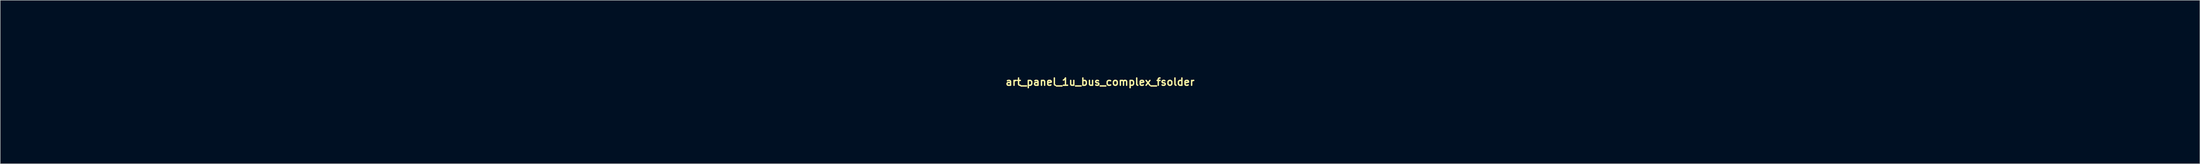
<source format=kicad_pcb>
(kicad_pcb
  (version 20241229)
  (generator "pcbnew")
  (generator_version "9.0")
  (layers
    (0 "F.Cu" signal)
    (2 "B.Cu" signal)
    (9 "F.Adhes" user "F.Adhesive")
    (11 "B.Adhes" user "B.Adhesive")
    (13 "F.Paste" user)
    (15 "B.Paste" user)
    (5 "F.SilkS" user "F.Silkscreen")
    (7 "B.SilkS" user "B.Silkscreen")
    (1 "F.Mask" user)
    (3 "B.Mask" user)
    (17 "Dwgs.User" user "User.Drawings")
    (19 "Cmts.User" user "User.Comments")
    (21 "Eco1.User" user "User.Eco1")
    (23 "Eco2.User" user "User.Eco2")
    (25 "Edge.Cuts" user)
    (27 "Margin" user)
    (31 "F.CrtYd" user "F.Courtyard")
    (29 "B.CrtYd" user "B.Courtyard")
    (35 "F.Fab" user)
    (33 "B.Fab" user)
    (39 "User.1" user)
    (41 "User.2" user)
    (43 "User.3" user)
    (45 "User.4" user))
  (footprint "art_panel_1u_bus_complex_fsolder"
    (layer "F.Cu")
    (at 226.665 14.15)
    (property "Reference" "art_panel_1u_bus_complex_fsolder" (at 0 0 0) (layer "F.SilkS") (effects (font (size 1.524 1.524) (thickness 0.3))))
    (attr through_hole)
    (fp_poly (pts (xy 75.067 6.458) (xy 75.143 6.479) (xy 75.166 6.489) (xy 75.219 6.525) (xy 75.268 6.575) (xy 75.308 6.632) (xy 75.324 6.665) (xy 75.348 6.726) (xy 75.351 9.088) (xy 75.354 11.451) (xy 103.992 11.451) (xy 103.992 12.15) (xy -13.991 12.15) (xy -13.991 11.451) (xy 74.65 11.446) (xy 74.66 6.694) (xy 74.683 6.645) (xy 74.716 6.592) (xy 74.761 6.541) (xy 74.812 6.501) (xy 74.832 6.489) (xy 74.905 6.463) (xy 74.985 6.452) (xy 75.067 6.458)) (stroke (width 0.01) (type solid)) (fill yes) (layer "F.Mask"))
    (fp_poly (pts (xy -44.939 6.457) (xy -44.865 6.478) (xy -44.797 6.515) (xy -44.738 6.567) (xy -44.69 6.633) (xy -44.679 6.655) (xy -44.656 6.705) (xy -44.654 9.078) (xy -44.651 11.451) (xy -16.002 11.451) (xy -16.002 12.15) (xy -133.996 12.15) (xy -133.996 11.451) (xy -89.675 11.449) (xy -45.355 11.446) (xy -45.35 9.075) (xy -45.344 6.705) (xy -45.315 6.644) (xy -45.286 6.597) (xy -45.248 6.552) (xy -45.232 6.536) (xy -45.166 6.49) (xy -45.093 6.462) (xy -45.016 6.451) (xy -44.939 6.457)) (stroke (width 0.01) (type solid)) (fill yes) (layer "F.Mask"))
    (fp_poly (pts (xy -196.003 -11.451) (xy -224.652 -11.451) (xy -224.655 -9.078) (xy -224.658 -6.705) (xy -224.687 -6.644) (xy -224.732 -6.577) (xy -224.79 -6.523) (xy -224.859 -6.484) (xy -224.935 -6.461) (xy -225.016 -6.455) (xy -225.099 -6.466) (xy -225.139 -6.479) (xy -225.197 -6.511) (xy -225.252 -6.558) (xy -225.299 -6.616) (xy -225.32 -6.652) (xy -225.346 -6.705) (xy -225.346 -11.89) (xy -225.322 -11.941) (xy -225.283 -12.011) (xy -225.234 -12.064) (xy -225.171 -12.107) (xy -225.169 -12.108) (xy -225.102 -12.144) (xy -210.553 -12.147) (xy -196.003 -12.15) (xy -196.003 -11.451)) (stroke (width 0.01) (type solid)) (fill yes) (layer "F.Mask"))
    (fp_poly (pts (xy 195.068 6.457) (xy 195.143 6.48) (xy 195.211 6.521) (xy 195.23 6.536) (xy 195.268 6.578) (xy 195.302 6.626) (xy 195.312 6.644) (xy 195.342 6.705) (xy 195.342 11.89) (xy 195.314 11.949) (xy 195.269 12.022) (xy 195.208 12.08) (xy 195.147 12.117) (xy 195.088 12.144) (xy 150.545 12.147) (xy 106.003 12.15) (xy 106.003 11.451) (xy 194.648 11.451) (xy 194.651 9.078) (xy 194.654 6.705) (xy 194.677 6.655) (xy 194.72 6.585) (xy 194.776 6.529) (xy 194.842 6.488) (xy 194.915 6.461) (xy 194.991 6.451) (xy 195.068 6.457)) (stroke (width 0.01) (type solid)) (fill yes) (layer "F.Mask"))
    (fp_poly (pts (xy -76.01 -11.451) (xy -104.648 -11.451) (xy -104.651 -9.088) (xy -104.653 -6.726) (xy -104.678 -6.665) (xy -104.714 -6.601) (xy -104.765 -6.543) (xy -104.826 -6.497) (xy -104.846 -6.486) (xy -104.881 -6.472) (xy -104.919 -6.464) (xy -104.969 -6.46) (xy -104.987 -6.459) (xy -105.032 -6.459) (xy -105.071 -6.461) (xy -105.099 -6.464) (xy -105.103 -6.465) (xy -105.181 -6.501) (xy -105.248 -6.554) (xy -105.302 -6.622) (xy -105.316 -6.646) (xy -105.341 -6.694) (xy -105.344 -9.073) (xy -105.347 -11.451) (xy -193.993 -11.451) (xy -193.993 -12.15) (xy -76.01 -12.15) (xy -76.01 -11.451)) (stroke (width 0.01) (type solid)) (fill yes) (layer "F.Mask"))
    (fp_poly (pts (xy 90.548 -12.147) (xy 135.091 -12.144) (xy 135.149 -12.117) (xy 135.222 -12.071) (xy 135.281 -12.009) (xy 135.317 -11.949) (xy 135.345 -11.89) (xy 135.345 -6.715) (xy 135.31 -6.644) (xy 135.264 -6.572) (xy 135.206 -6.517) (xy 135.136 -6.479) (xy 135.054 -6.459) (xy 134.998 -6.456) (xy 134.954 -6.458) (xy 134.912 -6.464) (xy 134.883 -6.47) (xy 134.807 -6.508) (xy 134.744 -6.562) (xy 134.695 -6.629) (xy 134.673 -6.675) (xy 134.671 -6.682) (xy 134.668 -6.689) (xy 134.666 -6.697) (xy 134.665 -6.708) (xy 134.663 -6.722) (xy 134.661 -6.739) (xy 134.66 -6.762) (xy 134.659 -6.79) (xy 134.658 -6.824) (xy 134.657 -6.866) (xy 134.656 -6.915) (xy 134.655 -6.974) (xy 134.654 -7.042) (xy 134.654 -7.121) (xy 134.653 -7.211) (xy 134.653 -7.314) (xy 134.653 -7.43) (xy 134.652 -7.56) (xy 134.652 -7.704) (xy 134.652 -7.864) (xy 134.652 -8.041) (xy 134.652 -8.235) (xy 134.652 -8.447) (xy 134.652 -8.678) (xy 134.652 -8.929) (xy 134.652 -11.451) (xy 46.006 -11.451) (xy 46.006 -12.15) (xy 90.548 -12.147)) (stroke (width 0.01) (type solid)) (fill yes) (layer "F.Mask"))
    (fp_poly (pts (xy 43.995 -11.451) (xy 15.346 -11.451) (xy 15.346 -9.091) (xy 15.346 -8.828) (xy 15.346 -8.585) (xy 15.346 -8.362) (xy 15.346 -8.157) (xy 15.346 -7.97) (xy 15.346 -7.8) (xy 15.345 -7.646) (xy 15.345 -7.507) (xy 15.345 -7.383) (xy 15.345 -7.273) (xy 15.344 -7.175) (xy 15.344 -7.089) (xy 15.343 -7.014) (xy 15.342 -6.95) (xy 15.342 -6.895) (xy 15.341 -6.849) (xy 15.34 -6.81) (xy 15.338 -6.778) (xy 15.337 -6.752) (xy 15.336 -6.732) (xy 15.334 -6.716) (xy 15.332 -6.704) (xy 15.33 -6.694) (xy 15.328 -6.686) (xy 15.326 -6.679) (xy 15.324 -6.674) (xy 15.288 -6.605) (xy 15.235 -6.544) (xy 15.169 -6.496) (xy 15.164 -6.493) (xy 15.133 -6.477) (xy 15.103 -6.467) (xy 15.068 -6.462) (xy 15.02 -6.459) (xy 15.012 -6.459) (xy 14.958 -6.458) (xy 14.918 -6.462) (xy 14.885 -6.469) (xy 14.866 -6.476) (xy 14.793 -6.516) (xy 14.733 -6.572) (xy 14.688 -6.644) (xy 14.653 -6.715) (xy 14.65 -9.083) (xy 14.647 -11.451) (xy -73.999 -11.451) (xy -73.999 -12.15) (xy 43.995 -12.15) (xy 43.995 -11.451)) (stroke (width 0.01) (type solid)) (fill yes) (layer "F.Mask"))
    (fp_poly (pts (xy -164.937 6.457) (xy -164.861 6.479) (xy -164.792 6.519) (xy -164.733 6.573) (xy -164.687 6.642) (xy -164.686 6.644) (xy -164.661 6.694) (xy -164.655 9.07) (xy -164.65 11.446) (xy -136.006 11.451) (xy -136.006 12.15) (xy -150.529 12.149) (xy -151.084 12.149) (xy -151.633 12.148) (xy -152.177 12.148) (xy -152.716 12.148) (xy -153.248 12.148) (xy -153.773 12.148) (xy -154.291 12.148) (xy -154.803 12.148) (xy -155.306 12.148) (xy -155.801 12.148) (xy -156.288 12.148) (xy -156.766 12.147) (xy -157.235 12.147) (xy -157.694 12.147) (xy -158.143 12.147) (xy -158.581 12.147) (xy -159.009 12.146) (xy -159.425 12.146) (xy -159.831 12.146) (xy -160.224 12.146) (xy -160.604 12.146) (xy -160.972 12.145) (xy -161.327 12.145) (xy -161.669 12.145) (xy -161.996 12.145) (xy -162.31 12.144) (xy -162.608 12.144) (xy -162.892 12.144) (xy -163.16 12.144) (xy -163.413 12.143) (xy -163.649 12.143) (xy -163.869 12.143) (xy -164.072 12.143) (xy -164.257 12.142) (xy -164.425 12.142) (xy -164.575 12.142) (xy -164.706 12.141) (xy -164.818 12.141) (xy -164.911 12.141) (xy -164.985 12.14) (xy -165.039 12.14) (xy -165.072 12.14) (xy -165.084 12.14) (xy -165.084 12.14) (xy -165.164 12.11) (xy -165.233 12.063) (xy -165.289 12.002) (xy -165.297 11.988) (xy -165.303 11.979) (xy -165.309 11.971) (xy -165.314 11.963) (xy -165.319 11.955) (xy -165.323 11.945) (xy -165.327 11.933) (xy -165.331 11.918) (xy -165.334 11.899) (xy -165.337 11.876) (xy -165.34 11.847) (xy -165.342 11.812) (xy -165.344 11.77) (xy -165.346 11.721) (xy -165.348 11.663) (xy -165.349 11.595) (xy -165.35 11.518) (xy -165.351 11.429) (xy -165.352 11.329) (xy -165.352 11.216) (xy -165.352 11.09) (xy -165.353 10.95) (xy -165.353 10.795) (xy -165.353 10.624) (xy -165.353 10.437) (xy -165.353 10.232) (xy -165.352 10.009) (xy -165.352 9.768) (xy -165.352 9.506) (xy -165.351 9.27) (xy -165.349 6.715) (xy -165.321 6.656) (xy -165.28 6.585) (xy -165.229 6.531) (xy -165.176 6.495) (xy -165.097 6.463) (xy -165.017 6.451) (xy -164.937 6.457)) (stroke (width 0.01) (type solid)) (fill yes) (layer "F.Mask"))
    (fp_poly (pts (xy -194.813 1.846) (xy -194.633 1.877) (xy -194.457 1.926) (xy -194.288 1.994) (xy -194.127 2.08) (xy -194.072 2.115) (xy -193.922 2.228) (xy -193.788 2.355) (xy -193.67 2.495) (xy -193.568 2.646) (xy -193.485 2.809) (xy -193.42 2.98) (xy -193.373 3.16) (xy -193.346 3.348) (xy -193.345 3.357) (xy -193.339 3.544) (xy -193.354 3.729) (xy -193.388 3.909) (xy -193.442 4.084) (xy -193.515 4.251) (xy -193.607 4.41) (xy -193.716 4.558) (xy -193.824 4.677) (xy -193.961 4.8) (xy -194.111 4.907) (xy -194.27 4.995) (xy -194.439 5.065) (xy -194.614 5.117) (xy -194.795 5.15) (xy -194.979 5.162) (xy -195.166 5.155) (xy -195.182 5.153) (xy -195.368 5.123) (xy -195.545 5.074) (xy -195.714 5.005) (xy -195.874 4.917) (xy -196.026 4.81) (xy -196.168 4.684) (xy -196.179 4.673) (xy -196.304 4.534) (xy -196.41 4.387) (xy -196.498 4.23) (xy -196.569 4.062) (xy -196.622 3.882) (xy -196.624 3.873) (xy -196.634 3.829) (xy -196.642 3.786) (xy -196.647 3.741) (xy -196.651 3.688) (xy -196.654 3.623) (xy -196.656 3.551) (xy -196.657 3.501) (xy -195.972 3.501) (xy -195.971 3.565) (xy -195.971 3.611) (xy -195.969 3.644) (xy -195.965 3.667) (xy -195.959 3.684) (xy -195.951 3.699) (xy -195.948 3.705) (xy -195.939 3.718) (xy -195.932 3.729) (xy -195.924 3.739) (xy -195.913 3.748) (xy -195.9 3.755) (xy -195.882 3.761) (xy -195.857 3.765) (xy -195.825 3.769) (xy -195.784 3.772) (xy -195.733 3.775) (xy -195.67 3.776) (xy -195.593 3.777) (xy -195.503 3.778) (xy -195.396 3.778) (xy -195.272 3.778) (xy -195.13 3.778) (xy -195.006 3.778) (xy -194.847 3.778) (xy -194.708 3.778) (xy -194.588 3.778) (xy -194.485 3.777) (xy -194.398 3.776) (xy -194.326 3.776) (xy -194.267 3.774) (xy -194.22 3.773) (xy -194.184 3.771) (xy -194.158 3.769) (xy -194.14 3.767) (xy -194.128 3.764) (xy -194.127 3.764) (xy -194.097 3.746) (xy -194.068 3.72) (xy -194.063 3.715) (xy -194.035 3.681) (xy -194.035 3.313) (xy -194.068 3.276) (xy -194.097 3.25) (xy -194.13 3.231) (xy -194.139 3.227) (xy -194.157 3.225) (xy -194.194 3.223) (xy -194.249 3.222) (xy -194.324 3.22) (xy -194.419 3.219) (xy -194.534 3.219) (xy -194.669 3.219) (xy -194.824 3.219) (xy -195 3.219) (xy -195.024 3.219) (xy -195.871 3.223) (xy -195.906 3.247) (xy -195.929 3.265) (xy -195.946 3.285) (xy -195.957 3.308) (xy -195.965 3.34) (xy -195.969 3.384) (xy -195.971 3.442) (xy -195.972 3.501) (xy -196.657 3.501) (xy -196.658 3.473) (xy -196.658 3.41) (xy -196.657 3.359) (xy -196.654 3.314) (xy -196.649 3.27) (xy -196.642 3.222) (xy -196.64 3.208) (xy -196.598 3.029) (xy -196.537 2.856) (xy -196.458 2.691) (xy -196.361 2.536) (xy -196.246 2.392) (xy -196.116 2.261) (xy -195.994 2.161) (xy -195.857 2.07) (xy -195.708 1.991) (xy -195.55 1.927) (xy -195.392 1.88) (xy -195.364 1.874) (xy -195.181 1.845) (xy -194.997 1.836) (xy -194.813 1.846)) (stroke (width 0.01) (type solid)) (fill yes) (layer "F.Mask"))
    (fp_poly (pts (xy 135.181 1.845) (xy 135.338 1.868) (xy 135.495 1.908) (xy 135.653 1.967) (xy 135.806 2.042) (xy 135.952 2.132) (xy 136.086 2.234) (xy 136.206 2.347) (xy 136.245 2.39) (xy 136.361 2.54) (xy 136.46 2.7) (xy 136.539 2.868) (xy 136.599 3.043) (xy 136.639 3.223) (xy 136.659 3.408) (xy 136.659 3.595) (xy 136.639 3.785) (xy 136.625 3.858) (xy 136.584 4.011) (xy 136.525 4.164) (xy 136.45 4.314) (xy 136.361 4.456) (xy 136.261 4.588) (xy 136.152 4.704) (xy 136.103 4.749) (xy 135.951 4.866) (xy 135.791 4.964) (xy 135.622 5.043) (xy 135.446 5.102) (xy 135.265 5.141) (xy 135.078 5.16) (xy 134.886 5.158) (xy 134.824 5.153) (xy 134.643 5.126) (xy 134.47 5.078) (xy 134.304 5.013) (xy 134.147 4.93) (xy 134 4.831) (xy 133.864 4.717) (xy 133.741 4.589) (xy 133.632 4.448) (xy 133.537 4.296) (xy 133.459 4.132) (xy 133.398 3.959) (xy 133.37 3.849) (xy 133.359 3.786) (xy 133.351 3.708) (xy 133.345 3.62) (xy 133.341 3.528) (xy 133.341 3.465) (xy 134.029 3.465) (xy 134.029 3.513) (xy 134.031 3.585) (xy 134.035 3.64) (xy 134.041 3.679) (xy 134.052 3.708) (xy 134.067 3.729) (xy 134.088 3.746) (xy 134.113 3.76) (xy 134.12 3.763) (xy 134.131 3.766) (xy 134.144 3.769) (xy 134.163 3.771) (xy 134.189 3.773) (xy 134.222 3.774) (xy 134.265 3.775) (xy 134.319 3.776) (xy 134.384 3.777) (xy 134.464 3.777) (xy 134.558 3.778) (xy 134.669 3.778) (xy 134.798 3.778) (xy 134.946 3.778) (xy 134.999 3.778) (xy 135.156 3.778) (xy 135.293 3.778) (xy 135.412 3.778) (xy 135.513 3.777) (xy 135.599 3.777) (xy 135.67 3.776) (xy 135.729 3.775) (xy 135.775 3.774) (xy 135.811 3.772) (xy 135.838 3.77) (xy 135.858 3.768) (xy 135.871 3.766) (xy 135.879 3.763) (xy 135.879 3.763) (xy 135.906 3.744) (xy 135.933 3.718) (xy 135.936 3.714) (xy 135.946 3.702) (xy 135.954 3.69) (xy 135.959 3.674) (xy 135.962 3.652) (xy 135.963 3.62) (xy 135.964 3.574) (xy 135.964 3.511) (xy 135.964 3.497) (xy 135.964 3.313) (xy 135.931 3.276) (xy 135.902 3.25) (xy 135.869 3.231) (xy 135.86 3.227) (xy 135.842 3.225) (xy 135.805 3.223) (xy 135.75 3.222) (xy 135.675 3.22) (xy 135.58 3.219) (xy 135.465 3.219) (xy 135.33 3.219) (xy 135.175 3.219) (xy 134.999 3.219) (xy 134.975 3.219) (xy 134.128 3.223) (xy 134.095 3.246) (xy 134.071 3.266) (xy 134.053 3.288) (xy 134.041 3.315) (xy 134.033 3.352) (xy 134.029 3.401) (xy 134.029 3.465) (xy 133.341 3.465) (xy 133.341 3.437) (xy 133.343 3.354) (xy 133.349 3.283) (xy 133.349 3.277) (xy 133.383 3.096) (xy 133.436 2.921) (xy 133.509 2.754) (xy 133.6 2.594) (xy 133.709 2.445) (xy 133.831 2.312) (xy 133.971 2.189) (xy 134.122 2.083) (xy 134.282 1.995) (xy 134.45 1.926) (xy 134.625 1.877) (xy 134.806 1.846) (xy 134.992 1.836) (xy 135.181 1.845)) (stroke (width 0.01) (type solid)) (fill yes) (layer "F.Mask"))
    (fp_poly (pts (xy -164.908 1.838) (xy -164.731 1.858) (xy -164.557 1.895) (xy -164.387 1.951) (xy -164.224 2.025) (xy -164.068 2.118) (xy -163.941 2.212) (xy -163.806 2.337) (xy -163.686 2.476) (xy -163.582 2.627) (xy -163.495 2.789) (xy -163.427 2.958) (xy -163.377 3.135) (xy -163.363 3.208) (xy -163.355 3.258) (xy -163.349 3.303) (xy -163.346 3.347) (xy -163.344 3.396) (xy -163.344 3.455) (xy -163.346 3.528) (xy -163.346 3.551) (xy -163.349 3.631) (xy -163.352 3.694) (xy -163.356 3.746) (xy -163.362 3.791) (xy -163.369 3.834) (xy -163.378 3.873) (xy -163.431 4.054) (xy -163.501 4.223) (xy -163.588 4.38) (xy -163.693 4.528) (xy -163.818 4.667) (xy -163.824 4.673) (xy -163.966 4.8) (xy -164.117 4.909) (xy -164.277 4.999) (xy -164.446 5.069) (xy -164.621 5.12) (xy -164.802 5.152) (xy -164.989 5.163) (xy -165.179 5.153) (xy -165.179 5.153) (xy -165.336 5.13) (xy -165.485 5.092) (xy -165.631 5.04) (xy -165.751 4.985) (xy -165.913 4.892) (xy -166.063 4.783) (xy -166.198 4.659) (xy -166.318 4.519) (xy -166.423 4.365) (xy -166.48 4.265) (xy -166.548 4.116) (xy -166.6 3.966) (xy -166.636 3.81) (xy -166.657 3.642) (xy -166.658 3.639) (xy -166.663 3.452) (xy -166.653 3.313) (xy -165.968 3.313) (xy -165.968 3.681) (xy -165.939 3.715) (xy -165.93 3.726) (xy -165.922 3.736) (xy -165.913 3.744) (xy -165.901 3.751) (xy -165.886 3.757) (xy -165.866 3.763) (xy -165.84 3.767) (xy -165.806 3.77) (xy -165.762 3.772) (xy -165.708 3.774) (xy -165.643 3.776) (xy -165.563 3.777) (xy -165.469 3.777) (xy -165.359 3.778) (xy -165.231 3.778) (xy -165.084 3.778) (xy -164.999 3.778) (xy -164.845 3.778) (xy -164.71 3.778) (xy -164.594 3.778) (xy -164.495 3.777) (xy -164.411 3.777) (xy -164.341 3.776) (xy -164.284 3.775) (xy -164.238 3.774) (xy -164.201 3.773) (xy -164.174 3.771) (xy -164.153 3.769) (xy -164.138 3.767) (xy -164.127 3.764) (xy -164.118 3.761) (xy -164.116 3.76) (xy -164.085 3.738) (xy -164.058 3.709) (xy -164.055 3.705) (xy -164.046 3.69) (xy -164.04 3.675) (xy -164.035 3.654) (xy -164.033 3.626) (xy -164.032 3.585) (xy -164.031 3.528) (xy -164.031 3.501) (xy -164.032 3.428) (xy -164.034 3.374) (xy -164.039 3.333) (xy -164.047 3.303) (xy -164.06 3.281) (xy -164.078 3.262) (xy -164.097 3.247) (xy -164.132 3.223) (xy -164.976 3.22) (xy -165.157 3.219) (xy -165.317 3.219) (xy -165.458 3.219) (xy -165.577 3.22) (xy -165.676 3.221) (xy -165.754 3.222) (xy -165.811 3.224) (xy -165.848 3.226) (xy -165.862 3.228) (xy -165.9 3.246) (xy -165.935 3.276) (xy -165.935 3.276) (xy -165.968 3.313) (xy -166.653 3.313) (xy -166.649 3.268) (xy -166.615 3.089) (xy -166.562 2.916) (xy -166.49 2.751) (xy -166.401 2.594) (xy -166.295 2.447) (xy -166.172 2.312) (xy -166.034 2.191) (xy -165.931 2.115) (xy -165.773 2.022) (xy -165.609 1.948) (xy -165.438 1.892) (xy -165.263 1.856) (xy -165.086 1.838) (xy -164.908 1.838)) (stroke (width 0.01) (type solid)) (fill yes) (layer "F.Mask"))
    (fp_poly (pts (xy 225.148 1.843) (xy 225.318 1.865) (xy 225.48 1.903) (xy 225.524 1.917) (xy 225.697 1.985) (xy 225.858 2.071) (xy 226.009 2.174) (xy 226.146 2.291) (xy 226.27 2.422) (xy 226.379 2.566) (xy 226.472 2.722) (xy 226.548 2.887) (xy 226.606 3.061) (xy 226.638 3.201) (xy 226.649 3.286) (xy 226.656 3.384) (xy 226.658 3.49) (xy 226.656 3.597) (xy 226.65 3.698) (xy 226.639 3.788) (xy 226.633 3.818) (xy 226.587 4) (xy 226.522 4.173) (xy 226.439 4.336) (xy 226.339 4.489) (xy 226.223 4.629) (xy 226.092 4.756) (xy 225.947 4.868) (xy 225.789 4.965) (xy 225.71 5.005) (xy 225.537 5.074) (xy 225.358 5.124) (xy 225.174 5.154) (xy 224.987 5.163) (xy 224.817 5.153) (xy 224.632 5.123) (xy 224.455 5.074) (xy 224.286 5.005) (xy 224.125 4.917) (xy 223.974 4.81) (xy 223.831 4.684) (xy 223.821 4.673) (xy 223.694 4.532) (xy 223.587 4.382) (xy 223.498 4.222) (xy 223.428 4.053) (xy 223.377 3.876) (xy 223.36 3.787) (xy 223.352 3.737) (xy 223.346 3.692) (xy 223.343 3.647) (xy 223.341 3.597) (xy 223.341 3.538) (xy 223.342 3.506) (xy 224.028 3.506) (xy 224.028 3.569) (xy 224.029 3.615) (xy 224.031 3.647) (xy 224.035 3.669) (xy 224.041 3.686) (xy 224.049 3.701) (xy 224.052 3.705) (xy 224.06 3.718) (xy 224.068 3.729) (xy 224.076 3.739) (xy 224.086 3.748) (xy 224.1 3.755) (xy 224.118 3.761) (xy 224.142 3.765) (xy 224.175 3.769) (xy 224.216 3.772) (xy 224.267 3.775) (xy 224.33 3.776) (xy 224.406 3.777) (xy 224.497 3.778) (xy 224.603 3.778) (xy 224.727 3.778) (xy 224.87 3.778) (xy 224.994 3.778) (xy 225.153 3.778) (xy 225.292 3.778) (xy 225.412 3.778) (xy 225.515 3.777) (xy 225.602 3.776) (xy 225.674 3.776) (xy 225.733 3.774) (xy 225.78 3.773) (xy 225.815 3.771) (xy 225.842 3.769) (xy 225.86 3.767) (xy 225.871 3.764) (xy 225.873 3.764) (xy 225.903 3.746) (xy 225.932 3.72) (xy 225.936 3.715) (xy 225.965 3.681) (xy 225.965 3.313) (xy 225.932 3.276) (xy 225.903 3.25) (xy 225.87 3.231) (xy 225.861 3.227) (xy 225.843 3.225) (xy 225.806 3.223) (xy 225.75 3.222) (xy 225.675 3.22) (xy 225.581 3.219) (xy 225.466 3.219) (xy 225.331 3.219) (xy 225.176 3.219) (xy 224.999 3.219) (xy 224.975 3.219) (xy 224.129 3.223) (xy 224.093 3.248) (xy 224.07 3.267) (xy 224.053 3.288) (xy 224.042 3.315) (xy 224.034 3.351) (xy 224.03 3.4) (xy 224.028 3.465) (xy 224.028 3.506) (xy 223.342 3.506) (xy 223.343 3.463) (xy 223.343 3.45) (xy 223.349 3.324) (xy 223.36 3.212) (xy 223.378 3.111) (xy 223.403 3.014) (xy 223.438 2.916) (xy 223.483 2.812) (xy 223.515 2.746) (xy 223.604 2.588) (xy 223.711 2.442) (xy 223.833 2.309) (xy 223.969 2.189) (xy 224.117 2.085) (xy 224.275 1.998) (xy 224.443 1.929) (xy 224.618 1.878) (xy 224.635 1.874) (xy 224.802 1.847) (xy 224.975 1.837) (xy 225.148 1.843)) (stroke (width 0.01) (type solid)) (fill yes) (layer "F.Mask"))
    (fp_poly (pts (xy -104.848 1.842) (xy -104.664 1.869) (xy -104.481 1.917) (xy -104.48 1.918) (xy -104.311 1.983) (xy -104.151 2.066) (xy -104 2.167) (xy -103.862 2.284) (xy -103.736 2.416) (xy -103.625 2.561) (xy -103.53 2.717) (xy -103.505 2.768) (xy -103.434 2.936) (xy -103.383 3.11) (xy -103.351 3.288) (xy -103.338 3.468) (xy -103.345 3.648) (xy -103.37 3.826) (xy -103.414 4.001) (xy -103.476 4.17) (xy -103.557 4.331) (xy -103.603 4.405) (xy -103.714 4.558) (xy -103.841 4.695) (xy -103.981 4.816) (xy -104.135 4.921) (xy -104.272 4.996) (xy -104.444 5.068) (xy -104.621 5.12) (xy -104.804 5.151) (xy -104.991 5.163) (xy -105.179 5.153) (xy -105.182 5.153) (xy -105.367 5.123) (xy -105.544 5.074) (xy -105.713 5.005) (xy -105.873 4.917) (xy -106.025 4.81) (xy -106.167 4.684) (xy -106.178 4.673) (xy -106.305 4.532) (xy -106.413 4.382) (xy -106.502 4.223) (xy -106.571 4.056) (xy -106.621 3.881) (xy -106.652 3.697) (xy -106.658 3.625) (xy -106.661 3.499) (xy -105.971 3.499) (xy -105.971 3.563) (xy -105.97 3.61) (xy -105.968 3.643) (xy -105.964 3.667) (xy -105.959 3.684) (xy -105.951 3.699) (xy -105.947 3.705) (xy -105.939 3.718) (xy -105.931 3.729) (xy -105.923 3.739) (xy -105.913 3.748) (xy -105.899 3.755) (xy -105.881 3.761) (xy -105.856 3.765) (xy -105.824 3.769) (xy -105.783 3.772) (xy -105.732 3.775) (xy -105.669 3.776) (xy -105.593 3.777) (xy -105.502 3.778) (xy -105.395 3.778) (xy -105.271 3.778) (xy -105.129 3.778) (xy -105.005 3.778) (xy -104.846 3.778) (xy -104.707 3.778) (xy -104.587 3.778) (xy -104.484 3.777) (xy -104.397 3.776) (xy -104.325 3.776) (xy -104.266 3.774) (xy -104.219 3.773) (xy -104.183 3.771) (xy -104.157 3.769) (xy -104.139 3.767) (xy -104.128 3.764) (xy -104.126 3.764) (xy -104.096 3.746) (xy -104.067 3.72) (xy -104.063 3.715) (xy -104.034 3.681) (xy -104.034 3.313) (xy -104.067 3.276) (xy -104.096 3.25) (xy -104.129 3.231) (xy -104.138 3.227) (xy -104.156 3.225) (xy -104.193 3.223) (xy -104.249 3.222) (xy -104.324 3.22) (xy -104.418 3.219) (xy -104.533 3.219) (xy -104.668 3.219) (xy -104.823 3.219) (xy -104.999 3.219) (xy -105.024 3.219) (xy -105.181 3.22) (xy -105.319 3.22) (xy -105.438 3.221) (xy -105.54 3.222) (xy -105.626 3.223) (xy -105.698 3.224) (xy -105.757 3.226) (xy -105.805 3.228) (xy -105.843 3.231) (xy -105.872 3.235) (xy -105.894 3.24) (xy -105.91 3.246) (xy -105.922 3.253) (xy -105.93 3.262) (xy -105.937 3.272) (xy -105.944 3.283) (xy -105.95 3.295) (xy -105.958 3.31) (xy -105.964 3.328) (xy -105.967 3.352) (xy -105.97 3.386) (xy -105.971 3.435) (xy -105.971 3.499) (xy -106.661 3.499) (xy -106.662 3.433) (xy -106.645 3.246) (xy -106.609 3.065) (xy -106.553 2.891) (xy -106.477 2.726) (xy -106.382 2.569) (xy -106.269 2.421) (xy -106.178 2.322) (xy -106.038 2.198) (xy -105.889 2.09) (xy -105.73 2.002) (xy -105.563 1.931) (xy -105.39 1.88) (xy -105.213 1.848) (xy -105.031 1.835) (xy -104.848 1.842)) (stroke (width 0.01) (type solid)) (fill yes) (layer "F.Mask"))
    (fp_poly (pts (xy 165.155 -14.115) (xy 165.224 -14.07) (xy 165.282 -14.007) (xy 165.314 -13.957) (xy 165.338 -13.912) (xy 165.341 -10.319) (xy 165.341 -9.988) (xy 165.341 -9.677) (xy 165.342 -9.386) (xy 165.342 -9.114) (xy 165.342 -8.861) (xy 165.342 -8.625) (xy 165.342 -8.407) (xy 165.342 -8.205) (xy 165.342 -8.019) (xy 165.342 -7.848) (xy 165.342 -7.692) (xy 165.342 -7.55) (xy 165.341 -7.421) (xy 165.34 -7.304) (xy 165.34 -7.199) (xy 165.339 -7.106) (xy 165.337 -7.023) (xy 165.336 -6.95) (xy 165.334 -6.886) (xy 165.332 -6.83) (xy 165.33 -6.783) (xy 165.328 -6.743) (xy 165.325 -6.709) (xy 165.322 -6.681) (xy 165.318 -6.659) (xy 165.315 -6.641) (xy 165.311 -6.627) (xy 165.306 -6.616) (xy 165.302 -6.608) (xy 165.297 -6.601) (xy 165.291 -6.596) (xy 165.285 -6.592) (xy 165.279 -6.587) (xy 165.272 -6.582) (xy 165.265 -6.575) (xy 165.262 -6.572) (xy 165.227 -6.538) (xy 165.187 -6.507) (xy 165.159 -6.49) (xy 165.132 -6.476) (xy 165.106 -6.468) (xy 165.076 -6.463) (xy 165.035 -6.462) (xy 164.999 -6.461) (xy 164.947 -6.462) (xy 164.909 -6.465) (xy 164.879 -6.471) (xy 164.853 -6.481) (xy 164.844 -6.486) (xy 164.774 -6.531) (xy 164.718 -6.592) (xy 164.678 -6.666) (xy 164.656 -6.741) (xy 164.654 -6.758) (xy 164.653 -6.796) (xy 164.652 -6.855) (xy 164.651 -6.935) (xy 164.65 -7.036) (xy 164.65 -7.159) (xy 164.649 -7.302) (xy 164.648 -7.466) (xy 164.648 -7.651) (xy 164.647 -7.856) (xy 164.646 -8.083) (xy 164.646 -8.33) (xy 164.646 -8.598) (xy 164.645 -8.887) (xy 164.645 -9.196) (xy 164.645 -9.526) (xy 164.645 -9.876) (xy 164.645 -10.124) (xy 164.645 -13.451) (xy 45.35 -13.451) (xy 45.344 -6.715) (xy 45.309 -6.643) (xy 45.263 -6.571) (xy 45.206 -6.516) (xy 45.137 -6.479) (xy 45.056 -6.46) (xy 44.975 -6.458) (xy 44.888 -6.472) (xy 44.814 -6.503) (xy 44.751 -6.552) (xy 44.701 -6.617) (xy 44.686 -6.645) (xy 44.656 -6.705) (xy 44.654 -10.078) (xy 44.651 -13.451) (xy -74.655 -13.451) (xy -74.657 -10.073) (xy -74.66 -6.694) (xy -74.684 -6.649) (xy -74.73 -6.581) (xy -74.787 -6.524) (xy -74.839 -6.49) (xy -74.867 -6.476) (xy -74.893 -6.468) (xy -74.923 -6.463) (xy -74.964 -6.462) (xy -74.999 -6.461) (xy -75.051 -6.462) (xy -75.089 -6.465) (xy -75.118 -6.471) (xy -75.145 -6.481) (xy -75.157 -6.487) (xy -75.225 -6.532) (xy -75.282 -6.593) (xy -75.32 -6.655) (xy -75.348 -6.715) (xy -75.351 -10.083) (xy -75.353 -13.451) (xy -194.648 -13.451) (xy -194.651 -10.083) (xy -194.654 -6.715) (xy -194.682 -6.655) (xy -194.726 -6.584) (xy -194.785 -6.525) (xy -194.845 -6.487) (xy -194.88 -6.472) (xy -194.918 -6.464) (xy -194.965 -6.46) (xy -194.987 -6.459) (xy -195.032 -6.459) (xy -195.072 -6.461) (xy -195.099 -6.464) (xy -195.104 -6.465) (xy -195.181 -6.501) (xy -195.249 -6.554) (xy -195.303 -6.622) (xy -195.317 -6.646) (xy -195.342 -6.694) (xy -195.345 -10.284) (xy -195.347 -13.874) (xy -195.326 -13.931) (xy -195.289 -14.001) (xy -195.236 -14.062) (xy -195.171 -14.109) (xy -195.159 -14.115) (xy -195.098 -14.145) (xy 165.095 -14.145) (xy 165.155 -14.115)) (stroke (width 0.01) (type solid)) (fill yes) (layer "F.Mask"))
    (fp_poly (pts (xy 45.126 1.841) (xy 45.279 1.859) (xy 45.419 1.887) (xy 45.552 1.927) (xy 45.682 1.979) (xy 45.726 2) (xy 45.889 2.091) (xy 46.039 2.197) (xy 46.175 2.318) (xy 46.297 2.453) (xy 46.402 2.6) (xy 46.491 2.757) (xy 46.562 2.924) (xy 46.615 3.099) (xy 46.646 3.267) (xy 46.661 3.455) (xy 46.656 3.641) (xy 46.631 3.822) (xy 46.587 3.998) (xy 46.525 4.166) (xy 46.445 4.327) (xy 46.348 4.477) (xy 46.234 4.617) (xy 46.105 4.745) (xy 45.96 4.859) (xy 45.91 4.892) (xy 45.746 4.987) (xy 45.575 5.061) (xy 45.399 5.115) (xy 45.217 5.149) (xy 45.029 5.162) (xy 44.836 5.155) (xy 44.823 5.153) (xy 44.643 5.126) (xy 44.47 5.079) (xy 44.304 5.013) (xy 44.148 4.931) (xy 44.002 4.833) (xy 43.867 4.721) (xy 43.745 4.594) (xy 43.636 4.455) (xy 43.542 4.305) (xy 43.465 4.145) (xy 43.404 3.976) (xy 43.362 3.799) (xy 43.349 3.711) (xy 43.343 3.636) (xy 43.34 3.547) (xy 43.341 3.465) (xy 44.028 3.465) (xy 44.029 3.513) (xy 44.031 3.585) (xy 44.034 3.64) (xy 44.041 3.679) (xy 44.051 3.708) (xy 44.066 3.729) (xy 44.088 3.746) (xy 44.112 3.76) (xy 44.12 3.763) (xy 44.129 3.766) (xy 44.143 3.769) (xy 44.161 3.771) (xy 44.185 3.772) (xy 44.218 3.774) (xy 44.259 3.775) (xy 44.311 3.776) (xy 44.375 3.776) (xy 44.453 3.777) (xy 44.545 3.777) (xy 44.654 3.777) (xy 44.78 3.776) (xy 44.925 3.776) (xy 45.011 3.776) (xy 45.166 3.775) (xy 45.302 3.775) (xy 45.419 3.774) (xy 45.519 3.774) (xy 45.603 3.773) (xy 45.674 3.772) (xy 45.731 3.771) (xy 45.778 3.77) (xy 45.814 3.769) (xy 45.842 3.767) (xy 45.862 3.765) (xy 45.877 3.763) (xy 45.887 3.76) (xy 45.894 3.757) (xy 45.9 3.753) (xy 45.902 3.752) (xy 45.925 3.733) (xy 45.942 3.713) (xy 45.954 3.688) (xy 45.962 3.657) (xy 45.967 3.613) (xy 45.968 3.556) (xy 45.969 3.496) (xy 45.968 3.426) (xy 45.966 3.374) (xy 45.962 3.335) (xy 45.954 3.307) (xy 45.941 3.285) (xy 45.923 3.266) (xy 45.897 3.245) (xy 45.896 3.244) (xy 45.89 3.241) (xy 45.884 3.237) (xy 45.875 3.234) (xy 45.863 3.232) (xy 45.845 3.23) (xy 45.821 3.228) (xy 45.79 3.226) (xy 45.749 3.225) (xy 45.697 3.224) (xy 45.634 3.224) (xy 45.557 3.223) (xy 45.465 3.223) (xy 45.357 3.223) (xy 45.231 3.223) (xy 45.086 3.223) (xy 44.997 3.223) (xy 44.127 3.223) (xy 44.094 3.246) (xy 44.07 3.266) (xy 44.052 3.288) (xy 44.04 3.315) (xy 44.032 3.352) (xy 44.029 3.401) (xy 44.028 3.465) (xy 43.341 3.465) (xy 43.341 3.451) (xy 43.346 3.355) (xy 43.353 3.264) (xy 43.364 3.185) (xy 43.37 3.152) (xy 43.419 2.973) (xy 43.485 2.803) (xy 43.569 2.644) (xy 43.667 2.497) (xy 43.781 2.362) (xy 43.907 2.24) (xy 44.045 2.132) (xy 44.194 2.04) (xy 44.352 1.964) (xy 44.518 1.904) (xy 44.691 1.863) (xy 44.87 1.84) (xy 45.053 1.837) (xy 45.126 1.841)) (stroke (width 0.01) (type solid)) (fill yes) (layer "F.Mask"))
    (fp_poly (pts (xy 105.218 1.85) (xy 105.394 1.883) (xy 105.564 1.933) (xy 105.726 2) (xy 105.879 2.084) (xy 106.022 2.183) (xy 106.154 2.297) (xy 106.274 2.425) (xy 106.38 2.566) (xy 106.471 2.72) (xy 106.547 2.886) (xy 106.606 3.062) (xy 106.634 3.181) (xy 106.644 3.246) (xy 106.651 3.326) (xy 106.654 3.417) (xy 106.655 3.513) (xy 106.653 3.609) (xy 106.647 3.699) (xy 106.639 3.779) (xy 106.629 3.838) (xy 106.579 4.023) (xy 106.51 4.197) (xy 106.425 4.36) (xy 106.323 4.512) (xy 106.205 4.649) (xy 106.073 4.773) (xy 105.927 4.882) (xy 105.767 4.976) (xy 105.595 5.052) (xy 105.518 5.08) (xy 105.458 5.098) (xy 105.393 5.116) (xy 105.331 5.13) (xy 105.295 5.137) (xy 105.225 5.147) (xy 105.142 5.154) (xy 105.053 5.158) (xy 104.966 5.16) (xy 104.886 5.158) (xy 104.823 5.154) (xy 104.639 5.124) (xy 104.461 5.074) (xy 104.291 5.006) (xy 104.13 4.92) (xy 103.98 4.817) (xy 103.842 4.698) (xy 103.717 4.564) (xy 103.614 4.426) (xy 103.519 4.265) (xy 103.444 4.098) (xy 103.389 3.923) (xy 103.354 3.741) (xy 103.339 3.572) (xy 103.339 3.533) (xy 104.025 3.533) (xy 104.026 3.588) (xy 104.029 3.632) (xy 104.033 3.658) (xy 104.052 3.701) (xy 104.083 3.739) (xy 104.118 3.765) (xy 104.124 3.768) (xy 104.138 3.77) (xy 104.171 3.771) (xy 104.222 3.772) (xy 104.289 3.773) (xy 104.372 3.774) (xy 104.467 3.775) (xy 104.573 3.776) (xy 104.689 3.777) (xy 104.813 3.777) (xy 104.944 3.778) (xy 104.997 3.778) (xy 105.152 3.778) (xy 105.287 3.778) (xy 105.404 3.778) (xy 105.504 3.777) (xy 105.588 3.777) (xy 105.659 3.776) (xy 105.716 3.775) (xy 105.763 3.774) (xy 105.799 3.773) (xy 105.827 3.771) (xy 105.848 3.769) (xy 105.863 3.767) (xy 105.875 3.764) (xy 105.883 3.761) (xy 105.885 3.76) (xy 105.913 3.744) (xy 105.933 3.727) (xy 105.948 3.706) (xy 105.958 3.676) (xy 105.964 3.635) (xy 105.967 3.58) (xy 105.969 3.51) (xy 105.969 3.434) (xy 105.967 3.376) (xy 105.962 3.333) (xy 105.952 3.301) (xy 105.937 3.277) (xy 105.915 3.258) (xy 105.886 3.241) (xy 105.886 3.241) (xy 105.839 3.217) (xy 104.985 3.22) (xy 104.83 3.22) (xy 104.696 3.221) (xy 104.58 3.221) (xy 104.48 3.222) (xy 104.397 3.223) (xy 104.327 3.223) (xy 104.27 3.224) (xy 104.224 3.225) (xy 104.189 3.227) (xy 104.162 3.229) (xy 104.141 3.231) (xy 104.127 3.233) (xy 104.117 3.236) (xy 104.11 3.239) (xy 104.104 3.243) (xy 104.102 3.244) (xy 104.074 3.266) (xy 104.055 3.288) (xy 104.042 3.312) (xy 104.033 3.345) (xy 104.028 3.389) (xy 104.026 3.449) (xy 104.025 3.47) (xy 104.025 3.533) (xy 103.339 3.533) (xy 103.341 3.38) (xy 103.363 3.194) (xy 103.405 3.016) (xy 103.467 2.844) (xy 103.549 2.678) (xy 103.651 2.519) (xy 103.741 2.404) (xy 103.854 2.286) (xy 103.982 2.178) (xy 104.124 2.081) (xy 104.275 1.999) (xy 104.431 1.932) (xy 104.59 1.883) (xy 104.661 1.868) (xy 104.85 1.842) (xy 105.036 1.837) (xy 105.218 1.85)) (stroke (width 0.01) (type solid)) (fill yes) (layer "F.Mask"))
    (fp_poly (pts (xy -44.883 1.84) (xy -44.705 1.86) (xy -44.656 1.869) (xy -44.483 1.915) (xy -44.316 1.98) (xy -44.157 2.063) (xy -44.006 2.163) (xy -43.867 2.279) (xy -43.741 2.409) (xy -43.63 2.552) (xy -43.559 2.665) (xy -43.476 2.828) (xy -43.413 2.996) (xy -43.37 3.17) (xy -43.346 3.351) (xy -43.341 3.54) (xy -43.342 3.572) (xy -43.358 3.751) (xy -43.39 3.92) (xy -43.44 4.082) (xy -43.504 4.229) (xy -43.595 4.392) (xy -43.702 4.542) (xy -43.823 4.677) (xy -43.957 4.797) (xy -44.102 4.902) (xy -44.259 4.99) (xy -44.424 5.06) (xy -44.598 5.113) (xy -44.778 5.147) (xy -44.964 5.162) (xy -45.138 5.158) (xy -45.309 5.135) (xy -45.479 5.093) (xy -45.645 5.032) (xy -45.806 4.954) (xy -45.957 4.861) (xy -46.097 4.754) (xy -46.212 4.644) (xy -46.332 4.501) (xy -46.435 4.346) (xy -46.521 4.18) (xy -46.588 4.003) (xy -46.632 3.838) (xy -46.643 3.773) (xy -46.651 3.692) (xy -46.656 3.601) (xy -46.658 3.505) (xy -46.657 3.434) (xy -45.972 3.434) (xy -45.972 3.508) (xy -45.97 3.573) (xy -45.969 3.62) (xy -45.966 3.653) (xy -45.962 3.676) (xy -45.956 3.693) (xy -45.948 3.707) (xy -45.945 3.711) (xy -45.937 3.722) (xy -45.93 3.733) (xy -45.921 3.742) (xy -45.911 3.75) (xy -45.897 3.756) (xy -45.879 3.762) (xy -45.854 3.766) (xy -45.821 3.77) (xy -45.78 3.772) (xy -45.728 3.774) (xy -45.664 3.776) (xy -45.587 3.777) (xy -45.495 3.778) (xy -45.388 3.778) (xy -45.263 3.778) (xy -45.119 3.778) (xy -45 3.778) (xy -44.846 3.778) (xy -44.711 3.778) (xy -44.594 3.778) (xy -44.494 3.778) (xy -44.41 3.777) (xy -44.34 3.777) (xy -44.283 3.776) (xy -44.236 3.775) (xy -44.2 3.773) (xy -44.172 3.772) (xy -44.151 3.77) (xy -44.136 3.767) (xy -44.124 3.764) (xy -44.116 3.761) (xy -44.111 3.759) (xy -44.077 3.731) (xy -44.05 3.693) (xy -44.041 3.673) (xy -44.034 3.654) (xy -44.03 3.632) (xy -44.028 3.602) (xy -44.028 3.559) (xy -44.029 3.501) (xy -44.029 3.485) (xy -44.031 3.417) (xy -44.034 3.366) (xy -44.04 3.329) (xy -44.049 3.302) (xy -44.064 3.28) (xy -44.085 3.26) (xy -44.105 3.244) (xy -44.11 3.24) (xy -44.117 3.237) (xy -44.126 3.234) (xy -44.139 3.232) (xy -44.157 3.229) (xy -44.181 3.228) (xy -44.213 3.226) (xy -44.255 3.225) (xy -44.308 3.224) (xy -44.373 3.223) (xy -44.451 3.222) (xy -44.544 3.222) (xy -44.654 3.221) (xy -44.782 3.221) (xy -44.929 3.22) (xy -44.988 3.22) (xy -45.842 3.217) (xy -45.889 3.241) (xy -45.918 3.258) (xy -45.94 3.277) (xy -45.955 3.301) (xy -45.965 3.333) (xy -45.971 3.376) (xy -45.972 3.434) (xy -46.657 3.434) (xy -46.657 3.409) (xy -46.653 3.319) (xy -46.646 3.239) (xy -46.637 3.181) (xy -46.59 2.998) (xy -46.523 2.823) (xy -46.439 2.659) (xy -46.338 2.505) (xy -46.22 2.364) (xy -46.088 2.236) (xy -45.941 2.123) (xy -45.781 2.026) (xy -45.742 2.006) (xy -45.584 1.938) (xy -45.416 1.887) (xy -45.241 1.854) (xy -45.062 1.838) (xy -44.883 1.84)) (stroke (width 0.01) (type solid)) (fill yes) (layer "F.Mask"))
    (fp_poly (pts (xy -74.869 1.841) (xy -74.708 1.861) (xy -74.558 1.893) (xy -74.414 1.94) (xy -74.269 2.004) (xy -74.23 2.023) (xy -74.071 2.117) (xy -73.925 2.227) (xy -73.793 2.351) (xy -73.675 2.49) (xy -73.573 2.641) (xy -73.487 2.803) (xy -73.42 2.975) (xy -73.372 3.149) (xy -73.363 3.2) (xy -73.356 3.261) (xy -73.35 3.335) (xy -73.346 3.425) (xy -73.346 3.45) (xy -73.344 3.528) (xy -73.344 3.589) (xy -73.345 3.64) (xy -73.348 3.685) (xy -73.353 3.73) (xy -73.361 3.779) (xy -73.362 3.787) (xy -73.404 3.97) (xy -73.464 4.142) (xy -73.544 4.306) (xy -73.643 4.461) (xy -73.761 4.607) (xy -73.824 4.673) (xy -73.964 4.8) (xy -74.115 4.908) (xy -74.275 4.998) (xy -74.444 5.069) (xy -74.619 5.12) (xy -74.8 5.151) (xy -74.986 5.163) (xy -75.176 5.153) (xy -75.179 5.153) (xy -75.362 5.124) (xy -75.538 5.075) (xy -75.706 5.008) (xy -75.864 4.924) (xy -76.011 4.824) (xy -76.146 4.709) (xy -76.269 4.58) (xy -76.377 4.438) (xy -76.47 4.284) (xy -76.546 4.119) (xy -76.606 3.945) (xy -76.636 3.818) (xy -76.648 3.734) (xy -76.656 3.637) (xy -76.66 3.531) (xy -76.66 3.424) (xy -76.655 3.322) (xy -76.654 3.313) (xy -75.967 3.313) (xy -75.967 3.497) (xy -75.967 3.564) (xy -75.966 3.613) (xy -75.965 3.648) (xy -75.962 3.672) (xy -75.957 3.688) (xy -75.95 3.701) (xy -75.944 3.709) (xy -75.918 3.736) (xy -75.889 3.758) (xy -75.882 3.762) (xy -75.874 3.765) (xy -75.863 3.768) (xy -75.847 3.77) (xy -75.826 3.772) (xy -75.797 3.774) (xy -75.759 3.775) (xy -75.712 3.776) (xy -75.653 3.777) (xy -75.581 3.777) (xy -75.495 3.778) (xy -75.393 3.778) (xy -75.274 3.778) (xy -75.137 3.778) (xy -75.004 3.778) (xy -74.849 3.778) (xy -74.714 3.778) (xy -74.597 3.778) (xy -74.497 3.778) (xy -74.413 3.777) (xy -74.342 3.776) (xy -74.285 3.776) (xy -74.239 3.774) (xy -74.202 3.773) (xy -74.174 3.771) (xy -74.153 3.769) (xy -74.137 3.767) (xy -74.126 3.764) (xy -74.118 3.761) (xy -74.115 3.76) (xy -74.084 3.738) (xy -74.057 3.709) (xy -74.054 3.705) (xy -74.045 3.69) (xy -74.039 3.674) (xy -74.034 3.653) (xy -74.032 3.624) (xy -74.031 3.582) (xy -74.03 3.524) (xy -74.03 3.506) (xy -74.031 3.432) (xy -74.034 3.375) (xy -74.04 3.332) (xy -74.049 3.301) (xy -74.063 3.277) (xy -74.083 3.258) (xy -74.095 3.248) (xy -74.131 3.223) (xy -74.978 3.219) (xy -75.157 3.219) (xy -75.315 3.219) (xy -75.452 3.219) (xy -75.569 3.219) (xy -75.667 3.22) (xy -75.744 3.221) (xy -75.802 3.223) (xy -75.841 3.225) (xy -75.862 3.227) (xy -75.863 3.227) (xy -75.895 3.243) (xy -75.926 3.267) (xy -75.934 3.276) (xy -75.967 3.313) (xy -76.654 3.313) (xy -76.645 3.232) (xy -76.64 3.201) (xy -76.597 3.021) (xy -76.536 2.85) (xy -76.458 2.689) (xy -76.364 2.539) (xy -76.255 2.401) (xy -76.133 2.276) (xy -75.998 2.164) (xy -75.853 2.067) (xy -75.697 1.986) (xy -75.533 1.921) (xy -75.362 1.874) (xy -75.184 1.845) (xy -75.002 1.836) (xy -74.869 1.841)) (stroke (width 0.01) (type solid)) (fill yes) (layer "F.Mask"))
    (fp_poly (pts (xy 15.148 1.842) (xy 15.328 1.867) (xy 15.502 1.91) (xy 15.557 1.928) (xy 15.647 1.964) (xy 15.744 2.01) (xy 15.842 2.062) (xy 15.931 2.117) (xy 15.967 2.141) (xy 16.092 2.241) (xy 16.21 2.357) (xy 16.319 2.486) (xy 16.415 2.625) (xy 16.497 2.77) (xy 16.561 2.918) (xy 16.578 2.966) (xy 16.602 3.043) (xy 16.62 3.113) (xy 16.634 3.179) (xy 16.643 3.246) (xy 16.649 3.32) (xy 16.652 3.405) (xy 16.652 3.503) (xy 16.652 3.585) (xy 16.651 3.65) (xy 16.649 3.702) (xy 16.646 3.745) (xy 16.641 3.782) (xy 16.635 3.819) (xy 16.629 3.844) (xy 16.605 3.943) (xy 16.577 4.033) (xy 16.543 4.121) (xy 16.5 4.216) (xy 16.484 4.249) (xy 16.393 4.408) (xy 16.287 4.555) (xy 16.167 4.687) (xy 16.033 4.805) (xy 15.888 4.907) (xy 15.733 4.993) (xy 15.568 5.063) (xy 15.397 5.114) (xy 15.219 5.148) (xy 15.037 5.162) (xy 14.852 5.156) (xy 14.822 5.153) (xy 14.637 5.123) (xy 14.459 5.074) (xy 14.29 5.007) (xy 14.13 4.921) (xy 13.981 4.819) (xy 13.844 4.7) (xy 13.72 4.567) (xy 13.611 4.419) (xy 13.517 4.257) (xy 13.499 4.22) (xy 13.43 4.056) (xy 13.38 3.894) (xy 13.35 3.728) (xy 13.337 3.555) (xy 13.338 3.434) (xy 13.35 3.313) (xy 14.034 3.313) (xy 14.034 3.497) (xy 14.034 3.564) (xy 14.034 3.613) (xy 14.036 3.648) (xy 14.039 3.672) (xy 14.044 3.688) (xy 14.05 3.701) (xy 14.056 3.709) (xy 14.082 3.736) (xy 14.112 3.758) (xy 14.119 3.762) (xy 14.127 3.765) (xy 14.138 3.768) (xy 14.154 3.77) (xy 14.175 3.772) (xy 14.204 3.774) (xy 14.241 3.775) (xy 14.289 3.776) (xy 14.348 3.777) (xy 14.419 3.777) (xy 14.505 3.778) (xy 14.607 3.778) (xy 14.726 3.778) (xy 14.864 3.778) (xy 14.997 3.778) (xy 15.152 3.778) (xy 15.287 3.778) (xy 15.404 3.778) (xy 15.503 3.778) (xy 15.588 3.777) (xy 15.658 3.776) (xy 15.716 3.776) (xy 15.762 3.774) (xy 15.798 3.773) (xy 15.826 3.771) (xy 15.847 3.769) (xy 15.863 3.767) (xy 15.874 3.764) (xy 15.882 3.761) (xy 15.885 3.76) (xy 15.913 3.744) (xy 15.933 3.727) (xy 15.948 3.705) (xy 15.957 3.675) (xy 15.963 3.634) (xy 15.967 3.577) (xy 15.968 3.513) (xy 15.969 3.438) (xy 15.967 3.38) (xy 15.962 3.336) (xy 15.953 3.304) (xy 15.938 3.279) (xy 15.918 3.258) (xy 15.903 3.246) (xy 15.87 3.223) (xy 15.023 3.219) (xy 14.844 3.219) (xy 14.686 3.219) (xy 14.549 3.219) (xy 14.431 3.219) (xy 14.334 3.22) (xy 14.257 3.221) (xy 14.198 3.223) (xy 14.159 3.225) (xy 14.139 3.227) (xy 14.138 3.227) (xy 14.106 3.243) (xy 14.075 3.267) (xy 14.066 3.276) (xy 14.034 3.313) (xy 13.35 3.313) (xy 13.356 3.245) (xy 13.394 3.063) (xy 13.45 2.888) (xy 13.524 2.723) (xy 13.616 2.568) (xy 13.724 2.423) (xy 13.849 2.292) (xy 13.988 2.173) (xy 14.142 2.069) (xy 14.272 2) (xy 14.436 1.931) (xy 14.608 1.881) (xy 14.786 1.849) (xy 14.967 1.836) (xy 15.148 1.842)) (stroke (width 0.01) (type solid)) (fill yes) (layer "F.Mask"))
    (fp_poly (pts (xy 195.128 1.841) (xy 195.278 1.858) (xy 195.415 1.885) (xy 195.546 1.925) (xy 195.68 1.979) (xy 195.707 1.991) (xy 195.87 2.079) (xy 196.021 2.184) (xy 196.159 2.304) (xy 196.283 2.438) (xy 196.391 2.585) (xy 196.483 2.743) (xy 196.557 2.912) (xy 196.614 3.09) (xy 196.635 3.181) (xy 196.644 3.246) (xy 196.651 3.327) (xy 196.655 3.418) (xy 196.655 3.514) (xy 196.653 3.61) (xy 196.648 3.7) (xy 196.64 3.78) (xy 196.63 3.838) (xy 196.58 4.022) (xy 196.511 4.195) (xy 196.425 4.358) (xy 196.323 4.51) (xy 196.204 4.648) (xy 196.071 4.773) (xy 195.924 4.883) (xy 195.763 4.977) (xy 195.758 4.979) (xy 195.631 5.037) (xy 195.498 5.086) (xy 195.367 5.122) (xy 195.291 5.138) (xy 195.224 5.147) (xy 195.144 5.154) (xy 195.057 5.158) (xy 194.971 5.16) (xy 194.892 5.159) (xy 194.826 5.154) (xy 194.823 5.154) (xy 194.638 5.124) (xy 194.461 5.075) (xy 194.292 5.007) (xy 194.134 4.923) (xy 193.986 4.822) (xy 193.85 4.706) (xy 193.728 4.576) (xy 193.62 4.434) (xy 193.527 4.279) (xy 193.451 4.113) (xy 193.392 3.936) (xy 193.368 3.836) (xy 193.355 3.753) (xy 193.345 3.656) (xy 193.339 3.553) (xy 193.339 3.548) (xy 194.025 3.548) (xy 194.025 3.593) (xy 194.027 3.626) (xy 194.031 3.65) (xy 194.037 3.669) (xy 194.045 3.688) (xy 194.048 3.693) (xy 194.055 3.708) (xy 194.061 3.721) (xy 194.068 3.732) (xy 194.077 3.742) (xy 194.089 3.751) (xy 194.106 3.757) (xy 194.129 3.763) (xy 194.159 3.768) (xy 194.197 3.771) (xy 194.246 3.774) (xy 194.306 3.776) (xy 194.379 3.777) (xy 194.467 3.778) (xy 194.57 3.778) (xy 194.689 3.778) (xy 194.828 3.778) (xy 194.985 3.778) (xy 194.996 3.778) (xy 195.152 3.778) (xy 195.287 3.778) (xy 195.405 3.778) (xy 195.505 3.778) (xy 195.59 3.777) (xy 195.661 3.776) (xy 195.719 3.775) (xy 195.765 3.774) (xy 195.802 3.773) (xy 195.83 3.771) (xy 195.851 3.769) (xy 195.866 3.766) (xy 195.877 3.764) (xy 195.883 3.761) (xy 195.914 3.74) (xy 195.942 3.712) (xy 195.943 3.711) (xy 195.952 3.697) (xy 195.958 3.681) (xy 195.963 3.66) (xy 195.966 3.63) (xy 195.968 3.587) (xy 195.969 3.528) (xy 195.969 3.508) (xy 195.97 3.433) (xy 195.968 3.375) (xy 195.963 3.332) (xy 195.953 3.3) (xy 195.937 3.276) (xy 195.915 3.258) (xy 195.886 3.241) (xy 195.839 3.217) (xy 194.985 3.22) (xy 194.831 3.22) (xy 194.697 3.221) (xy 194.58 3.221) (xy 194.481 3.222) (xy 194.397 3.223) (xy 194.328 3.223) (xy 194.271 3.224) (xy 194.225 3.225) (xy 194.189 3.227) (xy 194.162 3.229) (xy 194.142 3.231) (xy 194.128 3.233) (xy 194.118 3.236) (xy 194.11 3.239) (xy 194.104 3.243) (xy 194.102 3.244) (xy 194.076 3.265) (xy 194.057 3.285) (xy 194.044 3.308) (xy 194.035 3.338) (xy 194.03 3.379) (xy 194.028 3.434) (xy 194.026 3.485) (xy 194.025 3.548) (xy 193.339 3.548) (xy 193.338 3.45) (xy 193.342 3.354) (xy 193.346 3.302) (xy 193.378 3.118) (xy 193.429 2.941) (xy 193.499 2.773) (xy 193.587 2.614) (xy 193.691 2.466) (xy 193.811 2.33) (xy 193.946 2.208) (xy 194.095 2.1) (xy 194.252 2.011) (xy 194.424 1.936) (xy 194.6 1.882) (xy 194.78 1.849) (xy 194.965 1.836) (xy 195.128 1.841)) (stroke (width 0.01) (type solid)) (fill yes) (layer "F.Mask"))
    (fp_poly (pts (xy -14.84 1.844) (xy -14.656 1.871) (xy -14.478 1.918) (xy -14.314 1.981) (xy -14.158 2.062) (xy -14.01 2.161) (xy -13.873 2.275) (xy -13.749 2.402) (xy -13.638 2.542) (xy -13.543 2.692) (xy -13.466 2.85) (xy -13.407 3.016) (xy -13.405 3.023) (xy -13.379 3.122) (xy -13.361 3.214) (xy -13.349 3.306) (xy -13.343 3.407) (xy -13.342 3.498) (xy -13.349 3.671) (xy -13.37 3.832) (xy -13.407 3.985) (xy -13.46 4.134) (xy -13.531 4.283) (xy -13.548 4.314) (xy -13.645 4.468) (xy -13.758 4.609) (xy -13.885 4.736) (xy -14.024 4.848) (xy -14.174 4.944) (xy -14.334 5.024) (xy -14.502 5.086) (xy -14.676 5.13) (xy -14.856 5.156) (xy -15.04 5.162) (xy -15.181 5.153) (xy -15.364 5.123) (xy -15.541 5.074) (xy -15.711 5.005) (xy -15.871 4.919) (xy -16.021 4.816) (xy -16.159 4.696) (xy -16.285 4.56) (xy -16.396 4.41) (xy -16.431 4.355) (xy -16.514 4.197) (xy -16.58 4.029) (xy -16.627 3.854) (xy -16.655 3.674) (xy -16.664 3.499) (xy -15.97 3.499) (xy -15.97 3.563) (xy -15.969 3.61) (xy -15.967 3.643) (xy -15.964 3.667) (xy -15.958 3.684) (xy -15.951 3.699) (xy -15.946 3.705) (xy -15.938 3.718) (xy -15.93 3.729) (xy -15.922 3.739) (xy -15.912 3.748) (xy -15.899 3.755) (xy -15.88 3.761) (xy -15.856 3.765) (xy -15.824 3.769) (xy -15.783 3.772) (xy -15.731 3.775) (xy -15.668 3.776) (xy -15.592 3.777) (xy -15.501 3.778) (xy -15.395 3.778) (xy -15.271 3.778) (xy -15.128 3.778) (xy -15.004 3.778) (xy -14.846 3.778) (xy -14.707 3.778) (xy -14.587 3.778) (xy -14.484 3.777) (xy -14.397 3.776) (xy -14.325 3.776) (xy -14.267 3.774) (xy -14.22 3.773) (xy -14.184 3.771) (xy -14.158 3.769) (xy -14.139 3.767) (xy -14.128 3.765) (xy -14.126 3.764) (xy -14.094 3.745) (xy -14.065 3.721) (xy -14.065 3.721) (xy -14.056 3.709) (xy -14.049 3.698) (xy -14.044 3.682) (xy -14.04 3.658) (xy -14.038 3.624) (xy -14.037 3.575) (xy -14.036 3.51) (xy -14.035 3.443) (xy -14.035 3.394) (xy -14.036 3.358) (xy -14.039 3.333) (xy -14.043 3.316) (xy -14.05 3.301) (xy -14.054 3.295) (xy -14.077 3.266) (xy -14.103 3.243) (xy -14.104 3.242) (xy -14.11 3.238) (xy -14.118 3.235) (xy -14.13 3.233) (xy -14.146 3.23) (xy -14.169 3.229) (xy -14.199 3.227) (xy -14.238 3.226) (xy -14.288 3.225) (xy -14.349 3.224) (xy -14.424 3.223) (xy -14.513 3.223) (xy -14.618 3.223) (xy -14.74 3.223) (xy -14.881 3.223) (xy -15.002 3.223) (xy -15.158 3.223) (xy -15.295 3.223) (xy -15.413 3.223) (xy -15.514 3.223) (xy -15.599 3.224) (xy -15.67 3.224) (xy -15.729 3.225) (xy -15.776 3.226) (xy -15.813 3.227) (xy -15.841 3.229) (xy -15.862 3.231) (xy -15.877 3.233) (xy -15.888 3.236) (xy -15.895 3.239) (xy -15.9 3.242) (xy -15.924 3.26) (xy -15.942 3.28) (xy -15.955 3.305) (xy -15.963 3.338) (xy -15.968 3.384) (xy -15.97 3.445) (xy -15.97 3.499) (xy -16.664 3.499) (xy -16.665 3.491) (xy -16.655 3.307) (xy -16.631 3.155) (xy -16.585 2.982) (xy -16.52 2.815) (xy -16.437 2.656) (xy -16.337 2.505) (xy -16.221 2.367) (xy -16.092 2.241) (xy -15.951 2.129) (xy -15.798 2.035) (xy -15.736 2.003) (xy -15.567 1.932) (xy -15.391 1.88) (xy -15.21 1.849) (xy -15.026 1.836) (xy -14.84 1.844)) (stroke (width 0.01) (type solid)) (fill yes) (layer "F.Mask"))
    (fp_poly (pts (xy 165.129 1.841) (xy 165.319 1.866) (xy 165.499 1.91) (xy 165.668 1.972) (xy 165.829 2.053) (xy 165.98 2.153) (xy 166.124 2.273) (xy 166.175 2.322) (xy 166.3 2.462) (xy 166.407 2.612) (xy 166.496 2.771) (xy 166.566 2.938) (xy 166.618 3.11) (xy 166.65 3.288) (xy 166.663 3.469) (xy 166.655 3.653) (xy 166.628 3.837) (xy 166.58 4.021) (xy 166.58 4.021) (xy 166.522 4.176) (xy 166.45 4.32) (xy 166.362 4.457) (xy 166.256 4.589) (xy 166.185 4.665) (xy 166.048 4.792) (xy 165.9 4.9) (xy 165.74 4.991) (xy 165.571 5.063) (xy 165.393 5.116) (xy 165.285 5.138) (xy 165.214 5.148) (xy 165.13 5.155) (xy 165.039 5.159) (xy 164.95 5.16) (xy 164.869 5.158) (xy 164.815 5.153) (xy 164.633 5.123) (xy 164.459 5.073) (xy 164.292 5.006) (xy 164.135 4.922) (xy 163.988 4.822) (xy 163.853 4.708) (xy 163.731 4.58) (xy 163.623 4.44) (xy 163.531 4.289) (xy 163.455 4.128) (xy 163.398 3.958) (xy 163.38 3.888) (xy 163.347 3.698) (xy 163.335 3.51) (xy 163.336 3.505) (xy 164.031 3.505) (xy 164.031 3.57) (xy 164.032 3.617) (xy 164.033 3.65) (xy 164.036 3.673) (xy 164.041 3.689) (xy 164.049 3.702) (xy 164.059 3.714) (xy 164.06 3.715) (xy 164.069 3.726) (xy 164.077 3.736) (xy 164.086 3.744) (xy 164.098 3.751) (xy 164.113 3.757) (xy 164.133 3.763) (xy 164.159 3.767) (xy 164.193 3.77) (xy 164.237 3.772) (xy 164.29 3.774) (xy 164.356 3.776) (xy 164.436 3.777) (xy 164.53 3.777) (xy 164.64 3.778) (xy 164.768 3.778) (xy 164.915 3.778) (xy 164.999 3.778) (xy 165.154 3.778) (xy 165.289 3.778) (xy 165.405 3.778) (xy 165.504 3.777) (xy 165.588 3.777) (xy 165.658 3.776) (xy 165.715 3.775) (xy 165.761 3.774) (xy 165.797 3.773) (xy 165.825 3.771) (xy 165.846 3.769) (xy 165.861 3.767) (xy 165.872 3.764) (xy 165.881 3.761) (xy 165.883 3.76) (xy 165.914 3.738) (xy 165.941 3.709) (xy 165.944 3.705) (xy 165.953 3.69) (xy 165.959 3.675) (xy 165.964 3.655) (xy 165.966 3.626) (xy 165.967 3.586) (xy 165.968 3.53) (xy 165.968 3.499) (xy 165.967 3.425) (xy 165.964 3.369) (xy 165.959 3.327) (xy 165.949 3.297) (xy 165.935 3.273) (xy 165.915 3.254) (xy 165.897 3.242) (xy 165.891 3.238) (xy 165.883 3.235) (xy 165.871 3.233) (xy 165.855 3.23) (xy 165.832 3.229) (xy 165.802 3.227) (xy 165.763 3.226) (xy 165.713 3.225) (xy 165.652 3.224) (xy 165.578 3.223) (xy 165.489 3.223) (xy 165.384 3.223) (xy 165.261 3.223) (xy 165.12 3.223) (xy 164.999 3.223) (xy 164.843 3.223) (xy 164.707 3.223) (xy 164.589 3.223) (xy 164.488 3.223) (xy 164.402 3.224) (xy 164.331 3.224) (xy 164.273 3.225) (xy 164.226 3.226) (xy 164.189 3.227) (xy 164.16 3.229) (xy 164.139 3.231) (xy 164.124 3.233) (xy 164.114 3.236) (xy 164.106 3.239) (xy 164.102 3.242) (xy 164.077 3.259) (xy 164.059 3.279) (xy 164.047 3.303) (xy 164.039 3.336) (xy 164.034 3.38) (xy 164.032 3.439) (xy 164.031 3.505) (xy 163.336 3.505) (xy 163.344 3.325) (xy 163.372 3.144) (xy 163.42 2.969) (xy 163.487 2.8) (xy 163.572 2.639) (xy 163.677 2.487) (xy 163.8 2.344) (xy 163.854 2.29) (xy 163.994 2.17) (xy 164.146 2.068) (xy 164.307 1.984) (xy 164.477 1.918) (xy 164.653 1.871) (xy 164.834 1.843) (xy 165.018 1.836) (xy 165.129 1.841)) (stroke (width 0.01) (type solid)) (fill yes) (layer "F.Mask"))
    (fp_poly (pts (xy -224.846 1.844) (xy -224.681 1.866) (xy -224.523 1.903) (xy -224.43 1.934) (xy -224.256 2.01) (xy -224.093 2.102) (xy -223.944 2.211) (xy -223.809 2.334) (xy -223.689 2.471) (xy -223.584 2.621) (xy -223.497 2.783) (xy -223.426 2.955) (xy -223.374 3.138) (xy -223.37 3.157) (xy -223.359 3.222) (xy -223.351 3.303) (xy -223.346 3.395) (xy -223.344 3.491) (xy -223.345 3.587) (xy -223.349 3.677) (xy -223.356 3.757) (xy -223.365 3.815) (xy -223.412 3.999) (xy -223.478 4.174) (xy -223.563 4.339) (xy -223.665 4.492) (xy -223.784 4.634) (xy -223.821 4.673) (xy -223.929 4.772) (xy -224.036 4.857) (xy -224.15 4.93) (xy -224.237 4.978) (xy -224.409 5.054) (xy -224.584 5.11) (xy -224.763 5.146) (xy -224.948 5.161) (xy -225.139 5.157) (xy -225.182 5.153) (xy -225.358 5.126) (xy -225.53 5.079) (xy -225.696 5.013) (xy -225.853 4.93) (xy -226.002 4.83) (xy -226.139 4.715) (xy -226.263 4.586) (xy -226.373 4.444) (xy -226.467 4.29) (xy -226.488 4.249) (xy -226.553 4.103) (xy -226.602 3.959) (xy -226.635 3.811) (xy -226.655 3.654) (xy -226.66 3.572) (xy -226.659 3.501) (xy -225.97 3.501) (xy -225.97 3.567) (xy -225.969 3.615) (xy -225.967 3.649) (xy -225.964 3.672) (xy -225.959 3.689) (xy -225.952 3.703) (xy -225.947 3.711) (xy -225.938 3.722) (xy -225.931 3.733) (xy -225.923 3.742) (xy -225.912 3.75) (xy -225.898 3.756) (xy -225.88 3.762) (xy -225.855 3.766) (xy -225.822 3.77) (xy -225.781 3.772) (xy -225.729 3.774) (xy -225.665 3.776) (xy -225.588 3.777) (xy -225.496 3.778) (xy -225.388 3.778) (xy -225.263 3.778) (xy -225.119 3.778) (xy -225.003 3.778) (xy -224.848 3.778) (xy -224.712 3.778) (xy -224.595 3.778) (xy -224.494 3.777) (xy -224.409 3.777) (xy -224.339 3.776) (xy -224.281 3.775) (xy -224.234 3.774) (xy -224.198 3.773) (xy -224.17 3.771) (xy -224.149 3.769) (xy -224.134 3.766) (xy -224.123 3.764) (xy -224.117 3.761) (xy -224.085 3.74) (xy -224.058 3.712) (xy -224.057 3.711) (xy -224.048 3.697) (xy -224.042 3.683) (xy -224.038 3.664) (xy -224.035 3.637) (xy -224.034 3.598) (xy -224.033 3.544) (xy -224.033 3.498) (xy -224.034 3.424) (xy -224.036 3.368) (xy -224.04 3.327) (xy -224.049 3.297) (xy -224.062 3.275) (xy -224.081 3.259) (xy -224.107 3.244) (xy -224.117 3.239) (xy -224.126 3.235) (xy -224.135 3.231) (xy -224.146 3.228) (xy -224.16 3.226) (xy -224.18 3.224) (xy -224.205 3.222) (xy -224.239 3.221) (xy -224.281 3.22) (xy -224.334 3.219) (xy -224.4 3.219) (xy -224.478 3.219) (xy -224.572 3.219) (xy -224.682 3.219) (xy -224.809 3.219) (xy -224.956 3.22) (xy -225.015 3.22) (xy -225.169 3.22) (xy -225.304 3.221) (xy -225.42 3.221) (xy -225.519 3.222) (xy -225.603 3.223) (xy -225.672 3.223) (xy -225.729 3.224) (xy -225.775 3.225) (xy -225.81 3.227) (xy -225.838 3.229) (xy -225.858 3.231) (xy -225.872 3.233) (xy -225.882 3.236) (xy -225.889 3.239) (xy -225.895 3.243) (xy -225.897 3.244) (xy -225.923 3.264) (xy -225.941 3.283) (xy -225.954 3.305) (xy -225.963 3.332) (xy -225.967 3.369) (xy -225.969 3.42) (xy -225.97 3.487) (xy -225.97 3.501) (xy -226.659 3.501) (xy -226.658 3.379) (xy -226.637 3.194) (xy -226.595 3.016) (xy -226.534 2.845) (xy -226.453 2.68) (xy -226.351 2.52) (xy -226.332 2.494) (xy -226.224 2.364) (xy -226.098 2.245) (xy -225.959 2.137) (xy -225.809 2.044) (xy -225.652 1.966) (xy -225.489 1.906) (xy -225.346 1.869) (xy -225.183 1.845) (xy -225.015 1.837) (xy -224.846 1.844)) (stroke (width 0.01) (type solid)) (fill yes) (layer "F.Mask"))
    (fp_poly (pts (xy 75.129 1.841) (xy 75.318 1.866) (xy 75.497 1.91) (xy 75.667 1.971) (xy 75.827 2.052) (xy 75.978 2.152) (xy 76.121 2.271) (xy 76.174 2.322) (xy 76.302 2.463) (xy 76.41 2.613) (xy 76.498 2.771) (xy 76.568 2.938) (xy 76.619 3.115) (xy 76.636 3.196) (xy 76.648 3.282) (xy 76.655 3.381) (xy 76.659 3.486) (xy 76.657 3.59) (xy 76.652 3.687) (xy 76.642 3.77) (xy 76.641 3.778) (xy 76.598 3.962) (xy 76.537 4.137) (xy 76.458 4.301) (xy 76.364 4.455) (xy 76.254 4.596) (xy 76.129 4.724) (xy 75.992 4.838) (xy 75.842 4.936) (xy 75.681 5.018) (xy 75.51 5.083) (xy 75.33 5.13) (xy 75.285 5.138) (xy 75.216 5.147) (xy 75.135 5.154) (xy 75.048 5.158) (xy 74.962 5.16) (xy 74.883 5.158) (xy 74.82 5.154) (xy 74.633 5.122) (xy 74.454 5.072) (xy 74.284 5.003) (xy 74.124 4.916) (xy 73.974 4.813) (xy 73.838 4.695) (xy 73.714 4.561) (xy 73.606 4.413) (xy 73.513 4.252) (xy 73.501 4.228) (xy 73.43 4.057) (xy 73.379 3.88) (xy 73.347 3.699) (xy 73.335 3.515) (xy 73.339 3.419) (xy 74.032 3.419) (xy 74.032 3.477) (xy 74.033 3.51) (xy 74.034 3.576) (xy 74.035 3.625) (xy 74.037 3.659) (xy 74.041 3.682) (xy 74.046 3.698) (xy 74.053 3.71) (xy 74.062 3.721) (xy 74.071 3.731) (xy 74.08 3.74) (xy 74.09 3.747) (xy 74.102 3.754) (xy 74.117 3.759) (xy 74.138 3.764) (xy 74.165 3.768) (xy 74.201 3.771) (xy 74.245 3.773) (xy 74.301 3.775) (xy 74.368 3.776) (xy 74.449 3.777) (xy 74.545 3.777) (xy 74.658 3.778) (xy 74.789 3.778) (xy 74.938 3.778) (xy 74.996 3.778) (xy 75.155 3.778) (xy 75.293 3.778) (xy 75.413 3.777) (xy 75.516 3.777) (xy 75.603 3.776) (xy 75.675 3.776) (xy 75.734 3.774) (xy 75.78 3.773) (xy 75.816 3.771) (xy 75.843 3.769) (xy 75.861 3.767) (xy 75.873 3.765) (xy 75.875 3.764) (xy 75.907 3.745) (xy 75.935 3.721) (xy 75.935 3.721) (xy 75.945 3.709) (xy 75.952 3.698) (xy 75.957 3.682) (xy 75.96 3.658) (xy 75.962 3.624) (xy 75.964 3.575) (xy 75.965 3.51) (xy 75.966 3.443) (xy 75.966 3.394) (xy 75.965 3.358) (xy 75.962 3.333) (xy 75.957 3.316) (xy 75.951 3.301) (xy 75.947 3.295) (xy 75.924 3.266) (xy 75.898 3.243) (xy 75.897 3.242) (xy 75.891 3.238) (xy 75.882 3.235) (xy 75.871 3.233) (xy 75.854 3.23) (xy 75.832 3.229) (xy 75.802 3.227) (xy 75.762 3.226) (xy 75.713 3.225) (xy 75.651 3.224) (xy 75.577 3.223) (xy 75.488 3.223) (xy 75.383 3.223) (xy 75.261 3.223) (xy 75.12 3.223) (xy 74.999 3.223) (xy 74.843 3.223) (xy 74.706 3.223) (xy 74.588 3.223) (xy 74.487 3.223) (xy 74.402 3.224) (xy 74.33 3.224) (xy 74.272 3.225) (xy 74.225 3.226) (xy 74.188 3.227) (xy 74.16 3.229) (xy 74.139 3.231) (xy 74.124 3.233) (xy 74.113 3.236) (xy 74.105 3.239) (xy 74.101 3.242) (xy 74.075 3.264) (xy 74.052 3.293) (xy 74.051 3.295) (xy 74.043 3.309) (xy 74.038 3.325) (xy 74.034 3.346) (xy 74.032 3.376) (xy 74.032 3.419) (xy 73.339 3.419) (xy 73.343 3.33) (xy 73.372 3.147) (xy 73.418 2.974) (xy 73.482 2.809) (xy 73.566 2.65) (xy 73.667 2.501) (xy 73.783 2.363) (xy 73.912 2.237) (xy 74.054 2.127) (xy 74.206 2.033) (xy 74.265 2.003) (xy 74.431 1.933) (xy 74.605 1.882) (xy 74.785 1.849) (xy 74.967 1.836) (xy 75.129 1.841)) (stroke (width 0.01) (type solid)) (fill yes) (layer "F.Mask"))
    (fp_poly (pts (xy 135.115 -5.159) (xy 135.296 -5.137) (xy 135.471 -5.097) (xy 135.638 -5.039) (xy 135.796 -4.965) (xy 135.944 -4.875) (xy 136.081 -4.77) (xy 136.206 -4.652) (xy 136.318 -4.522) (xy 136.416 -4.38) (xy 136.499 -4.227) (xy 136.566 -4.065) (xy 136.616 -3.895) (xy 136.648 -3.717) (xy 136.661 -3.533) (xy 136.659 -3.424) (xy 136.641 -3.234) (xy 136.603 -3.053) (xy 136.545 -2.881) (xy 136.469 -2.717) (xy 136.372 -2.561) (xy 136.257 -2.414) (xy 136.176 -2.328) (xy 136.036 -2.201) (xy 135.889 -2.093) (xy 135.732 -2.005) (xy 135.565 -1.934) (xy 135.386 -1.881) (xy 135.349 -1.872) (xy 135.288 -1.862) (xy 135.212 -1.854) (xy 135.125 -1.848) (xy 135.033 -1.845) (xy 134.941 -1.845) (xy 134.855 -1.847) (xy 134.779 -1.852) (xy 134.731 -1.858) (xy 134.548 -1.898) (xy 134.372 -1.957) (xy 134.205 -2.036) (xy 134.048 -2.133) (xy 133.901 -2.249) (xy 133.821 -2.323) (xy 133.696 -2.463) (xy 133.589 -2.614) (xy 133.5 -2.775) (xy 133.429 -2.946) (xy 133.378 -3.127) (xy 133.359 -3.222) (xy 133.348 -3.309) (xy 133.342 -3.409) (xy 133.341 -3.517) (xy 133.342 -3.566) (xy 134.029 -3.566) (xy 134.03 -3.491) (xy 134.03 -3.489) (xy 134.033 -3.311) (xy 134.077 -3.269) (xy 134.122 -3.228) (xy 134.726 -3.228) (xy 134.726 -2.625) (xy 134.76 -2.587) (xy 134.784 -2.562) (xy 134.808 -2.544) (xy 134.815 -2.54) (xy 134.833 -2.536) (xy 134.868 -2.534) (xy 134.915 -2.532) (xy 134.97 -2.53) (xy 134.996 -2.53) (xy 135.061 -2.53) (xy 135.109 -2.532) (xy 135.143 -2.534) (xy 135.168 -2.539) (xy 135.187 -2.546) (xy 135.191 -2.548) (xy 135.222 -2.57) (xy 135.25 -2.599) (xy 135.252 -2.602) (xy 135.259 -2.614) (xy 135.265 -2.625) (xy 135.269 -2.64) (xy 135.272 -2.66) (xy 135.274 -2.689) (xy 135.275 -2.729) (xy 135.276 -2.782) (xy 135.276 -2.851) (xy 135.276 -2.933) (xy 135.276 -3.228) (xy 135.882 -3.228) (xy 135.964 -3.31) (xy 135.964 -3.492) (xy 135.964 -3.568) (xy 135.961 -3.626) (xy 135.957 -3.669) (xy 135.949 -3.7) (xy 135.937 -3.723) (xy 135.921 -3.741) (xy 135.899 -3.757) (xy 135.897 -3.758) (xy 135.886 -3.764) (xy 135.873 -3.768) (xy 135.855 -3.772) (xy 135.83 -3.775) (xy 135.796 -3.776) (xy 135.749 -3.777) (xy 135.687 -3.778) (xy 135.607 -3.778) (xy 135.57 -3.778) (xy 135.276 -3.778) (xy 135.276 -4.067) (xy 135.276 -4.154) (xy 135.276 -4.222) (xy 135.275 -4.274) (xy 135.273 -4.314) (xy 135.271 -4.342) (xy 135.267 -4.363) (xy 135.263 -4.378) (xy 135.257 -4.391) (xy 135.256 -4.392) (xy 135.236 -4.423) (xy 135.21 -4.446) (xy 135.175 -4.461) (xy 135.127 -4.47) (xy 135.063 -4.475) (xy 135.045 -4.475) (xy 134.967 -4.477) (xy 134.906 -4.475) (xy 134.859 -4.471) (xy 134.823 -4.462) (xy 134.795 -4.448) (xy 134.77 -4.428) (xy 134.766 -4.424) (xy 134.726 -4.384) (xy 134.726 -3.778) (xy 134.432 -3.778) (xy 134.345 -3.778) (xy 134.277 -3.778) (xy 134.224 -3.777) (xy 134.185 -3.775) (xy 134.156 -3.773) (xy 134.136 -3.77) (xy 134.121 -3.766) (xy 134.109 -3.76) (xy 134.104 -3.757) (xy 134.078 -3.739) (xy 134.058 -3.72) (xy 134.044 -3.697) (xy 134.035 -3.665) (xy 134.031 -3.623) (xy 134.029 -3.566) (xy 133.342 -3.566) (xy 133.344 -3.625) (xy 133.352 -3.728) (xy 133.364 -3.819) (xy 133.37 -3.854) (xy 133.419 -4.033) (xy 133.487 -4.203) (xy 133.571 -4.362) (xy 133.671 -4.51) (xy 133.786 -4.645) (xy 133.914 -4.767) (xy 134.055 -4.874) (xy 134.207 -4.966) (xy 134.369 -5.042) (xy 134.539 -5.1) (xy 134.717 -5.14) (xy 134.902 -5.16) (xy 134.927 -5.161) (xy 135.115 -5.159)) (stroke (width 0.01) (type solid)) (fill yes) (layer "F.Mask"))
    (fp_poly (pts (xy -134.808 1.847) (xy -134.629 1.876) (xy -134.477 1.917) (xy -134.306 1.984) (xy -134.145 2.069) (xy -133.995 2.17) (xy -133.858 2.286) (xy -133.734 2.417) (xy -133.625 2.56) (xy -133.531 2.715) (xy -133.455 2.879) (xy -133.396 3.053) (xy -133.364 3.191) (xy -133.356 3.243) (xy -133.35 3.298) (xy -133.347 3.362) (xy -133.345 3.438) (xy -133.345 3.498) (xy -133.345 3.586) (xy -133.348 3.658) (xy -133.352 3.718) (xy -133.359 3.771) (xy -133.364 3.805) (xy -133.409 3.986) (xy -133.471 4.158) (xy -133.55 4.319) (xy -133.645 4.469) (xy -133.755 4.607) (xy -133.878 4.731) (xy -134.013 4.841) (xy -134.16 4.936) (xy -134.317 5.016) (xy -134.483 5.079) (xy -134.656 5.125) (xy -134.836 5.153) (xy -135.022 5.161) (xy -135.181 5.153) (xy -135.344 5.128) (xy -135.51 5.083) (xy -135.674 5.021) (xy -135.765 4.978) (xy -135.923 4.885) (xy -136.069 4.776) (xy -136.202 4.652) (xy -136.321 4.515) (xy -136.424 4.365) (xy -136.51 4.205) (xy -136.579 4.035) (xy -136.628 3.859) (xy -136.636 3.821) (xy -136.646 3.755) (xy -136.654 3.674) (xy -136.659 3.585) (xy -136.661 3.494) (xy -136.66 3.449) (xy -135.974 3.449) (xy -135.973 3.511) (xy -135.973 3.516) (xy -135.971 3.579) (xy -135.969 3.625) (xy -135.966 3.657) (xy -135.962 3.679) (xy -135.955 3.696) (xy -135.946 3.71) (xy -135.946 3.711) (xy -135.938 3.722) (xy -135.93 3.733) (xy -135.922 3.742) (xy -135.912 3.75) (xy -135.898 3.756) (xy -135.879 3.762) (xy -135.854 3.766) (xy -135.822 3.77) (xy -135.78 3.772) (xy -135.728 3.774) (xy -135.664 3.776) (xy -135.587 3.777) (xy -135.495 3.778) (xy -135.388 3.778) (xy -135.262 3.778) (xy -135.119 3.778) (xy -135.003 3.778) (xy -134.847 3.778) (xy -134.711 3.778) (xy -134.594 3.778) (xy -134.494 3.777) (xy -134.409 3.777) (xy -134.338 3.776) (xy -134.28 3.775) (xy -134.234 3.774) (xy -134.197 3.773) (xy -134.169 3.771) (xy -134.148 3.769) (xy -134.133 3.766) (xy -134.122 3.764) (xy -134.116 3.761) (xy -134.084 3.74) (xy -134.057 3.712) (xy -134.056 3.711) (xy -134.047 3.697) (xy -134.041 3.683) (xy -134.037 3.663) (xy -134.034 3.636) (xy -134.033 3.596) (xy -134.033 3.542) (xy -134.033 3.501) (xy -134.033 3.43) (xy -134.035 3.377) (xy -134.039 3.338) (xy -134.047 3.309) (xy -134.059 3.287) (xy -134.076 3.268) (xy -134.1 3.248) (xy -134.105 3.244) (xy -134.111 3.24) (xy -134.118 3.237) (xy -134.127 3.234) (xy -134.139 3.232) (xy -134.157 3.229) (xy -134.182 3.227) (xy -134.214 3.226) (xy -134.256 3.225) (xy -134.309 3.224) (xy -134.373 3.223) (xy -134.452 3.222) (xy -134.545 3.222) (xy -134.655 3.221) (xy -134.783 3.22) (xy -134.93 3.22) (xy -134.987 3.22) (xy -135.142 3.219) (xy -135.276 3.219) (xy -135.392 3.219) (xy -135.492 3.219) (xy -135.576 3.219) (xy -135.646 3.219) (xy -135.703 3.22) (xy -135.749 3.22) (xy -135.786 3.222) (xy -135.814 3.223) (xy -135.836 3.225) (xy -135.852 3.227) (xy -135.864 3.23) (xy -135.874 3.234) (xy -135.882 3.237) (xy -135.886 3.239) (xy -135.923 3.264) (xy -135.949 3.299) (xy -135.954 3.308) (xy -135.963 3.328) (xy -135.969 3.348) (xy -135.972 3.372) (xy -135.974 3.404) (xy -135.974 3.449) (xy -136.66 3.449) (xy -136.66 3.407) (xy -136.656 3.33) (xy -136.653 3.295) (xy -136.62 3.112) (xy -136.568 2.937) (xy -136.498 2.77) (xy -136.411 2.612) (xy -136.308 2.465) (xy -136.19 2.331) (xy -136.058 2.209) (xy -135.912 2.103) (xy -135.755 2.012) (xy -135.587 1.939) (xy -135.525 1.917) (xy -135.352 1.872) (xy -135.173 1.845) (xy -134.99 1.837) (xy -134.808 1.847)) (stroke (width 0.01) (type solid)) (fill yes) (layer "F.Mask"))
    (fp_poly (pts (xy 15.061 -5.16) (xy 15.166 -5.155) (xy 15.261 -5.145) (xy 15.322 -5.135) (xy 15.503 -5.089) (xy 15.675 -5.023) (xy 15.841 -4.939) (xy 15.939 -4.878) (xy 16.003 -4.831) (xy 16.075 -4.77) (xy 16.149 -4.701) (xy 16.222 -4.627) (xy 16.288 -4.554) (xy 16.344 -4.484) (xy 16.369 -4.45) (xy 16.462 -4.296) (xy 16.539 -4.132) (xy 16.599 -3.962) (xy 16.634 -3.824) (xy 16.642 -3.766) (xy 16.649 -3.692) (xy 16.653 -3.607) (xy 16.654 -3.516) (xy 16.653 -3.424) (xy 16.65 -3.337) (xy 16.644 -3.259) (xy 16.636 -3.195) (xy 16.634 -3.181) (xy 16.588 -3.004) (xy 16.524 -2.833) (xy 16.488 -2.757) (xy 16.396 -2.595) (xy 16.289 -2.447) (xy 16.166 -2.312) (xy 16.03 -2.192) (xy 15.882 -2.088) (xy 15.723 -2.001) (xy 15.555 -1.932) (xy 15.378 -1.881) (xy 15.256 -1.858) (xy 15.189 -1.85) (xy 15.108 -1.845) (xy 15.02 -1.843) (xy 14.93 -1.844) (xy 14.845 -1.847) (xy 14.772 -1.852) (xy 14.737 -1.857) (xy 14.554 -1.896) (xy 14.382 -1.953) (xy 14.218 -2.029) (xy 14.063 -2.124) (xy 13.917 -2.238) (xy 13.821 -2.328) (xy 13.731 -2.423) (xy 13.656 -2.515) (xy 13.591 -2.61) (xy 13.531 -2.715) (xy 13.499 -2.778) (xy 13.43 -2.945) (xy 13.379 -3.12) (xy 13.348 -3.299) (xy 13.347 -3.31) (xy 14.034 -3.31) (xy 14.075 -3.269) (xy 14.116 -3.228) (xy 14.721 -3.228) (xy 14.721 -2.933) (xy 14.721 -2.846) (xy 14.722 -2.778) (xy 14.722 -2.726) (xy 14.724 -2.687) (xy 14.726 -2.659) (xy 14.729 -2.639) (xy 14.733 -2.625) (xy 14.739 -2.613) (xy 14.745 -2.602) (xy 14.765 -2.577) (xy 14.785 -2.558) (xy 14.811 -2.545) (xy 14.845 -2.537) (xy 14.891 -2.532) (xy 14.952 -2.531) (xy 15.016 -2.532) (xy 15.189 -2.535) (xy 15.23 -2.579) (xy 15.272 -2.624) (xy 15.272 -3.228) (xy 15.876 -3.228) (xy 15.92 -3.269) (xy 15.965 -3.311) (xy 15.968 -3.489) (xy 15.969 -3.564) (xy 15.967 -3.622) (xy 15.962 -3.664) (xy 15.954 -3.696) (xy 15.94 -3.72) (xy 15.921 -3.739) (xy 15.894 -3.757) (xy 15.894 -3.757) (xy 15.882 -3.763) (xy 15.869 -3.768) (xy 15.852 -3.772) (xy 15.827 -3.775) (xy 15.793 -3.776) (xy 15.747 -3.777) (xy 15.687 -3.778) (xy 15.608 -3.778) (xy 15.565 -3.778) (xy 15.272 -3.778) (xy 15.272 -4.381) (xy 15.239 -4.418) (xy 15.216 -4.44) (xy 15.189 -4.457) (xy 15.154 -4.468) (xy 15.11 -4.474) (xy 15.051 -4.476) (xy 14.976 -4.475) (xy 14.905 -4.472) (xy 14.851 -4.466) (xy 14.811 -4.457) (xy 14.782 -4.444) (xy 14.76 -4.424) (xy 14.742 -4.4) (xy 14.736 -4.388) (xy 14.731 -4.375) (xy 14.728 -4.357) (xy 14.725 -4.332) (xy 14.723 -4.298) (xy 14.722 -4.251) (xy 14.722 -4.189) (xy 14.721 -4.109) (xy 14.721 -4.072) (xy 14.721 -3.778) (xy 14.43 -3.778) (xy 14.337 -3.778) (xy 14.262 -3.777) (xy 14.204 -3.776) (xy 14.159 -3.772) (xy 14.126 -3.767) (xy 14.102 -3.76) (xy 14.084 -3.749) (xy 14.071 -3.736) (xy 14.059 -3.719) (xy 14.054 -3.712) (xy 14.047 -3.697) (xy 14.041 -3.68) (xy 14.037 -3.657) (xy 14.035 -3.624) (xy 14.034 -3.578) (xy 14.034 -3.516) (xy 14.034 -3.494) (xy 14.034 -3.31) (xy 13.347 -3.31) (xy 13.336 -3.48) (xy 13.343 -3.662) (xy 13.37 -3.842) (xy 13.416 -4.018) (xy 13.466 -4.155) (xy 13.531 -4.291) (xy 13.603 -4.414) (xy 13.689 -4.531) (xy 13.79 -4.646) (xy 13.827 -4.684) (xy 13.965 -4.808) (xy 14.114 -4.913) (xy 14.274 -5.002) (xy 14.445 -5.072) (xy 14.628 -5.125) (xy 14.668 -5.134) (xy 14.751 -5.147) (xy 14.847 -5.156) (xy 14.953 -5.16) (xy 15.061 -5.16)) (stroke (width 0.01) (type solid)) (fill yes) (layer "F.Mask"))
    (fp_poly (pts (xy -14.873 -5.16) (xy -14.771 -5.149) (xy -14.591 -5.115) (xy -14.42 -5.062) (xy -14.258 -4.993) (xy -14.107 -4.908) (xy -13.967 -4.808) (xy -13.838 -4.694) (xy -13.723 -4.569) (xy -13.621 -4.433) (xy -13.534 -4.287) (xy -13.461 -4.133) (xy -13.404 -3.972) (xy -13.364 -3.804) (xy -13.342 -3.633) (xy -13.337 -3.457) (xy -13.351 -3.28) (xy -13.386 -3.102) (xy -13.42 -2.983) (xy -13.488 -2.808) (xy -13.573 -2.644) (xy -13.675 -2.493) (xy -13.791 -2.355) (xy -13.921 -2.231) (xy -14.064 -2.123) (xy -14.219 -2.03) (xy -14.384 -1.955) (xy -14.559 -1.897) (xy -14.742 -1.858) (xy -14.748 -1.858) (xy -14.821 -1.85) (xy -14.908 -1.845) (xy -15.002 -1.843) (xy -15.097 -1.845) (xy -15.184 -1.849) (xy -15.258 -1.857) (xy -15.265 -1.858) (xy -15.448 -1.897) (xy -15.623 -1.956) (xy -15.789 -2.033) (xy -15.946 -2.129) (xy -16.092 -2.244) (xy -16.177 -2.323) (xy -16.304 -2.464) (xy -16.412 -2.614) (xy -16.5 -2.772) (xy -16.57 -2.94) (xy -16.62 -3.117) (xy -16.652 -3.303) (xy -16.659 -3.371) (xy -16.66 -3.439) (xy -15.969 -3.439) (xy -15.968 -3.381) (xy -15.964 -3.338) (xy -15.956 -3.306) (xy -15.944 -3.283) (xy -15.927 -3.265) (xy -15.904 -3.249) (xy -15.904 -3.249) (xy -15.892 -3.243) (xy -15.879 -3.238) (xy -15.861 -3.234) (xy -15.836 -3.232) (xy -15.802 -3.23) (xy -15.755 -3.229) (xy -15.693 -3.228) (xy -15.613 -3.228) (xy -15.577 -3.228) (xy -15.284 -3.228) (xy -15.28 -2.929) (xy -15.279 -2.841) (xy -15.278 -2.773) (xy -15.277 -2.72) (xy -15.275 -2.68) (xy -15.273 -2.652) (xy -15.27 -2.632) (xy -15.265 -2.617) (xy -15.26 -2.606) (xy -15.254 -2.597) (xy -15.235 -2.573) (xy -15.214 -2.556) (xy -15.189 -2.544) (xy -15.155 -2.536) (xy -15.109 -2.532) (xy -15.049 -2.531) (xy -14.989 -2.532) (xy -14.924 -2.533) (xy -14.877 -2.535) (xy -14.843 -2.538) (xy -14.82 -2.542) (xy -14.804 -2.547) (xy -14.791 -2.555) (xy -14.789 -2.556) (xy -14.77 -2.571) (xy -14.755 -2.587) (xy -14.744 -2.605) (xy -14.735 -2.629) (xy -14.729 -2.661) (xy -14.725 -2.703) (xy -14.723 -2.758) (xy -14.722 -2.829) (xy -14.721 -2.918) (xy -14.721 -2.939) (xy -14.721 -3.228) (xy -14.428 -3.228) (xy -14.326 -3.228) (xy -14.244 -3.229) (xy -14.178 -3.233) (xy -14.128 -3.24) (xy -14.091 -3.253) (xy -14.065 -3.273) (xy -14.049 -3.301) (xy -14.039 -3.338) (xy -14.035 -3.387) (xy -14.034 -3.448) (xy -14.034 -3.508) (xy -14.034 -3.684) (xy -14.075 -3.728) (xy -14.117 -3.773) (xy -14.419 -3.776) (xy -14.72 -3.779) (xy -14.724 -4.074) (xy -14.725 -4.161) (xy -14.726 -4.23) (xy -14.727 -4.282) (xy -14.729 -4.321) (xy -14.731 -4.349) (xy -14.735 -4.369) (xy -14.739 -4.382) (xy -14.744 -4.393) (xy -14.749 -4.399) (xy -14.769 -4.424) (xy -14.788 -4.443) (xy -14.809 -4.456) (xy -14.837 -4.464) (xy -14.875 -4.469) (xy -14.926 -4.471) (xy -14.994 -4.471) (xy -15.002 -4.471) (xy -15.072 -4.471) (xy -15.125 -4.469) (xy -15.163 -4.465) (xy -15.192 -4.457) (xy -15.214 -4.444) (xy -15.233 -4.426) (xy -15.253 -4.401) (xy -15.255 -4.399) (xy -15.262 -4.389) (xy -15.267 -4.378) (xy -15.271 -4.362) (xy -15.274 -4.339) (xy -15.276 -4.307) (xy -15.277 -4.263) (xy -15.279 -4.205) (xy -15.28 -4.129) (xy -15.28 -4.074) (xy -15.283 -3.779) (xy -15.584 -3.776) (xy -15.885 -3.773) (xy -15.965 -3.693) (xy -15.968 -3.514) (xy -15.969 -3.439) (xy -16.66 -3.439) (xy -16.663 -3.558) (xy -16.648 -3.741) (xy -16.613 -3.92) (xy -16.558 -4.093) (xy -16.486 -4.258) (xy -16.396 -4.414) (xy -16.288 -4.56) (xy -16.165 -4.694) (xy -16.026 -4.816) (xy -15.928 -4.886) (xy -15.769 -4.98) (xy -15.601 -5.055) (xy -15.426 -5.111) (xy -15.246 -5.147) (xy -15.061 -5.163) (xy -14.873 -5.16)) (stroke (width 0.01) (type solid)) (fill yes) (layer "F.Mask"))
    (fp_poly (pts (xy 75.142 -5.159) (xy 75.324 -5.134) (xy 75.5 -5.089) (xy 75.669 -5.027) (xy 75.829 -4.946) (xy 75.98 -4.848) (xy 76.121 -4.734) (xy 76.249 -4.603) (xy 76.363 -4.457) (xy 76.382 -4.43) (xy 76.476 -4.27) (xy 76.552 -4.102) (xy 76.608 -3.928) (xy 76.644 -3.749) (xy 76.661 -3.567) (xy 76.658 -3.383) (xy 76.635 -3.199) (xy 76.591 -3.017) (xy 76.575 -2.964) (xy 76.508 -2.795) (xy 76.422 -2.636) (xy 76.321 -2.487) (xy 76.203 -2.351) (xy 76.072 -2.229) (xy 75.928 -2.12) (xy 75.772 -2.028) (xy 75.606 -1.952) (xy 75.431 -1.894) (xy 75.344 -1.872) (xy 75.28 -1.862) (xy 75.201 -1.854) (xy 75.112 -1.848) (xy 75.019 -1.845) (xy 74.927 -1.845) (xy 74.841 -1.847) (xy 74.767 -1.853) (xy 74.735 -1.858) (xy 74.553 -1.898) (xy 74.378 -1.957) (xy 74.212 -2.034) (xy 74.056 -2.128) (xy 73.912 -2.238) (xy 73.781 -2.364) (xy 73.664 -2.504) (xy 73.563 -2.658) (xy 73.524 -2.73) (xy 73.447 -2.9) (xy 73.391 -3.076) (xy 73.354 -3.256) (xy 73.337 -3.438) (xy 73.339 -3.621) (xy 73.347 -3.684) (xy 74.03 -3.684) (xy 74.03 -3.506) (xy 74.031 -3.439) (xy 74.032 -3.39) (xy 74.034 -3.355) (xy 74.037 -3.33) (xy 74.042 -3.312) (xy 74.05 -3.297) (xy 74.051 -3.295) (xy 74.063 -3.276) (xy 74.076 -3.261) (xy 74.092 -3.25) (xy 74.114 -3.241) (xy 74.143 -3.235) (xy 74.184 -3.232) (xy 74.237 -3.229) (xy 74.305 -3.228) (xy 74.392 -3.228) (xy 74.426 -3.228) (xy 74.717 -3.228) (xy 74.721 -2.929) (xy 74.721 -2.841) (xy 74.722 -2.773) (xy 74.724 -2.72) (xy 74.725 -2.68) (xy 74.728 -2.652) (xy 74.731 -2.632) (xy 74.735 -2.617) (xy 74.741 -2.606) (xy 74.747 -2.597) (xy 74.767 -2.573) (xy 74.789 -2.555) (xy 74.816 -2.543) (xy 74.853 -2.536) (xy 74.903 -2.531) (xy 74.97 -2.53) (xy 74.997 -2.53) (xy 75.064 -2.53) (xy 75.113 -2.532) (xy 75.149 -2.535) (xy 75.175 -2.541) (xy 75.191 -2.547) (xy 75.222 -2.568) (xy 75.249 -2.595) (xy 75.25 -2.597) (xy 75.257 -2.607) (xy 75.263 -2.619) (xy 75.267 -2.633) (xy 75.27 -2.654) (xy 75.272 -2.684) (xy 75.274 -2.724) (xy 75.275 -2.779) (xy 75.276 -2.849) (xy 75.277 -2.929) (xy 75.28 -3.228) (xy 75.574 -3.228) (xy 75.675 -3.228) (xy 75.758 -3.229) (xy 75.823 -3.233) (xy 75.873 -3.24) (xy 75.91 -3.253) (xy 75.936 -3.273) (xy 75.952 -3.301) (xy 75.962 -3.339) (xy 75.966 -3.387) (xy 75.967 -3.448) (xy 75.967 -3.508) (xy 75.967 -3.684) (xy 75.926 -3.728) (xy 75.884 -3.773) (xy 75.582 -3.776) (xy 75.28 -3.779) (xy 75.277 -4.074) (xy 75.276 -4.161) (xy 75.275 -4.23) (xy 75.274 -4.282) (xy 75.272 -4.321) (xy 75.269 -4.349) (xy 75.266 -4.369) (xy 75.262 -4.382) (xy 75.256 -4.393) (xy 75.252 -4.399) (xy 75.232 -4.424) (xy 75.213 -4.443) (xy 75.191 -4.456) (xy 75.163 -4.464) (xy 75.126 -4.469) (xy 75.075 -4.471) (xy 75.006 -4.471) (xy 74.999 -4.471) (xy 74.929 -4.471) (xy 74.876 -4.469) (xy 74.837 -4.465) (xy 74.809 -4.457) (xy 74.787 -4.444) (xy 74.767 -4.426) (xy 74.747 -4.401) (xy 74.745 -4.399) (xy 74.739 -4.389) (xy 74.734 -4.378) (xy 74.73 -4.362) (xy 74.727 -4.339) (xy 74.725 -4.307) (xy 74.723 -4.263) (xy 74.722 -4.205) (xy 74.721 -4.129) (xy 74.721 -4.074) (xy 74.717 -3.779) (xy 74.415 -3.776) (xy 74.114 -3.773) (xy 74.072 -3.728) (xy 74.03 -3.684) (xy 73.347 -3.684) (xy 73.362 -3.803) (xy 73.404 -3.981) (xy 73.466 -4.155) (xy 73.512 -4.255) (xy 73.576 -4.369) (xy 73.653 -4.483) (xy 73.739 -4.592) (xy 73.829 -4.69) (xy 73.911 -4.765) (xy 74.065 -4.881) (xy 74.226 -4.977) (xy 74.393 -5.053) (xy 74.566 -5.109) (xy 74.747 -5.146) (xy 74.768 -5.149) (xy 74.957 -5.164) (xy 75.142 -5.159)) (stroke (width 0.01) (type solid)) (fill yes) (layer "F.Mask"))
    (fp_poly (pts (xy -74.94 -5.16) (xy -74.835 -5.155) (xy -74.74 -5.145) (xy -74.679 -5.135) (xy -74.496 -5.088) (xy -74.322 -5.022) (xy -74.158 -4.938) (xy -74.006 -4.838) (xy -73.867 -4.723) (xy -73.741 -4.593) (xy -73.63 -4.448) (xy -73.535 -4.292) (xy -73.456 -4.123) (xy -73.411 -3.999) (xy -73.376 -3.86) (xy -73.353 -3.709) (xy -73.343 -3.552) (xy -73.344 -3.394) (xy -73.359 -3.239) (xy -73.386 -3.095) (xy -73.395 -3.059) (xy -73.426 -2.962) (xy -73.464 -2.861) (xy -73.505 -2.767) (xy -73.536 -2.707) (xy -73.635 -2.547) (xy -73.75 -2.401) (xy -73.88 -2.27) (xy -74.023 -2.154) (xy -74.178 -2.054) (xy -74.344 -1.972) (xy -74.519 -1.907) (xy -74.657 -1.872) (xy -74.714 -1.862) (xy -74.788 -1.855) (xy -74.871 -1.849) (xy -74.96 -1.846) (xy -75.049 -1.845) (xy -75.133 -1.846) (xy -75.206 -1.85) (xy -75.263 -1.856) (xy -75.447 -1.897) (xy -75.624 -1.957) (xy -75.791 -2.035) (xy -75.947 -2.131) (xy -76.093 -2.243) (xy -76.225 -2.371) (xy -76.343 -2.513) (xy -76.446 -2.67) (xy -76.453 -2.683) (xy -76.533 -2.844) (xy -76.594 -3.013) (xy -76.636 -3.187) (xy -76.659 -3.366) (xy -76.663 -3.494) (xy -75.967 -3.494) (xy -75.967 -3.428) (xy -75.966 -3.38) (xy -75.964 -3.346) (xy -75.961 -3.322) (xy -75.957 -3.306) (xy -75.95 -3.293) (xy -75.945 -3.287) (xy -75.931 -3.271) (xy -75.917 -3.257) (xy -75.9 -3.247) (xy -75.878 -3.24) (xy -75.847 -3.234) (xy -75.807 -3.231) (xy -75.753 -3.229) (xy -75.684 -3.228) (xy -75.597 -3.228) (xy -75.571 -3.228) (xy -75.279 -3.228) (xy -75.279 -2.933) (xy -75.279 -2.846) (xy -75.279 -2.778) (xy -75.278 -2.726) (xy -75.277 -2.687) (xy -75.275 -2.659) (xy -75.272 -2.639) (xy -75.268 -2.625) (xy -75.262 -2.613) (xy -75.255 -2.602) (xy -75.236 -2.577) (xy -75.215 -2.558) (xy -75.19 -2.545) (xy -75.155 -2.537) (xy -75.11 -2.532) (xy -75.049 -2.531) (xy -74.985 -2.532) (xy -74.812 -2.535) (xy -74.77 -2.579) (xy -74.729 -2.624) (xy -74.729 -3.228) (xy -74.432 -3.228) (xy -74.34 -3.228) (xy -74.266 -3.229) (xy -74.209 -3.23) (xy -74.165 -3.233) (xy -74.133 -3.237) (xy -74.109 -3.244) (xy -74.091 -3.253) (xy -74.077 -3.265) (xy -74.064 -3.281) (xy -74.057 -3.29) (xy -74.049 -3.302) (xy -74.043 -3.318) (xy -74.039 -3.34) (xy -74.036 -3.373) (xy -74.034 -3.419) (xy -74.033 -3.482) (xy -74.033 -3.493) (xy -74.032 -3.567) (xy -74.034 -3.624) (xy -74.039 -3.666) (xy -74.048 -3.697) (xy -74.062 -3.721) (xy -74.082 -3.74) (xy -74.107 -3.757) (xy -74.118 -3.763) (xy -74.132 -3.768) (xy -74.149 -3.772) (xy -74.173 -3.775) (xy -74.207 -3.776) (xy -74.253 -3.777) (xy -74.314 -3.778) (xy -74.392 -3.778) (xy -74.435 -3.778) (xy -74.729 -3.778) (xy -74.729 -4.381) (xy -74.762 -4.418) (xy -74.785 -4.44) (xy -74.812 -4.457) (xy -74.846 -4.468) (xy -74.891 -4.474) (xy -74.95 -4.476) (xy -75.025 -4.475) (xy -75.096 -4.472) (xy -75.15 -4.466) (xy -75.19 -4.457) (xy -75.22 -4.442) (xy -75.242 -4.42) (xy -75.26 -4.392) (xy -75.265 -4.38) (xy -75.27 -4.364) (xy -75.274 -4.344) (xy -75.276 -4.316) (xy -75.278 -4.278) (xy -75.279 -4.227) (xy -75.279 -4.16) (xy -75.279 -4.075) (xy -75.279 -3.778) (xy -75.572 -3.778) (xy -75.674 -3.778) (xy -75.756 -3.777) (xy -75.822 -3.773) (xy -75.872 -3.766) (xy -75.909 -3.752) (xy -75.935 -3.733) (xy -75.952 -3.704) (xy -75.961 -3.666) (xy -75.966 -3.617) (xy -75.967 -3.556) (xy -75.967 -3.494) (xy -76.663 -3.494) (xy -76.664 -3.546) (xy -76.65 -3.726) (xy -76.617 -3.904) (xy -76.564 -4.076) (xy -76.496 -4.236) (xy -76.404 -4.401) (xy -76.295 -4.552) (xy -76.172 -4.688) (xy -76.035 -4.809) (xy -75.885 -4.914) (xy -75.723 -5.002) (xy -75.55 -5.074) (xy -75.366 -5.127) (xy -75.332 -5.134) (xy -75.25 -5.147) (xy -75.153 -5.156) (xy -75.048 -5.16) (xy -74.94 -5.16)) (stroke (width 0.01) (type solid)) (fill yes) (layer "F.Mask"))
    (fp_poly (pts (xy 105.062 -5.16) (xy 105.166 -5.155) (xy 105.262 -5.145) (xy 105.322 -5.135) (xy 105.502 -5.09) (xy 105.67 -5.027) (xy 105.827 -4.948) (xy 105.975 -4.85) (xy 106.117 -4.732) (xy 106.173 -4.678) (xy 106.299 -4.539) (xy 106.406 -4.392) (xy 106.494 -4.237) (xy 106.564 -4.072) (xy 106.617 -3.896) (xy 106.628 -3.845) (xy 106.642 -3.764) (xy 106.651 -3.669) (xy 106.656 -3.565) (xy 106.658 -3.46) (xy 106.654 -3.359) (xy 106.646 -3.27) (xy 106.644 -3.252) (xy 106.607 -3.072) (xy 106.551 -2.9) (xy 106.478 -2.737) (xy 106.388 -2.583) (xy 106.283 -2.44) (xy 106.163 -2.31) (xy 106.031 -2.193) (xy 105.886 -2.091) (xy 105.731 -2.005) (xy 105.566 -1.935) (xy 105.394 -1.884) (xy 105.258 -1.858) (xy 105.188 -1.85) (xy 105.105 -1.845) (xy 105.015 -1.843) (xy 104.924 -1.844) (xy 104.839 -1.847) (xy 104.765 -1.853) (xy 104.738 -1.857) (xy 104.555 -1.896) (xy 104.382 -1.953) (xy 104.219 -2.029) (xy 104.064 -2.124) (xy 103.917 -2.238) (xy 103.822 -2.328) (xy 103.696 -2.466) (xy 103.59 -2.612) (xy 103.503 -2.766) (xy 103.433 -2.93) (xy 103.381 -3.106) (xy 103.365 -3.178) (xy 103.352 -3.263) (xy 103.344 -3.361) (xy 103.34 -3.467) (xy 103.34 -3.473) (xy 104.024 -3.473) (xy 104.025 -3.412) (xy 104.029 -3.365) (xy 104.038 -3.329) (xy 104.051 -3.3) (xy 104.069 -3.276) (xy 104.076 -3.268) (xy 104.116 -3.228) (xy 104.722 -3.228) (xy 104.722 -2.933) (xy 104.722 -2.846) (xy 104.722 -2.778) (xy 104.723 -2.726) (xy 104.724 -2.687) (xy 104.726 -2.659) (xy 104.73 -2.639) (xy 104.734 -2.625) (xy 104.739 -2.613) (xy 104.746 -2.602) (xy 104.766 -2.576) (xy 104.788 -2.557) (xy 104.817 -2.544) (xy 104.854 -2.536) (xy 104.905 -2.531) (xy 104.972 -2.53) (xy 105 -2.529) (xy 105.069 -2.53) (xy 105.12 -2.532) (xy 105.156 -2.536) (xy 105.18 -2.542) (xy 105.187 -2.545) (xy 105.214 -2.564) (xy 105.241 -2.59) (xy 105.245 -2.593) (xy 105.272 -2.626) (xy 105.272 -3.228) (xy 105.874 -3.228) (xy 105.907 -3.256) (xy 105.93 -3.277) (xy 105.947 -3.298) (xy 105.958 -3.324) (xy 105.966 -3.357) (xy 105.969 -3.402) (xy 105.971 -3.463) (xy 105.971 -3.5) (xy 105.97 -3.574) (xy 105.967 -3.63) (xy 105.96 -3.672) (xy 105.948 -3.703) (xy 105.931 -3.727) (xy 105.908 -3.747) (xy 105.898 -3.754) (xy 105.887 -3.761) (xy 105.875 -3.767) (xy 105.86 -3.771) (xy 105.84 -3.774) (xy 105.811 -3.776) (xy 105.772 -3.777) (xy 105.719 -3.778) (xy 105.649 -3.778) (xy 105.568 -3.778) (xy 105.273 -3.778) (xy 105.27 -4.084) (xy 105.267 -4.391) (xy 105.236 -4.423) (xy 105.212 -4.444) (xy 105.184 -4.459) (xy 105.148 -4.469) (xy 105.101 -4.474) (xy 105.039 -4.476) (xy 104.971 -4.475) (xy 104.911 -4.473) (xy 104.868 -4.471) (xy 104.838 -4.468) (xy 104.817 -4.462) (xy 104.8 -4.455) (xy 104.788 -4.447) (xy 104.77 -4.433) (xy 104.755 -4.419) (xy 104.744 -4.403) (xy 104.735 -4.381) (xy 104.729 -4.352) (xy 104.726 -4.313) (xy 104.723 -4.261) (xy 104.722 -4.194) (xy 104.722 -4.11) (xy 104.722 -4.07) (xy 104.722 -3.778) (xy 104.431 -3.778) (xy 104.338 -3.778) (xy 104.264 -3.777) (xy 104.207 -3.776) (xy 104.163 -3.773) (xy 104.13 -3.768) (xy 104.106 -3.76) (xy 104.087 -3.75) (xy 104.073 -3.737) (xy 104.059 -3.72) (xy 104.054 -3.712) (xy 104.043 -3.695) (xy 104.035 -3.676) (xy 104.031 -3.65) (xy 104.027 -3.613) (xy 104.025 -3.559) (xy 104.025 -3.553) (xy 104.024 -3.473) (xy 103.34 -3.473) (xy 103.341 -3.574) (xy 103.346 -3.678) (xy 103.356 -3.771) (xy 103.366 -3.831) (xy 103.415 -4.015) (xy 103.48 -4.187) (xy 103.563 -4.347) (xy 103.663 -4.496) (xy 103.781 -4.637) (xy 103.822 -4.678) (xy 103.96 -4.803) (xy 104.107 -4.909) (xy 104.264 -4.997) (xy 104.433 -5.068) (xy 104.613 -5.121) (xy 104.669 -5.134) (xy 104.751 -5.147) (xy 104.848 -5.156) (xy 104.954 -5.16) (xy 105.062 -5.16)) (stroke (width 0.01) (type solid)) (fill yes) (layer "F.Mask"))
    (fp_poly (pts (xy 45.072 -5.16) (xy 45.176 -5.154) (xy 45.269 -5.144) (xy 45.328 -5.134) (xy 45.513 -5.085) (xy 45.684 -5.02) (xy 45.845 -4.937) (xy 45.994 -4.837) (xy 46.135 -4.717) (xy 46.176 -4.678) (xy 46.3 -4.54) (xy 46.407 -4.393) (xy 46.494 -4.236) (xy 46.565 -4.068) (xy 46.619 -3.887) (xy 46.631 -3.831) (xy 46.645 -3.749) (xy 46.653 -3.652) (xy 46.657 -3.547) (xy 46.657 -3.439) (xy 46.652 -3.334) (xy 46.642 -3.239) (xy 46.632 -3.178) (xy 46.587 -2.997) (xy 46.524 -2.829) (xy 46.444 -2.671) (xy 46.345 -2.522) (xy 46.227 -2.381) (xy 46.176 -2.328) (xy 46.036 -2.201) (xy 45.89 -2.094) (xy 45.734 -2.006) (xy 45.569 -1.936) (xy 45.391 -1.882) (xy 45.347 -1.872) (xy 45.287 -1.862) (xy 45.211 -1.854) (xy 45.125 -1.848) (xy 45.033 -1.845) (xy 44.942 -1.845) (xy 44.855 -1.847) (xy 44.78 -1.852) (xy 44.73 -1.858) (xy 44.55 -1.897) (xy 44.377 -1.955) (xy 44.214 -2.031) (xy 44.06 -2.124) (xy 43.919 -2.232) (xy 43.79 -2.354) (xy 43.675 -2.489) (xy 43.575 -2.636) (xy 43.49 -2.795) (xy 43.423 -2.962) (xy 43.374 -3.139) (xy 43.354 -3.252) (xy 43.345 -3.332) (xy 43.341 -3.425) (xy 43.34 -3.5) (xy 44.027 -3.5) (xy 44.027 -3.43) (xy 44.03 -3.378) (xy 44.035 -3.339) (xy 44.044 -3.31) (xy 44.058 -3.287) (xy 44.078 -3.267) (xy 44.091 -3.256) (xy 44.124 -3.228) (xy 44.725 -3.228) (xy 44.725 -2.928) (xy 44.725 -2.84) (xy 44.725 -2.771) (xy 44.726 -2.718) (xy 44.727 -2.679) (xy 44.729 -2.651) (xy 44.732 -2.631) (xy 44.736 -2.617) (xy 44.742 -2.607) (xy 44.748 -2.598) (xy 44.769 -2.574) (xy 44.791 -2.555) (xy 44.817 -2.543) (xy 44.851 -2.535) (xy 44.897 -2.531) (xy 44.958 -2.53) (xy 44.995 -2.529) (xy 45.06 -2.53) (xy 45.108 -2.531) (xy 45.143 -2.534) (xy 45.168 -2.539) (xy 45.187 -2.546) (xy 45.191 -2.548) (xy 45.222 -2.57) (xy 45.249 -2.599) (xy 45.251 -2.602) (xy 45.259 -2.614) (xy 45.264 -2.625) (xy 45.268 -2.64) (xy 45.271 -2.66) (xy 45.273 -2.689) (xy 45.275 -2.729) (xy 45.275 -2.782) (xy 45.275 -2.851) (xy 45.276 -2.933) (xy 45.276 -3.228) (xy 45.881 -3.228) (xy 45.921 -3.268) (xy 45.942 -3.292) (xy 45.957 -3.32) (xy 45.967 -3.354) (xy 45.972 -3.399) (xy 45.974 -3.458) (xy 45.973 -3.533) (xy 45.972 -3.548) (xy 45.968 -3.616) (xy 45.96 -3.667) (xy 45.948 -3.704) (xy 45.929 -3.732) (xy 45.902 -3.754) (xy 45.897 -3.758) (xy 45.885 -3.764) (xy 45.872 -3.768) (xy 45.854 -3.772) (xy 45.83 -3.775) (xy 45.795 -3.776) (xy 45.748 -3.777) (xy 45.686 -3.778) (xy 45.607 -3.778) (xy 45.569 -3.778) (xy 45.276 -3.778) (xy 45.275 -4.072) (xy 45.275 -4.159) (xy 45.275 -4.228) (xy 45.274 -4.28) (xy 45.273 -4.32) (xy 45.27 -4.348) (xy 45.267 -4.368) (xy 45.263 -4.383) (xy 45.257 -4.395) (xy 45.255 -4.4) (xy 45.234 -4.427) (xy 45.207 -4.448) (xy 45.172 -4.461) (xy 45.123 -4.47) (xy 45.058 -4.474) (xy 45.045 -4.475) (xy 44.966 -4.477) (xy 44.905 -4.475) (xy 44.858 -4.471) (xy 44.822 -4.461) (xy 44.794 -4.447) (xy 44.769 -4.428) (xy 44.765 -4.424) (xy 44.725 -4.384) (xy 44.725 -3.778) (xy 44.43 -3.778) (xy 44.344 -3.778) (xy 44.275 -3.778) (xy 44.223 -3.777) (xy 44.184 -3.776) (xy 44.156 -3.774) (xy 44.136 -3.771) (xy 44.122 -3.767) (xy 44.11 -3.761) (xy 44.1 -3.754) (xy 44.074 -3.734) (xy 44.055 -3.712) (xy 44.041 -3.684) (xy 44.033 -3.646) (xy 44.028 -3.595) (xy 44.027 -3.528) (xy 44.027 -3.5) (xy 43.34 -3.5) (xy 43.34 -3.525) (xy 43.344 -3.626) (xy 43.351 -3.721) (xy 43.361 -3.805) (xy 43.369 -3.85) (xy 43.419 -4.03) (xy 43.485 -4.199) (xy 43.569 -4.357) (xy 43.672 -4.505) (xy 43.794 -4.647) (xy 43.825 -4.679) (xy 43.964 -4.804) (xy 44.109 -4.91) (xy 44.263 -4.997) (xy 44.427 -5.067) (xy 44.603 -5.119) (xy 44.675 -5.135) (xy 44.76 -5.148) (xy 44.858 -5.157) (xy 44.964 -5.16) (xy 45.072 -5.16)) (stroke (width 0.01) (type solid)) (fill yes) (layer "F.Mask"))
    (fp_poly (pts (xy 195.115 -5.158) (xy 195.204 -5.153) (xy 195.28 -5.144) (xy 195.3 -5.14) (xy 195.486 -5.093) (xy 195.662 -5.029) (xy 195.827 -4.946) (xy 195.98 -4.848) (xy 196.121 -4.734) (xy 196.247 -4.605) (xy 196.359 -4.463) (xy 196.456 -4.308) (xy 196.536 -4.141) (xy 196.598 -3.963) (xy 196.63 -3.837) (xy 196.641 -3.769) (xy 196.649 -3.684) (xy 196.654 -3.59) (xy 196.655 -3.491) (xy 196.653 -3.394) (xy 196.648 -3.302) (xy 196.64 -3.222) (xy 196.634 -3.191) (xy 196.59 -3.011) (xy 196.527 -2.84) (xy 196.447 -2.678) (xy 196.35 -2.526) (xy 196.237 -2.387) (xy 196.111 -2.26) (xy 195.971 -2.148) (xy 195.819 -2.051) (xy 195.656 -1.97) (xy 195.483 -1.907) (xy 195.349 -1.872) (xy 195.286 -1.862) (xy 195.208 -1.854) (xy 195.119 -1.848) (xy 195.025 -1.845) (xy 194.932 -1.845) (xy 194.845 -1.847) (xy 194.77 -1.852) (xy 194.728 -1.858) (xy 194.562 -1.894) (xy 194.397 -1.95) (xy 194.236 -2.023) (xy 194.082 -2.111) (xy 193.941 -2.213) (xy 193.89 -2.255) (xy 193.765 -2.379) (xy 193.653 -2.518) (xy 193.556 -2.67) (xy 193.474 -2.834) (xy 193.409 -3.006) (xy 193.366 -3.169) (xy 193.355 -3.239) (xy 193.347 -3.325) (xy 193.342 -3.42) (xy 193.342 -3.452) (xy 194.025 -3.452) (xy 194.027 -3.393) (xy 194.033 -3.348) (xy 194.043 -3.313) (xy 194.059 -3.286) (xy 194.08 -3.263) (xy 194.083 -3.261) (xy 194.12 -3.228) (xy 194.723 -3.228) (xy 194.723 -2.933) (xy 194.723 -2.846) (xy 194.723 -2.778) (xy 194.724 -2.726) (xy 194.725 -2.687) (xy 194.727 -2.659) (xy 194.73 -2.639) (xy 194.734 -2.625) (xy 194.74 -2.613) (xy 194.747 -2.602) (xy 194.767 -2.576) (xy 194.789 -2.557) (xy 194.817 -2.544) (xy 194.855 -2.536) (xy 194.906 -2.531) (xy 194.973 -2.53) (xy 195.001 -2.529) (xy 195.07 -2.53) (xy 195.121 -2.532) (xy 195.157 -2.536) (xy 195.18 -2.542) (xy 195.188 -2.545) (xy 195.215 -2.564) (xy 195.242 -2.59) (xy 195.245 -2.593) (xy 195.273 -2.626) (xy 195.273 -3.228) (xy 195.875 -3.228) (xy 195.909 -3.257) (xy 195.932 -3.278) (xy 195.948 -3.302) (xy 195.96 -3.331) (xy 195.967 -3.37) (xy 195.97 -3.422) (xy 195.972 -3.49) (xy 195.972 -3.505) (xy 195.971 -3.578) (xy 195.967 -3.634) (xy 195.959 -3.675) (xy 195.947 -3.706) (xy 195.929 -3.73) (xy 195.905 -3.75) (xy 195.899 -3.754) (xy 195.887 -3.761) (xy 195.876 -3.767) (xy 195.861 -3.771) (xy 195.841 -3.774) (xy 195.812 -3.776) (xy 195.772 -3.777) (xy 195.719 -3.778) (xy 195.65 -3.778) (xy 195.568 -3.778) (xy 195.273 -3.778) (xy 195.273 -4.072) (xy 195.273 -4.159) (xy 195.273 -4.228) (xy 195.272 -4.28) (xy 195.27 -4.32) (xy 195.268 -4.348) (xy 195.265 -4.368) (xy 195.261 -4.383) (xy 195.255 -4.395) (xy 195.252 -4.399) (xy 195.236 -4.424) (xy 195.219 -4.443) (xy 195.197 -4.456) (xy 195.168 -4.464) (xy 195.128 -4.469) (xy 195.074 -4.471) (xy 195.002 -4.471) (xy 194.998 -4.471) (xy 194.933 -4.471) (xy 194.886 -4.471) (xy 194.852 -4.469) (xy 194.829 -4.466) (xy 194.812 -4.46) (xy 194.798 -4.453) (xy 194.789 -4.447) (xy 194.77 -4.433) (xy 194.756 -4.419) (xy 194.744 -4.403) (xy 194.736 -4.381) (xy 194.73 -4.352) (xy 194.726 -4.313) (xy 194.724 -4.261) (xy 194.723 -4.194) (xy 194.723 -4.11) (xy 194.723 -4.07) (xy 194.723 -3.778) (xy 194.431 -3.778) (xy 194.339 -3.778) (xy 194.265 -3.777) (xy 194.207 -3.776) (xy 194.163 -3.773) (xy 194.131 -3.768) (xy 194.106 -3.76) (xy 194.088 -3.75) (xy 194.073 -3.737) (xy 194.06 -3.72) (xy 194.054 -3.712) (xy 194.044 -3.697) (xy 194.037 -3.68) (xy 194.033 -3.657) (xy 194.029 -3.625) (xy 194.027 -3.58) (xy 194.026 -3.529) (xy 194.025 -3.452) (xy 193.342 -3.452) (xy 193.341 -3.519) (xy 193.343 -3.617) (xy 193.349 -3.709) (xy 193.358 -3.787) (xy 193.361 -3.805) (xy 193.406 -3.988) (xy 193.47 -4.163) (xy 193.552 -4.327) (xy 193.654 -4.483) (xy 193.773 -4.628) (xy 193.822 -4.679) (xy 193.96 -4.803) (xy 194.106 -4.909) (xy 194.262 -4.996) (xy 194.43 -5.067) (xy 194.61 -5.12) (xy 194.67 -5.134) (xy 194.74 -5.146) (xy 194.826 -5.154) (xy 194.92 -5.159) (xy 195.019 -5.16) (xy 195.115 -5.158)) (stroke (width 0.01) (type solid)) (fill yes) (layer "F.Mask"))
    (fp_poly (pts (xy -104.858 -5.158) (xy -104.677 -5.133) (xy -104.501 -5.09) (xy -104.333 -5.028) (xy -104.174 -4.948) (xy -104.024 -4.852) (xy -103.885 -4.74) (xy -103.758 -4.612) (xy -103.645 -4.469) (xy -103.546 -4.312) (xy -103.513 -4.249) (xy -103.441 -4.082) (xy -103.388 -3.907) (xy -103.354 -3.727) (xy -103.339 -3.543) (xy -103.344 -3.359) (xy -103.368 -3.176) (xy -103.378 -3.131) (xy -103.427 -2.957) (xy -103.495 -2.79) (xy -103.581 -2.632) (xy -103.683 -2.484) (xy -103.801 -2.348) (xy -103.932 -2.224) (xy -104.076 -2.116) (xy -104.231 -2.023) (xy -104.396 -1.948) (xy -104.468 -1.922) (xy -104.552 -1.896) (xy -104.632 -1.877) (xy -104.714 -1.863) (xy -104.801 -1.854) (xy -104.901 -1.848) (xy -104.966 -1.847) (xy -105.032 -1.846) (xy -105.092 -1.846) (xy -105.144 -1.846) (xy -105.182 -1.847) (xy -105.203 -1.848) (xy -105.204 -1.848) (xy -105.389 -1.884) (xy -105.56 -1.934) (xy -105.72 -1.999) (xy -105.871 -2.08) (xy -106.016 -2.179) (xy -106.072 -2.223) (xy -106.196 -2.338) (xy -106.31 -2.469) (xy -106.41 -2.613) (xy -106.496 -2.767) (xy -106.566 -2.929) (xy -106.617 -3.096) (xy -106.631 -3.159) (xy -106.652 -3.296) (xy -106.658 -3.398) (xy -105.97 -3.398) (xy -105.969 -3.363) (xy -105.966 -3.339) (xy -105.962 -3.321) (xy -105.955 -3.306) (xy -105.949 -3.296) (xy -105.937 -3.277) (xy -105.924 -3.262) (xy -105.909 -3.25) (xy -105.888 -3.242) (xy -105.859 -3.236) (xy -105.82 -3.232) (xy -105.769 -3.229) (xy -105.702 -3.228) (xy -105.617 -3.228) (xy -105.575 -3.228) (xy -105.283 -3.228) (xy -105.283 -2.944) (xy -105.283 -2.859) (xy -105.283 -2.793) (xy -105.282 -2.741) (xy -105.28 -2.703) (xy -105.278 -2.675) (xy -105.275 -2.654) (xy -105.27 -2.638) (xy -105.264 -2.624) (xy -105.259 -2.614) (xy -105.242 -2.585) (xy -105.224 -2.563) (xy -105.2 -2.548) (xy -105.168 -2.538) (xy -105.125 -2.533) (xy -105.067 -2.531) (xy -104.991 -2.532) (xy -104.99 -2.532) (xy -104.925 -2.533) (xy -104.877 -2.535) (xy -104.844 -2.538) (xy -104.821 -2.542) (xy -104.804 -2.547) (xy -104.791 -2.555) (xy -104.789 -2.557) (xy -104.77 -2.571) (xy -104.755 -2.587) (xy -104.744 -2.605) (xy -104.736 -2.629) (xy -104.73 -2.661) (xy -104.726 -2.703) (xy -104.723 -2.759) (xy -104.722 -2.83) (xy -104.722 -2.92) (xy -104.722 -2.94) (xy -104.722 -3.228) (xy -104.428 -3.228) (xy -104.327 -3.228) (xy -104.244 -3.229) (xy -104.179 -3.233) (xy -104.129 -3.24) (xy -104.092 -3.253) (xy -104.066 -3.273) (xy -104.049 -3.3) (xy -104.04 -3.338) (xy -104.035 -3.386) (xy -104.034 -3.446) (xy -104.034 -3.504) (xy -104.034 -3.569) (xy -104.035 -3.617) (xy -104.038 -3.651) (xy -104.041 -3.675) (xy -104.047 -3.693) (xy -104.055 -3.708) (xy -104.056 -3.71) (xy -104.068 -3.729) (xy -104.082 -3.744) (xy -104.1 -3.756) (xy -104.123 -3.764) (xy -104.155 -3.77) (xy -104.197 -3.774) (xy -104.253 -3.777) (xy -104.325 -3.778) (xy -104.415 -3.778) (xy -104.435 -3.778) (xy -104.722 -3.778) (xy -104.722 -4.065) (xy -104.722 -4.159) (xy -104.723 -4.234) (xy -104.725 -4.293) (xy -104.729 -4.338) (xy -104.735 -4.372) (xy -104.743 -4.397) (xy -104.754 -4.415) (xy -104.769 -4.43) (xy -104.788 -4.443) (xy -104.795 -4.447) (xy -104.811 -4.456) (xy -104.827 -4.463) (xy -104.848 -4.467) (xy -104.877 -4.47) (xy -104.918 -4.471) (xy -104.975 -4.471) (xy -105.004 -4.471) (xy -105.074 -4.471) (xy -105.127 -4.469) (xy -105.165 -4.465) (xy -105.194 -4.457) (xy -105.216 -4.444) (xy -105.235 -4.425) (xy -105.255 -4.4) (xy -105.256 -4.399) (xy -105.262 -4.389) (xy -105.267 -4.378) (xy -105.271 -4.362) (xy -105.274 -4.339) (xy -105.276 -4.307) (xy -105.278 -4.263) (xy -105.279 -4.205) (xy -105.28 -4.129) (xy -105.281 -4.074) (xy -105.284 -3.779) (xy -105.585 -3.776) (xy -105.886 -3.773) (xy -105.926 -3.733) (xy -105.966 -3.693) (xy -105.969 -3.513) (xy -105.97 -3.447) (xy -105.97 -3.398) (xy -106.658 -3.398) (xy -106.661 -3.444) (xy -106.66 -3.595) (xy -106.647 -3.742) (xy -106.628 -3.857) (xy -106.581 -4.032) (xy -106.515 -4.2) (xy -106.431 -4.357) (xy -106.332 -4.505) (xy -106.218 -4.64) (xy -106.09 -4.763) (xy -105.949 -4.871) (xy -105.798 -4.964) (xy -105.637 -5.041) (xy -105.467 -5.1) (xy -105.29 -5.14) (xy -105.232 -5.149) (xy -105.043 -5.164) (xy -104.858 -5.158)) (stroke (width 0.01) (type solid)) (fill yes) (layer "F.Mask"))
    (fp_poly (pts (xy -164.87 -5.159) (xy -164.686 -5.135) (xy -164.508 -5.092) (xy -164.482 -5.083) (xy -164.311 -5.018) (xy -164.151 -4.934) (xy -164.002 -4.834) (xy -163.865 -4.719) (xy -163.741 -4.59) (xy -163.631 -4.449) (xy -163.537 -4.297) (xy -163.461 -4.135) (xy -163.402 -3.965) (xy -163.362 -3.789) (xy -163.359 -3.768) (xy -163.349 -3.683) (xy -163.344 -3.585) (xy -163.343 -3.48) (xy -163.347 -3.375) (xy -163.354 -3.279) (xy -163.364 -3.205) (xy -163.405 -3.027) (xy -163.465 -2.856) (xy -163.542 -2.695) (xy -163.637 -2.544) (xy -163.747 -2.404) (xy -163.872 -2.277) (xy -164.01 -2.163) (xy -164.16 -2.064) (xy -164.322 -1.981) (xy -164.494 -1.916) (xy -164.658 -1.872) (xy -164.707 -1.864) (xy -164.772 -1.857) (xy -164.848 -1.851) (xy -164.93 -1.847) (xy -165.013 -1.845) (xy -165.092 -1.845) (xy -165.163 -1.846) (xy -165.22 -1.85) (xy -165.241 -1.853) (xy -165.429 -1.892) (xy -165.607 -1.951) (xy -165.777 -2.028) (xy -165.936 -2.123) (xy -166.085 -2.236) (xy -166.208 -2.353) (xy -166.327 -2.492) (xy -166.429 -2.643) (xy -166.512 -2.802) (xy -166.578 -2.968) (xy -166.626 -3.14) (xy -166.655 -3.315) (xy -166.665 -3.494) (xy -166.664 -3.505) (xy -165.968 -3.505) (xy -165.967 -3.431) (xy -165.965 -3.374) (xy -165.96 -3.332) (xy -165.951 -3.302) (xy -165.939 -3.279) (xy -165.921 -3.262) (xy -165.901 -3.249) (xy -165.89 -3.243) (xy -165.877 -3.238) (xy -165.859 -3.234) (xy -165.834 -3.232) (xy -165.799 -3.23) (xy -165.752 -3.229) (xy -165.69 -3.228) (xy -165.611 -3.228) (xy -165.574 -3.228) (xy -165.281 -3.228) (xy -165.278 -2.927) (xy -165.277 -2.839) (xy -165.276 -2.77) (xy -165.274 -2.716) (xy -165.273 -2.677) (xy -165.27 -2.648) (xy -165.267 -2.628) (xy -165.263 -2.614) (xy -165.257 -2.603) (xy -165.253 -2.596) (xy -165.232 -2.572) (xy -165.209 -2.555) (xy -165.18 -2.543) (xy -165.142 -2.535) (xy -165.09 -2.531) (xy -165.021 -2.529) (xy -165.001 -2.529) (xy -164.934 -2.53) (xy -164.884 -2.532) (xy -164.848 -2.535) (xy -164.823 -2.541) (xy -164.808 -2.546) (xy -164.779 -2.567) (xy -164.752 -2.596) (xy -164.748 -2.602) (xy -164.741 -2.614) (xy -164.736 -2.627) (xy -164.731 -2.643) (xy -164.728 -2.665) (xy -164.726 -2.695) (xy -164.724 -2.737) (xy -164.723 -2.792) (xy -164.722 -2.864) (xy -164.721 -2.934) (xy -164.718 -3.228) (xy -164.426 -3.228) (xy -164.339 -3.228) (xy -164.271 -3.228) (xy -164.219 -3.229) (xy -164.18 -3.231) (xy -164.152 -3.233) (xy -164.132 -3.236) (xy -164.117 -3.24) (xy -164.105 -3.246) (xy -164.1 -3.249) (xy -164.076 -3.267) (xy -164.058 -3.288) (xy -164.045 -3.315) (xy -164.037 -3.352) (xy -164.033 -3.402) (xy -164.031 -3.469) (xy -164.031 -3.503) (xy -164.032 -3.572) (xy -164.034 -3.624) (xy -164.039 -3.662) (xy -164.047 -3.691) (xy -164.059 -3.714) (xy -164.077 -3.735) (xy -164.089 -3.747) (xy -164.117 -3.773) (xy -164.418 -3.776) (xy -164.718 -3.779) (xy -164.721 -4.074) (xy -164.722 -4.161) (xy -164.723 -4.23) (xy -164.725 -4.282) (xy -164.726 -4.321) (xy -164.729 -4.349) (xy -164.732 -4.369) (xy -164.736 -4.382) (xy -164.742 -4.393) (xy -164.746 -4.399) (xy -164.766 -4.424) (xy -164.786 -4.443) (xy -164.807 -4.456) (xy -164.835 -4.464) (xy -164.873 -4.469) (xy -164.925 -4.471) (xy -164.994 -4.471) (xy -164.998 -4.471) (xy -165.063 -4.471) (xy -165.111 -4.47) (xy -165.145 -4.468) (xy -165.17 -4.464) (xy -165.188 -4.459) (xy -165.204 -4.451) (xy -165.205 -4.45) (xy -165.225 -4.437) (xy -165.242 -4.423) (xy -165.255 -4.406) (xy -165.265 -4.383) (xy -165.271 -4.352) (xy -165.276 -4.31) (xy -165.278 -4.256) (xy -165.28 -4.185) (xy -165.28 -4.097) (xy -165.28 -4.067) (xy -165.28 -3.778) (xy -165.574 -3.778) (xy -165.661 -3.778) (xy -165.73 -3.778) (xy -165.782 -3.777) (xy -165.821 -3.775) (xy -165.85 -3.773) (xy -165.869 -3.77) (xy -165.884 -3.766) (xy -165.894 -3.76) (xy -165.898 -3.758) (xy -165.922 -3.741) (xy -165.94 -3.722) (xy -165.953 -3.7) (xy -165.961 -3.669) (xy -165.965 -3.628) (xy -165.967 -3.572) (xy -165.968 -3.505) (xy -166.664 -3.505) (xy -166.656 -3.672) (xy -166.628 -3.85) (xy -166.58 -4.026) (xy -166.513 -4.197) (xy -166.481 -4.265) (xy -166.388 -4.424) (xy -166.279 -4.571) (xy -166.155 -4.704) (xy -166.017 -4.822) (xy -165.868 -4.925) (xy -165.709 -5.01) (xy -165.54 -5.078) (xy -165.423 -5.112) (xy -165.241 -5.147) (xy -165.055 -5.163) (xy -164.87 -5.159)) (stroke (width 0.01) (type solid)) (fill yes) (layer "F.Mask"))
    (fp_poly (pts (xy 165.199 -5.153) (xy 165.23 -5.149) (xy 165.41 -5.115) (xy 165.583 -5.061) (xy 165.748 -4.989) (xy 165.903 -4.901) (xy 166.047 -4.797) (xy 166.179 -4.678) (xy 166.298 -4.545) (xy 166.402 -4.4) (xy 166.491 -4.244) (xy 166.562 -4.078) (xy 166.615 -3.902) (xy 166.624 -3.864) (xy 166.643 -3.757) (xy 166.655 -3.639) (xy 166.66 -3.518) (xy 166.658 -3.403) (xy 166.656 -3.368) (xy 166.635 -3.201) (xy 166.601 -3.046) (xy 166.551 -2.897) (xy 166.484 -2.748) (xy 166.479 -2.739) (xy 166.411 -2.617) (xy 166.335 -2.505) (xy 166.246 -2.398) (xy 166.174 -2.323) (xy 166.035 -2.198) (xy 165.885 -2.091) (xy 165.723 -2.001) (xy 165.551 -1.93) (xy 165.369 -1.878) (xy 165.345 -1.872) (xy 165.281 -1.862) (xy 165.202 -1.854) (xy 165.113 -1.848) (xy 165.019 -1.845) (xy 164.927 -1.845) (xy 164.841 -1.847) (xy 164.768 -1.853) (xy 164.736 -1.857) (xy 164.551 -1.898) (xy 164.375 -1.957) (xy 164.209 -2.034) (xy 164.054 -2.128) (xy 163.911 -2.238) (xy 163.781 -2.364) (xy 163.665 -2.503) (xy 163.564 -2.656) (xy 163.479 -2.822) (xy 163.418 -2.982) (xy 163.372 -3.152) (xy 163.345 -3.328) (xy 163.336 -3.502) (xy 164.031 -3.502) (xy 164.031 -3.436) (xy 164.032 -3.388) (xy 164.035 -3.353) (xy 164.038 -3.329) (xy 164.044 -3.311) (xy 164.051 -3.296) (xy 164.052 -3.295) (xy 164.064 -3.276) (xy 164.077 -3.261) (xy 164.093 -3.25) (xy 164.114 -3.241) (xy 164.144 -3.235) (xy 164.184 -3.232) (xy 164.238 -3.229) (xy 164.306 -3.228) (xy 164.393 -3.228) (xy 164.427 -3.228) (xy 164.718 -3.228) (xy 164.721 -2.929) (xy 164.722 -2.842) (xy 164.723 -2.773) (xy 164.724 -2.72) (xy 164.726 -2.681) (xy 164.728 -2.652) (xy 164.732 -2.632) (xy 164.736 -2.618) (xy 164.742 -2.606) (xy 164.749 -2.596) (xy 164.75 -2.594) (xy 164.768 -2.572) (xy 164.789 -2.555) (xy 164.816 -2.543) (xy 164.852 -2.536) (xy 164.9 -2.532) (xy 164.965 -2.53) (xy 164.998 -2.53) (xy 165.065 -2.53) (xy 165.114 -2.532) (xy 165.149 -2.535) (xy 165.175 -2.54) (xy 165.191 -2.547) (xy 165.223 -2.568) (xy 165.25 -2.595) (xy 165.251 -2.597) (xy 165.258 -2.607) (xy 165.263 -2.619) (xy 165.268 -2.633) (xy 165.271 -2.654) (xy 165.273 -2.684) (xy 165.275 -2.724) (xy 165.276 -2.779) (xy 165.277 -2.849) (xy 165.278 -2.929) (xy 165.281 -3.228) (xy 165.572 -3.228) (xy 165.665 -3.228) (xy 165.739 -3.229) (xy 165.797 -3.23) (xy 165.841 -3.234) (xy 165.873 -3.239) (xy 165.897 -3.246) (xy 165.915 -3.257) (xy 165.929 -3.27) (xy 165.941 -3.288) (xy 165.946 -3.296) (xy 165.955 -3.311) (xy 165.961 -3.326) (xy 165.965 -3.346) (xy 165.967 -3.374) (xy 165.967 -3.413) (xy 165.967 -3.468) (xy 165.966 -3.513) (xy 165.963 -3.693) (xy 165.883 -3.773) (xy 165.582 -3.776) (xy 165.281 -3.779) (xy 165.278 -4.074) (xy 165.277 -4.161) (xy 165.276 -4.23) (xy 165.274 -4.282) (xy 165.273 -4.321) (xy 165.27 -4.349) (xy 165.267 -4.369) (xy 165.262 -4.382) (xy 165.257 -4.393) (xy 165.253 -4.399) (xy 165.233 -4.424) (xy 165.214 -4.443) (xy 165.192 -4.456) (xy 165.164 -4.464) (xy 165.126 -4.469) (xy 165.075 -4.471) (xy 165.007 -4.471) (xy 164.999 -4.471) (xy 164.928 -4.471) (xy 164.875 -4.469) (xy 164.836 -4.464) (xy 164.807 -4.456) (xy 164.784 -4.442) (xy 164.765 -4.423) (xy 164.746 -4.396) (xy 164.743 -4.392) (xy 164.736 -4.381) (xy 164.73 -4.37) (xy 164.726 -4.355) (xy 164.723 -4.334) (xy 164.721 -4.305) (xy 164.72 -4.265) (xy 164.719 -4.211) (xy 164.719 -4.141) (xy 164.719 -4.068) (xy 164.719 -3.778) (xy 164.432 -3.778) (xy 164.339 -3.778) (xy 164.265 -3.777) (xy 164.207 -3.775) (xy 164.163 -3.772) (xy 164.129 -3.767) (xy 164.105 -3.759) (xy 164.087 -3.748) (xy 164.072 -3.734) (xy 164.058 -3.717) (xy 164.055 -3.711) (xy 164.046 -3.697) (xy 164.04 -3.682) (xy 164.035 -3.662) (xy 164.033 -3.634) (xy 164.032 -3.594) (xy 164.031 -3.539) (xy 164.031 -3.502) (xy 163.336 -3.502) (xy 163.336 -3.507) (xy 163.346 -3.686) (xy 163.373 -3.861) (xy 163.419 -4.031) (xy 163.482 -4.193) (xy 163.503 -4.235) (xy 163.597 -4.401) (xy 163.707 -4.553) (xy 163.831 -4.69) (xy 163.968 -4.812) (xy 164.119 -4.917) (xy 164.28 -5.005) (xy 164.453 -5.075) (xy 164.557 -5.107) (xy 164.709 -5.14) (xy 164.871 -5.159) (xy 165.036 -5.163) (xy 165.199 -5.153)) (stroke (width 0.01) (type solid)) (fill yes) (layer "F.Mask"))
    (fp_poly (pts (xy -194.886 -5.16) (xy -194.701 -5.138) (xy -194.522 -5.096) (xy -194.35 -5.035) (xy -194.186 -4.955) (xy -194.031 -4.855) (xy -193.885 -4.738) (xy -193.813 -4.668) (xy -193.692 -4.531) (xy -193.588 -4.383) (xy -193.503 -4.227) (xy -193.435 -4.065) (xy -193.385 -3.897) (xy -193.353 -3.726) (xy -193.339 -3.552) (xy -193.343 -3.379) (xy -193.364 -3.206) (xy -193.403 -3.036) (xy -193.461 -2.87) (xy -193.536 -2.71) (xy -193.629 -2.557) (xy -193.74 -2.414) (xy -193.795 -2.353) (xy -193.932 -2.224) (xy -194.082 -2.113) (xy -194.242 -2.019) (xy -194.413 -1.944) (xy -194.593 -1.888) (xy -194.633 -1.878) (xy -194.682 -1.867) (xy -194.725 -1.859) (xy -194.768 -1.854) (xy -194.815 -1.85) (xy -194.873 -1.848) (xy -194.945 -1.846) (xy -194.966 -1.846) (xy -195.069 -1.845) (xy -195.153 -1.847) (xy -195.222 -1.852) (xy -195.268 -1.858) (xy -195.449 -1.897) (xy -195.621 -1.955) (xy -195.785 -2.031) (xy -195.938 -2.124) (xy -196.08 -2.231) (xy -196.209 -2.354) (xy -196.325 -2.489) (xy -196.425 -2.636) (xy -196.51 -2.794) (xy -196.577 -2.962) (xy -196.626 -3.139) (xy -196.64 -3.212) (xy -196.65 -3.291) (xy -196.656 -3.384) (xy -196.659 -3.484) (xy -196.658 -3.503) (xy -195.972 -3.503) (xy -195.971 -3.428) (xy -195.968 -3.371) (xy -195.961 -3.329) (xy -195.951 -3.298) (xy -195.935 -3.275) (xy -195.914 -3.256) (xy -195.903 -3.249) (xy -195.892 -3.243) (xy -195.879 -3.238) (xy -195.862 -3.234) (xy -195.838 -3.232) (xy -195.804 -3.23) (xy -195.759 -3.229) (xy -195.699 -3.228) (xy -195.622 -3.228) (xy -195.577 -3.228) (xy -195.285 -3.228) (xy -195.282 -2.934) (xy -195.281 -2.848) (xy -195.28 -2.779) (xy -195.278 -2.727) (xy -195.276 -2.688) (xy -195.274 -2.66) (xy -195.271 -2.639) (xy -195.266 -2.624) (xy -195.26 -2.612) (xy -195.254 -2.602) (xy -195.237 -2.577) (xy -195.218 -2.558) (xy -195.193 -2.545) (xy -195.161 -2.537) (xy -195.117 -2.533) (xy -195.058 -2.531) (xy -194.991 -2.532) (xy -194.926 -2.533) (xy -194.878 -2.535) (xy -194.845 -2.538) (xy -194.821 -2.542) (xy -194.805 -2.547) (xy -194.792 -2.555) (xy -194.79 -2.557) (xy -194.771 -2.571) (xy -194.756 -2.587) (xy -194.745 -2.605) (xy -194.736 -2.629) (xy -194.73 -2.661) (xy -194.726 -2.703) (xy -194.724 -2.759) (xy -194.723 -2.83) (xy -194.723 -2.92) (xy -194.723 -2.94) (xy -194.723 -3.228) (xy -194.429 -3.228) (xy -194.327 -3.228) (xy -194.245 -3.229) (xy -194.18 -3.233) (xy -194.129 -3.24) (xy -194.092 -3.253) (xy -194.067 -3.273) (xy -194.05 -3.3) (xy -194.04 -3.337) (xy -194.036 -3.385) (xy -194.035 -3.445) (xy -194.035 -3.503) (xy -194.035 -3.576) (xy -194.038 -3.632) (xy -194.043 -3.673) (xy -194.051 -3.703) (xy -194.064 -3.725) (xy -194.082 -3.742) (xy -194.102 -3.756) (xy -194.114 -3.763) (xy -194.126 -3.768) (xy -194.143 -3.772) (xy -194.166 -3.774) (xy -194.197 -3.776) (xy -194.241 -3.777) (xy -194.299 -3.778) (xy -194.373 -3.778) (xy -194.43 -3.778) (xy -194.723 -3.778) (xy -194.723 -4.067) (xy -194.723 -4.161) (xy -194.724 -4.236) (xy -194.726 -4.295) (xy -194.73 -4.341) (xy -194.736 -4.375) (xy -194.745 -4.4) (xy -194.756 -4.418) (xy -194.772 -4.433) (xy -194.791 -4.446) (xy -194.798 -4.45) (xy -194.814 -4.458) (xy -194.832 -4.464) (xy -194.856 -4.468) (xy -194.889 -4.47) (xy -194.937 -4.471) (xy -195.001 -4.471) (xy -195.005 -4.471) (xy -195.075 -4.471) (xy -195.127 -4.469) (xy -195.166 -4.465) (xy -195.194 -4.457) (xy -195.216 -4.444) (xy -195.235 -4.425) (xy -195.256 -4.4) (xy -195.257 -4.399) (xy -195.263 -4.389) (xy -195.268 -4.378) (xy -195.272 -4.362) (xy -195.275 -4.339) (xy -195.277 -4.307) (xy -195.279 -4.263) (xy -195.28 -4.205) (xy -195.281 -4.129) (xy -195.282 -4.074) (xy -195.285 -3.779) (xy -195.585 -3.776) (xy -195.885 -3.773) (xy -195.914 -3.747) (xy -195.935 -3.725) (xy -195.95 -3.704) (xy -195.96 -3.678) (xy -195.967 -3.646) (xy -195.97 -3.601) (xy -195.971 -3.542) (xy -195.972 -3.503) (xy -196.658 -3.503) (xy -196.657 -3.586) (xy -196.652 -3.684) (xy -196.643 -3.774) (xy -196.631 -3.848) (xy -196.629 -3.858) (xy -196.576 -4.043) (xy -196.506 -4.216) (xy -196.418 -4.378) (xy -196.312 -4.531) (xy -196.25 -4.607) (xy -196.127 -4.731) (xy -195.989 -4.843) (xy -195.838 -4.941) (xy -195.676 -5.023) (xy -195.528 -5.08) (xy -195.418 -5.113) (xy -195.312 -5.137) (xy -195.202 -5.152) (xy -195.08 -5.161) (xy -195.076 -5.161) (xy -194.886 -5.16)) (stroke (width 0.01) (type solid)) (fill yes) (layer "F.Mask"))
    (fp_poly (pts (xy -224.905 -5.158) (xy -224.83 -5.155) (xy -224.768 -5.15) (xy -224.715 -5.143) (xy -224.7 -5.14) (xy -224.514 -5.094) (xy -224.339 -5.029) (xy -224.174 -4.947) (xy -224.021 -4.849) (xy -223.881 -4.735) (xy -223.754 -4.606) (xy -223.642 -4.464) (xy -223.545 -4.309) (xy -223.465 -4.142) (xy -223.402 -3.964) (xy -223.369 -3.838) (xy -223.361 -3.797) (xy -223.355 -3.759) (xy -223.351 -3.719) (xy -223.348 -3.673) (xy -223.347 -3.615) (xy -223.346 -3.543) (xy -223.346 -3.503) (xy -223.346 -3.423) (xy -223.347 -3.359) (xy -223.35 -3.308) (xy -223.353 -3.266) (xy -223.358 -3.227) (xy -223.365 -3.188) (xy -223.37 -3.164) (xy -223.419 -2.985) (xy -223.486 -2.813) (xy -223.569 -2.651) (xy -223.623 -2.564) (xy -223.734 -2.419) (xy -223.86 -2.287) (xy -223.999 -2.17) (xy -224.151 -2.069) (xy -224.314 -1.984) (xy -224.485 -1.917) (xy -224.65 -1.872) (xy -224.713 -1.862) (xy -224.792 -1.854) (xy -224.881 -1.848) (xy -224.974 -1.845) (xy -225.067 -1.845) (xy -225.154 -1.847) (xy -225.23 -1.852) (xy -225.271 -1.858) (xy -225.45 -1.897) (xy -225.624 -1.957) (xy -225.791 -2.035) (xy -225.948 -2.131) (xy -226.093 -2.244) (xy -226.183 -2.328) (xy -226.285 -2.439) (xy -226.372 -2.555) (xy -226.45 -2.683) (xy -226.488 -2.757) (xy -226.535 -2.855) (xy -226.571 -2.946) (xy -226.601 -3.036) (xy -226.626 -3.135) (xy -226.634 -3.169) (xy -226.644 -3.235) (xy -226.652 -3.317) (xy -226.657 -3.409) (xy -226.658 -3.45) (xy -225.975 -3.45) (xy -225.973 -3.392) (xy -225.968 -3.348) (xy -225.958 -3.315) (xy -225.943 -3.289) (xy -225.923 -3.266) (xy -225.917 -3.261) (xy -225.879 -3.228) (xy -225.278 -3.228) (xy -225.275 -2.922) (xy -225.274 -2.833) (xy -225.273 -2.763) (xy -225.271 -2.709) (xy -225.27 -2.669) (xy -225.267 -2.641) (xy -225.264 -2.621) (xy -225.26 -2.608) (xy -225.255 -2.598) (xy -225.25 -2.592) (xy -225.228 -2.57) (xy -225.207 -2.553) (xy -225.181 -2.542) (xy -225.148 -2.535) (xy -225.104 -2.531) (xy -225.045 -2.53) (xy -225.004 -2.529) (xy -224.934 -2.53) (xy -224.883 -2.532) (xy -224.846 -2.536) (xy -224.822 -2.541) (xy -224.812 -2.545) (xy -224.785 -2.564) (xy -224.758 -2.59) (xy -224.754 -2.593) (xy -224.726 -2.626) (xy -224.726 -3.228) (xy -224.125 -3.228) (xy -224.091 -3.257) (xy -224.068 -3.278) (xy -224.051 -3.302) (xy -224.04 -3.331) (xy -224.033 -3.37) (xy -224.029 -3.422) (xy -224.028 -3.49) (xy -224.028 -3.505) (xy -224.029 -3.578) (xy -224.033 -3.634) (xy -224.04 -3.675) (xy -224.052 -3.706) (xy -224.07 -3.73) (xy -224.095 -3.75) (xy -224.101 -3.754) (xy -224.112 -3.761) (xy -224.124 -3.767) (xy -224.139 -3.771) (xy -224.159 -3.774) (xy -224.188 -3.776) (xy -224.227 -3.777) (xy -224.28 -3.778) (xy -224.349 -3.778) (xy -224.432 -3.778) (xy -224.726 -3.778) (xy -224.727 -4.072) (xy -224.727 -4.159) (xy -224.727 -4.228) (xy -224.728 -4.28) (xy -224.729 -4.32) (xy -224.732 -4.348) (xy -224.735 -4.368) (xy -224.739 -4.383) (xy -224.745 -4.395) (xy -224.747 -4.399) (xy -224.764 -4.424) (xy -224.781 -4.443) (xy -224.803 -4.456) (xy -224.832 -4.464) (xy -224.871 -4.469) (xy -224.926 -4.471) (xy -224.997 -4.471) (xy -225.001 -4.471) (xy -225.066 -4.471) (xy -225.114 -4.471) (xy -225.148 -4.469) (xy -225.171 -4.466) (xy -225.188 -4.46) (xy -225.202 -4.453) (xy -225.211 -4.447) (xy -225.229 -4.433) (xy -225.244 -4.419) (xy -225.255 -4.403) (xy -225.264 -4.381) (xy -225.269 -4.352) (xy -225.273 -4.313) (xy -225.275 -4.261) (xy -225.277 -4.194) (xy -225.277 -4.11) (xy -225.277 -4.07) (xy -225.277 -3.778) (xy -225.571 -3.778) (xy -225.658 -3.778) (xy -225.726 -3.778) (xy -225.779 -3.777) (xy -225.818 -3.775) (xy -225.847 -3.773) (xy -225.867 -3.77) (xy -225.882 -3.766) (xy -225.894 -3.76) (xy -225.898 -3.758) (xy -225.924 -3.74) (xy -225.943 -3.721) (xy -225.956 -3.697) (xy -225.965 -3.664) (xy -225.97 -3.619) (xy -225.973 -3.558) (xy -225.974 -3.525) (xy -225.975 -3.45) (xy -226.658 -3.45) (xy -226.659 -3.505) (xy -226.658 -3.601) (xy -226.653 -3.69) (xy -226.646 -3.768) (xy -226.639 -3.807) (xy -226.595 -3.988) (xy -226.531 -4.16) (xy -226.45 -4.323) (xy -226.352 -4.476) (xy -226.239 -4.616) (xy -226.111 -4.744) (xy -225.969 -4.857) (xy -225.815 -4.954) (xy -225.65 -5.035) (xy -225.518 -5.084) (xy -225.429 -5.111) (xy -225.347 -5.131) (xy -225.266 -5.145) (xy -225.181 -5.154) (xy -225.084 -5.158) (xy -224.996 -5.159) (xy -224.905 -5.158)) (stroke (width 0.01) (type solid)) (fill yes) (layer "F.Mask"))
    (fp_poly (pts (xy 225.073 -5.16) (xy 225.177 -5.154) (xy 225.271 -5.144) (xy 225.33 -5.134) (xy 225.512 -5.085) (xy 225.684 -5.018) (xy 225.846 -4.935) (xy 225.996 -4.836) (xy 226.133 -4.722) (xy 226.256 -4.595) (xy 226.365 -4.456) (xy 226.458 -4.306) (xy 226.536 -4.146) (xy 226.595 -3.978) (xy 226.637 -3.802) (xy 226.659 -3.619) (xy 226.663 -3.505) (xy 226.653 -3.319) (xy 226.623 -3.138) (xy 226.575 -2.964) (xy 226.508 -2.798) (xy 226.425 -2.641) (xy 226.326 -2.495) (xy 226.212 -2.36) (xy 226.083 -2.237) (xy 225.942 -2.129) (xy 225.788 -2.035) (xy 225.624 -1.958) (xy 225.449 -1.898) (xy 225.343 -1.872) (xy 225.279 -1.861) (xy 225.2 -1.853) (xy 225.11 -1.847) (xy 225.016 -1.845) (xy 224.923 -1.845) (xy 224.837 -1.848) (xy 224.762 -1.854) (xy 224.732 -1.858) (xy 224.549 -1.898) (xy 224.373 -1.957) (xy 224.206 -2.036) (xy 224.048 -2.133) (xy 223.902 -2.248) (xy 223.822 -2.323) (xy 223.696 -2.463) (xy 223.589 -2.614) (xy 223.499 -2.775) (xy 223.429 -2.945) (xy 223.378 -3.122) (xy 223.356 -3.239) (xy 223.346 -3.328) (xy 223.341 -3.43) (xy 223.341 -3.539) (xy 223.342 -3.563) (xy 224.03 -3.563) (xy 224.03 -3.493) (xy 224.032 -3.427) (xy 224.033 -3.378) (xy 224.036 -3.344) (xy 224.04 -3.321) (xy 224.046 -3.304) (xy 224.053 -3.291) (xy 224.054 -3.29) (xy 224.068 -3.272) (xy 224.081 -3.259) (xy 224.097 -3.248) (xy 224.118 -3.24) (xy 224.146 -3.235) (xy 224.183 -3.231) (xy 224.234 -3.229) (xy 224.299 -3.228) (xy 224.382 -3.228) (xy 224.429 -3.228) (xy 224.726 -3.228) (xy 224.726 -2.929) (xy 224.727 -2.837) (xy 224.727 -2.764) (xy 224.728 -2.708) (xy 224.731 -2.665) (xy 224.735 -2.633) (xy 224.741 -2.61) (xy 224.75 -2.593) (xy 224.761 -2.58) (xy 224.775 -2.567) (xy 224.784 -2.561) (xy 224.8 -2.55) (xy 224.817 -2.542) (xy 224.838 -2.536) (xy 224.867 -2.533) (xy 224.908 -2.531) (xy 224.964 -2.53) (xy 224.996 -2.53) (xy 225.061 -2.53) (xy 225.109 -2.532) (xy 225.144 -2.534) (xy 225.168 -2.539) (xy 225.188 -2.546) (xy 225.192 -2.548) (xy 225.223 -2.57) (xy 225.25 -2.599) (xy 225.253 -2.602) (xy 225.26 -2.614) (xy 225.265 -2.625) (xy 225.27 -2.64) (xy 225.273 -2.66) (xy 225.275 -2.689) (xy 225.276 -2.729) (xy 225.277 -2.782) (xy 225.277 -2.851) (xy 225.277 -2.933) (xy 225.277 -3.228) (xy 225.568 -3.228) (xy 225.661 -3.228) (xy 225.735 -3.229) (xy 225.792 -3.23) (xy 225.836 -3.234) (xy 225.869 -3.238) (xy 225.893 -3.246) (xy 225.911 -3.255) (xy 225.925 -3.268) (xy 225.938 -3.284) (xy 225.943 -3.29) (xy 225.951 -3.303) (xy 225.957 -3.318) (xy 225.961 -3.339) (xy 225.963 -3.369) (xy 225.964 -3.411) (xy 225.965 -3.469) (xy 225.965 -3.497) (xy 225.964 -3.572) (xy 225.962 -3.628) (xy 225.958 -3.67) (xy 225.95 -3.7) (xy 225.938 -3.723) (xy 225.921 -3.74) (xy 225.898 -3.756) (xy 225.898 -3.756) (xy 225.886 -3.763) (xy 225.873 -3.768) (xy 225.857 -3.772) (xy 225.834 -3.774) (xy 225.802 -3.776) (xy 225.759 -3.777) (xy 225.701 -3.778) (xy 225.626 -3.778) (xy 225.569 -3.778) (xy 225.277 -3.778) (xy 225.277 -4.067) (xy 225.277 -4.154) (xy 225.276 -4.222) (xy 225.275 -4.274) (xy 225.274 -4.314) (xy 225.271 -4.342) (xy 225.268 -4.363) (xy 225.263 -4.378) (xy 225.258 -4.391) (xy 225.257 -4.392) (xy 225.237 -4.423) (xy 225.211 -4.446) (xy 225.176 -4.461) (xy 225.128 -4.47) (xy 225.064 -4.475) (xy 225.046 -4.475) (xy 224.967 -4.477) (xy 224.906 -4.475) (xy 224.86 -4.471) (xy 224.824 -4.462) (xy 224.795 -4.448) (xy 224.771 -4.428) (xy 224.767 -4.424) (xy 224.726 -4.384) (xy 224.726 -3.778) (xy 224.433 -3.778) (xy 224.346 -3.778) (xy 224.277 -3.778) (xy 224.225 -3.777) (xy 224.185 -3.775) (xy 224.157 -3.773) (xy 224.137 -3.77) (xy 224.122 -3.766) (xy 224.11 -3.76) (xy 224.105 -3.757) (xy 224.078 -3.739) (xy 224.058 -3.72) (xy 224.044 -3.696) (xy 224.036 -3.664) (xy 224.031 -3.621) (xy 224.03 -3.563) (xy 223.342 -3.563) (xy 223.345 -3.646) (xy 223.354 -3.744) (xy 223.361 -3.795) (xy 223.402 -3.974) (xy 223.462 -4.145) (xy 223.54 -4.307) (xy 223.635 -4.459) (xy 223.745 -4.599) (xy 223.869 -4.726) (xy 224.007 -4.84) (xy 224.157 -4.938) (xy 224.319 -5.021) (xy 224.49 -5.087) (xy 224.671 -5.134) (xy 224.676 -5.135) (xy 224.761 -5.148) (xy 224.859 -5.157) (xy 224.965 -5.16) (xy 225.073 -5.16)) (stroke (width 0.01) (type solid)) (fill yes) (layer "F.Mask"))
    (fp_poly (pts (xy -44.931 -5.16) (xy -44.827 -5.154) (xy -44.734 -5.145) (xy -44.672 -5.134) (xy -44.488 -5.086) (xy -44.317 -5.02) (xy -44.157 -4.938) (xy -44.008 -4.838) (xy -43.868 -4.72) (xy -43.825 -4.679) (xy -43.698 -4.538) (xy -43.59 -4.386) (xy -43.5 -4.225) (xy -43.43 -4.054) (xy -43.378 -3.874) (xy -43.364 -3.805) (xy -43.354 -3.734) (xy -43.347 -3.649) (xy -43.344 -3.555) (xy -43.344 -3.457) (xy -43.347 -3.362) (xy -43.353 -3.275) (xy -43.362 -3.203) (xy -43.363 -3.196) (xy -43.403 -3.033) (xy -43.461 -2.871) (xy -43.535 -2.714) (xy -43.623 -2.566) (xy -43.723 -2.431) (xy -43.752 -2.397) (xy -43.879 -2.27) (xy -44.02 -2.156) (xy -44.172 -2.058) (xy -44.333 -1.977) (xy -44.501 -1.913) (xy -44.672 -1.869) (xy -44.74 -1.858) (xy -44.814 -1.85) (xy -44.903 -1.845) (xy -44.998 -1.843) (xy -45.094 -1.844) (xy -45.183 -1.849) (xy -45.259 -1.857) (xy -45.27 -1.858) (xy -45.447 -1.896) (xy -45.617 -1.953) (xy -45.78 -2.029) (xy -45.933 -2.121) (xy -46.076 -2.229) (xy -46.206 -2.351) (xy -46.323 -2.487) (xy -46.425 -2.635) (xy -46.51 -2.793) (xy -46.577 -2.961) (xy -46.602 -3.039) (xy -46.622 -3.109) (xy -46.636 -3.174) (xy -46.645 -3.24) (xy -46.652 -3.312) (xy -46.655 -3.395) (xy -46.656 -3.493) (xy -46.656 -3.498) (xy -46.656 -3.505) (xy -45.974 -3.505) (xy -45.973 -3.433) (xy -45.97 -3.379) (xy -45.964 -3.338) (xy -45.953 -3.307) (xy -45.938 -3.283) (xy -45.916 -3.261) (xy -45.911 -3.257) (xy -45.877 -3.228) (xy -45.276 -3.228) (xy -45.276 -2.928) (xy -45.275 -2.84) (xy -45.275 -2.771) (xy -45.274 -2.718) (xy -45.273 -2.679) (xy -45.271 -2.651) (xy -45.268 -2.631) (xy -45.264 -2.617) (xy -45.259 -2.607) (xy -45.253 -2.598) (xy -45.231 -2.574) (xy -45.209 -2.555) (xy -45.183 -2.543) (xy -45.15 -2.535) (xy -45.104 -2.531) (xy -45.043 -2.53) (xy -45.006 -2.529) (xy -44.94 -2.53) (xy -44.892 -2.531) (xy -44.858 -2.534) (xy -44.833 -2.539) (xy -44.813 -2.546) (xy -44.81 -2.548) (xy -44.779 -2.57) (xy -44.752 -2.599) (xy -44.749 -2.602) (xy -44.742 -2.614) (xy -44.737 -2.625) (xy -44.732 -2.64) (xy -44.729 -2.66) (xy -44.727 -2.689) (xy -44.726 -2.729) (xy -44.725 -2.782) (xy -44.725 -2.851) (xy -44.725 -2.933) (xy -44.725 -3.228) (xy -44.123 -3.228) (xy -44.085 -3.261) (xy -44.063 -3.283) (xy -44.047 -3.31) (xy -44.036 -3.343) (xy -44.03 -3.387) (xy -44.028 -3.444) (xy -44.028 -3.519) (xy -44.028 -3.529) (xy -44.03 -3.589) (xy -44.032 -3.632) (xy -44.036 -3.662) (xy -44.041 -3.683) (xy -44.048 -3.699) (xy -44.057 -3.712) (xy -44.07 -3.731) (xy -44.084 -3.745) (xy -44.101 -3.757) (xy -44.122 -3.765) (xy -44.151 -3.771) (xy -44.19 -3.775) (xy -44.242 -3.777) (xy -44.309 -3.778) (xy -44.394 -3.778) (xy -44.434 -3.778) (xy -44.725 -3.778) (xy -44.725 -4.07) (xy -44.725 -4.162) (xy -44.726 -4.236) (xy -44.728 -4.294) (xy -44.731 -4.338) (xy -44.736 -4.37) (xy -44.743 -4.395) (xy -44.753 -4.413) (xy -44.766 -4.428) (xy -44.783 -4.441) (xy -44.791 -4.447) (xy -44.805 -4.456) (xy -44.82 -4.462) (xy -44.838 -4.467) (xy -44.865 -4.47) (xy -44.903 -4.471) (xy -44.956 -4.471) (xy -45.001 -4.471) (xy -45.073 -4.471) (xy -45.128 -4.469) (xy -45.169 -4.464) (xy -45.198 -4.456) (xy -45.22 -4.443) (xy -45.237 -4.425) (xy -45.254 -4.401) (xy -45.255 -4.399) (xy -45.261 -4.388) (xy -45.266 -4.375) (xy -45.269 -4.357) (xy -45.272 -4.332) (xy -45.274 -4.297) (xy -45.275 -4.25) (xy -45.275 -4.188) (xy -45.275 -4.109) (xy -45.275 -4.072) (xy -45.276 -3.778) (xy -45.57 -3.778) (xy -45.657 -3.778) (xy -45.725 -3.778) (xy -45.777 -3.777) (xy -45.816 -3.776) (xy -45.844 -3.774) (xy -45.864 -3.771) (xy -45.879 -3.767) (xy -45.89 -3.761) (xy -45.901 -3.754) (xy -45.927 -3.734) (xy -45.947 -3.711) (xy -45.96 -3.682) (xy -45.968 -3.643) (xy -45.972 -3.591) (xy -45.974 -3.522) (xy -45.974 -3.505) (xy -46.656 -3.505) (xy -46.656 -3.578) (xy -46.655 -3.642) (xy -46.653 -3.693) (xy -46.65 -3.736) (xy -46.645 -3.774) (xy -46.638 -3.811) (xy -46.632 -3.842) (xy -46.582 -4.025) (xy -46.513 -4.198) (xy -46.428 -4.361) (xy -46.326 -4.511) (xy -46.209 -4.649) (xy -46.079 -4.773) (xy -45.935 -4.882) (xy -45.778 -4.975) (xy -45.611 -5.051) (xy -45.434 -5.11) (xy -45.323 -5.136) (xy -45.24 -5.148) (xy -45.143 -5.157) (xy -45.038 -5.16) (xy -44.931 -5.16)) (stroke (width 0.01) (type solid)) (fill yes) (layer "F.Mask"))
    (fp_poly (pts (xy -134.892 -5.158) (xy -134.807 -5.153) (xy -134.735 -5.146) (xy -134.699 -5.14) (xy -134.516 -5.094) (xy -134.341 -5.03) (xy -134.177 -4.948) (xy -134.024 -4.85) (xy -133.883 -4.736) (xy -133.756 -4.608) (xy -133.643 -4.467) (xy -133.546 -4.313) (xy -133.466 -4.147) (xy -133.43 -4.054) (xy -133.403 -3.972) (xy -133.382 -3.898) (xy -133.366 -3.828) (xy -133.356 -3.757) (xy -133.35 -3.68) (xy -133.346 -3.59) (xy -133.346 -3.503) (xy -133.347 -3.398) (xy -133.351 -3.308) (xy -133.358 -3.229) (xy -133.37 -3.156) (xy -133.387 -3.084) (xy -133.409 -3.006) (xy -133.42 -2.974) (xy -133.445 -2.907) (xy -133.48 -2.829) (xy -133.521 -2.745) (xy -133.566 -2.662) (xy -133.61 -2.586) (xy -133.653 -2.522) (xy -133.654 -2.521) (xy -133.766 -2.382) (xy -133.894 -2.256) (xy -134.036 -2.144) (xy -134.189 -2.048) (xy -134.351 -1.968) (xy -134.521 -1.907) (xy -134.696 -1.865) (xy -134.742 -1.858) (xy -134.813 -1.85) (xy -134.898 -1.845) (xy -134.991 -1.843) (xy -135.085 -1.844) (xy -135.173 -1.848) (xy -135.249 -1.855) (xy -135.27 -1.858) (xy -135.45 -1.897) (xy -135.622 -1.954) (xy -135.784 -2.029) (xy -135.937 -2.121) (xy -136.078 -2.229) (xy -136.207 -2.352) (xy -136.323 -2.488) (xy -136.424 -2.638) (xy -136.51 -2.798) (xy -136.579 -2.97) (xy -136.63 -3.151) (xy -136.633 -3.164) (xy -136.641 -3.205) (xy -136.647 -3.244) (xy -136.651 -3.283) (xy -136.654 -3.328) (xy -136.656 -3.384) (xy -136.656 -3.453) (xy -136.656 -3.503) (xy -136.656 -3.505) (xy -135.975 -3.505) (xy -135.974 -3.433) (xy -135.971 -3.379) (xy -135.964 -3.338) (xy -135.954 -3.307) (xy -135.938 -3.283) (xy -135.917 -3.261) (xy -135.912 -3.257) (xy -135.878 -3.228) (xy -135.276 -3.228) (xy -135.276 -2.928) (xy -135.276 -2.84) (xy -135.276 -2.771) (xy -135.275 -2.718) (xy -135.274 -2.679) (xy -135.272 -2.651) (xy -135.269 -2.631) (xy -135.265 -2.617) (xy -135.26 -2.607) (xy -135.253 -2.598) (xy -135.232 -2.574) (xy -135.211 -2.556) (xy -135.185 -2.543) (xy -135.152 -2.536) (xy -135.107 -2.531) (xy -135.047 -2.53) (xy -135.003 -2.529) (xy -134.932 -2.53) (xy -134.879 -2.532) (xy -134.842 -2.536) (xy -134.819 -2.542) (xy -134.813 -2.544) (xy -134.785 -2.563) (xy -134.758 -2.587) (xy -134.758 -2.587) (xy -134.731 -2.616) (xy -134.728 -2.922) (xy -134.725 -3.228) (xy -134.123 -3.228) (xy -134.086 -3.261) (xy -134.064 -3.283) (xy -134.048 -3.308) (xy -134.037 -3.339) (xy -134.031 -3.38) (xy -134.028 -3.433) (xy -134.028 -3.504) (xy -134.029 -3.525) (xy -134.031 -3.594) (xy -134.035 -3.646) (xy -134.042 -3.684) (xy -134.053 -3.711) (xy -134.07 -3.732) (xy -134.092 -3.75) (xy -134.105 -3.758) (xy -134.116 -3.764) (xy -134.129 -3.768) (xy -134.147 -3.772) (xy -134.172 -3.775) (xy -134.207 -3.776) (xy -134.254 -3.777) (xy -134.316 -3.778) (xy -134.395 -3.778) (xy -134.432 -3.778) (xy -134.726 -3.778) (xy -134.726 -4.07) (xy -134.726 -4.162) (xy -134.727 -4.236) (xy -134.728 -4.294) (xy -134.731 -4.338) (xy -134.736 -4.37) (xy -134.744 -4.395) (xy -134.754 -4.413) (xy -134.767 -4.428) (xy -134.784 -4.441) (xy -134.792 -4.447) (xy -134.806 -4.456) (xy -134.82 -4.462) (xy -134.839 -4.467) (xy -134.866 -4.47) (xy -134.904 -4.471) (xy -134.957 -4.471) (xy -135.001 -4.471) (xy -135.074 -4.471) (xy -135.129 -4.469) (xy -135.17 -4.464) (xy -135.199 -4.456) (xy -135.221 -4.443) (xy -135.238 -4.425) (xy -135.255 -4.401) (xy -135.255 -4.399) (xy -135.262 -4.388) (xy -135.266 -4.375) (xy -135.27 -4.357) (xy -135.273 -4.332) (xy -135.274 -4.297) (xy -135.275 -4.25) (xy -135.276 -4.188) (xy -135.276 -4.109) (xy -135.276 -4.072) (xy -135.276 -3.778) (xy -135.571 -3.778) (xy -135.658 -3.778) (xy -135.726 -3.778) (xy -135.778 -3.777) (xy -135.817 -3.776) (xy -135.845 -3.774) (xy -135.865 -3.771) (xy -135.88 -3.767) (xy -135.891 -3.761) (xy -135.902 -3.754) (xy -135.928 -3.734) (xy -135.947 -3.711) (xy -135.961 -3.682) (xy -135.969 -3.643) (xy -135.973 -3.591) (xy -135.975 -3.522) (xy -135.975 -3.505) (xy -136.656 -3.505) (xy -136.656 -3.584) (xy -136.655 -3.648) (xy -136.653 -3.7) (xy -136.649 -3.743) (xy -136.644 -3.782) (xy -136.637 -3.821) (xy -136.633 -3.838) (xy -136.609 -3.938) (xy -136.582 -4.029) (xy -136.548 -4.118) (xy -136.506 -4.212) (xy -136.488 -4.249) (xy -136.397 -4.41) (xy -136.29 -4.558) (xy -136.168 -4.691) (xy -136.032 -4.811) (xy -135.883 -4.915) (xy -135.722 -5.003) (xy -135.55 -5.073) (xy -135.369 -5.126) (xy -135.303 -5.14) (xy -135.24 -5.149) (xy -135.163 -5.155) (xy -135.075 -5.159) (xy -134.983 -5.159) (xy -134.892 -5.158)) (stroke (width 0.01) (type solid)) (fill yes) (layer "F.Mask"))
    (fp_poly (pts (xy 225.062 6.455) (xy 225.136 6.479) (xy 225.157 6.488) (xy 225.221 6.528) (xy 225.271 6.578) (xy 225.313 6.645) (xy 225.318 6.656) (xy 225.346 6.715) (xy 225.348 10.271) (xy 225.349 10.6) (xy 225.349 10.909) (xy 225.349 11.198) (xy 225.349 11.468) (xy 225.349 11.719) (xy 225.35 11.953) (xy 225.35 12.169) (xy 225.35 12.369) (xy 225.35 12.553) (xy 225.349 12.722) (xy 225.349 12.877) (xy 225.349 13.018) (xy 225.348 13.145) (xy 225.348 13.261) (xy 225.347 13.364) (xy 225.346 13.457) (xy 225.345 13.539) (xy 225.344 13.611) (xy 225.343 13.674) (xy 225.341 13.729) (xy 225.339 13.776) (xy 225.337 13.816) (xy 225.335 13.849) (xy 225.333 13.877) (xy 225.33 13.9) (xy 225.327 13.918) (xy 225.324 13.933) (xy 225.321 13.944) (xy 225.317 13.954) (xy 225.313 13.961) (xy 225.309 13.968) (xy 225.305 13.974) (xy 225.3 13.98) (xy 225.295 13.988) (xy 225.294 13.989) (xy 225.243 14.051) (xy 225.178 14.099) (xy 225.109 14.129) (xy 225.109 14.129) (xy 225.107 14.13) (xy 225.106 14.13) (xy 225.104 14.13) (xy 225.102 14.13) (xy 225.099 14.131) (xy 225.096 14.131) (xy 225.092 14.131) (xy 225.087 14.131) (xy 225.081 14.132) (xy 225.074 14.132) (xy 225.066 14.132) (xy 225.057 14.132) (xy 225.046 14.133) (xy 225.034 14.133) (xy 225.021 14.133) (xy 225.006 14.133) (xy 224.989 14.134) (xy 224.97 14.134) (xy 224.95 14.134) (xy 224.928 14.134) (xy 224.903 14.135) (xy 224.877 14.135) (xy 224.848 14.135) (xy 224.817 14.135) (xy 224.784 14.135) (xy 224.748 14.136) (xy 224.709 14.136) (xy 224.668 14.136) (xy 224.624 14.136) (xy 224.577 14.136) (xy 224.527 14.137) (xy 224.474 14.137) (xy 224.417 14.137) (xy 224.358 14.137) (xy 224.295 14.137) (xy 224.229 14.138) (xy 224.159 14.138) (xy 224.085 14.138) (xy 224.008 14.138) (xy 223.927 14.138) (xy 223.842 14.139) (xy 223.753 14.139) (xy 223.66 14.139) (xy 223.562 14.139) (xy 223.461 14.139) (xy 223.354 14.14) (xy 223.244 14.14) (xy 223.129 14.14) (xy 223.009 14.14) (xy 222.884 14.14) (xy 222.755 14.14) (xy 222.621 14.141) (xy 222.481 14.141) (xy 222.337 14.141) (xy 222.187 14.141) (xy 222.032 14.141) (xy 221.871 14.141) (xy 221.705 14.141) (xy 221.533 14.142) (xy 221.356 14.142) (xy 221.173 14.142) (xy 220.983 14.142) (xy 220.788 14.142) (xy 220.587 14.142) (xy 220.38 14.142) (xy 220.166 14.143) (xy 219.946 14.143) (xy 219.72 14.143) (xy 219.487 14.143) (xy 219.247 14.143) (xy 219.001 14.143) (xy 218.748 14.143) (xy 218.487 14.144) (xy 218.22 14.144) (xy 217.946 14.144) (xy 217.665 14.144) (xy 217.376 14.144) (xy 217.08 14.144) (xy 216.776 14.144) (xy 216.465 14.144) (xy 216.146 14.144) (xy 215.819 14.145) (xy 215.485 14.145) (xy 215.142 14.145) (xy 214.792 14.145) (xy 214.433 14.145) (xy 214.066 14.145) (xy 213.691 14.145) (xy 213.307 14.145) (xy 212.915 14.145) (xy 212.514 14.146) (xy 212.105 14.146) (xy 211.687 14.146) (xy 211.259 14.146) (xy 210.823 14.146) (xy 210.378 14.146) (xy 209.924 14.146) (xy 209.46 14.146) (xy 208.987 14.146) (xy 208.504 14.146) (xy 208.012 14.146) (xy 207.511 14.146) (xy 206.999 14.147) (xy 206.478 14.147) (xy 205.947 14.147) (xy 205.405 14.147) (xy 204.854 14.147) (xy 204.293 14.147) (xy 203.721 14.147) (xy 203.139 14.147) (xy 202.546 14.147) (xy 201.943 14.147) (xy 201.329 14.147) (xy 200.704 14.147) (xy 200.068 14.147) (xy 199.422 14.147) (xy 198.764 14.148) (xy 198.095 14.148) (xy 197.415 14.148) (xy 196.724 14.148) (xy 196.021 14.148) (xy 195.307 14.148) (xy 194.581 14.148) (xy 193.844 14.148) (xy 193.094 14.148) (xy 192.333 14.148) (xy 191.56 14.148) (xy 190.775 14.148) (xy 189.977 14.148) (xy 189.168 14.148) (xy 188.345 14.148) (xy 187.511 14.148) (xy 186.664 14.148) (xy 185.804 14.148) (xy 184.932 14.148) (xy 184.046 14.148) (xy 183.148 14.149) (xy 182.237 14.149) (xy 181.312 14.149) (xy 180.375 14.149) (xy 179.424 14.149) (xy 178.46 14.149) (xy 177.482 14.149) (xy 176.491 14.149) (xy 175.486 14.149) (xy 174.467 14.149) (xy 173.434 14.149) (xy 172.388 14.149) (xy 171.327 14.149) (xy 170.252 14.149) (xy 169.163 14.149) (xy 168.06 14.149) (xy 166.942 14.149) (xy 165.81 14.149) (xy 164.663 14.149) (xy 163.501 14.149) (xy 162.325 14.149) (xy 161.134 14.149) (xy 159.928 14.149) (xy 158.706 14.149) (xy 157.47 14.149) (xy 156.218 14.149) (xy 154.951 14.149) (xy 153.668 14.149) (xy 152.37 14.149) (xy 151.056 14.149) (xy 149.727 14.149) (xy 148.382 14.149) (xy 147.02 14.149) (xy 145.643 14.149) (xy 144.25 14.149) (xy 142.84 14.149) (xy 141.414 14.149) (xy 139.972 14.149) (xy 138.513 14.149) (xy 137.038 14.149) (xy 135.546 14.149) (xy 134.037 14.149) (xy 132.511 14.149) (xy 130.969 14.149) (xy 129.409 14.149) (xy 127.832 14.149) (xy 126.238 14.149) (xy 124.627 14.149) (xy 122.998 14.149) (xy 121.352 14.149) (xy 119.688 14.149) (xy 118.006 14.149) (xy 116.307 14.149) (xy 114.59 14.149) (xy 112.855 14.149) (xy 111.101 14.149) (xy 109.33 14.149) (xy 107.54 14.149) (xy 105.732 14.149) (xy 103.905 14.149) (xy 102.06 14.149) (xy 100.196 14.149) (xy 98.314 14.149) (xy 96.412 14.149) (xy 94.492 14.149) (xy 92.553 14.149) (xy 90.595 14.149) (xy 88.617 14.149) (xy 86.62 14.149) (xy 84.604 14.149) (xy 82.568 14.149) (xy 80.513 14.149) (xy 78.438 14.149) (xy 76.343 14.149) (xy 74.228 14.149) (xy 72.094 14.149) (xy 69.939 14.149) (xy 67.764 14.149) (xy 65.569 14.149) (xy 63.354 14.149) (xy 61.118 14.149) (xy 58.862 14.149) (xy 56.585 14.149) (xy 54.288 14.149) (xy 51.969 14.149) (xy 49.63 14.149) (xy 47.27 14.149) (xy 44.997 14.149) (xy 42.527 14.149) (xy 40.078 14.149) (xy 37.65 14.149) (xy 35.243 14.149) (xy 32.857 14.149) (xy 30.492 14.149) (xy 28.147 14.149) (xy 25.823 14.149) (xy 23.52 14.149) (xy 21.237 14.149) (xy 18.974 14.149) (xy 16.732 14.149) (xy 14.51 14.149) (xy 12.308 14.149) (xy 10.126 14.149) (xy 7.965 14.149) (xy 5.823 14.149) (xy 3.701 14.149) (xy 1.598 14.149) (xy -0.484 14.149) (xy -2.547 14.149) (xy -4.591 14.149) (xy -6.615 14.149) (xy -8.62 14.149) (xy -10.605 14.149) (xy -12.571 14.149) (xy -14.519 14.149) (xy -16.447 14.149) (xy -18.356 14.149) (xy -20.246 14.149) (xy -22.117 14.149) (xy -23.97 14.149) (xy -25.804 14.149) (xy -27.619 14.149) (xy -29.416 14.149) (xy -31.195 14.148) (xy -32.955 14.148) (xy -34.697 14.148) (xy -36.421 14.148) (xy -38.126 14.148) (xy -39.814 14.148) (xy -41.484 14.148) (xy -43.135 14.148) (xy -44.769 14.148) (xy -46.386 14.148) (xy -47.984 14.148) (xy -49.565 14.148) (xy -51.129 14.148) (xy -52.675 14.148) (xy -54.204 14.148) (xy -55.715 14.148) (xy -57.21 14.148) (xy -58.687 14.148) (xy -60.148 14.148) (xy -61.591 14.148) (xy -63.018 14.148) (xy -64.428 14.148) (xy -65.821 14.148) (xy -67.197 14.148) (xy -68.557 14.148) (xy -69.901 14.148) (xy -71.228 14.147) (xy -72.539 14.147) (xy -73.833 14.147) (xy -75.112 14.147) (xy -76.374 14.147) (xy -77.62 14.147) (xy -78.851 14.147) (xy -80.066 14.147) (xy -81.265 14.147) (xy -82.448 14.147) (xy -83.615 14.147) (xy -84.768 14.147) (xy -85.904 14.147) (xy -87.026 14.147) (xy -88.132 14.147) (xy -89.222 14.147) (xy -90.298 14.147) (xy -91.359 14.146) (xy -92.405 14.146) (xy -93.435 14.146) (xy -94.451 14.146) (xy -95.453 14.146) (xy -96.439 14.146) (xy -97.411 14.146) (xy -98.369 14.146) (xy -99.312 14.146) (xy -100.241 14.146) (xy -101.155 14.146) (xy -102.056 14.146) (xy -102.942 14.146) (xy -103.814 14.146) (xy -104.672 14.145) (xy -105.517 14.145) (xy -106.347 14.145) (xy -107.164 14.145) (xy -107.968 14.145) (xy -108.757 14.145) (xy -109.533 14.145) (xy -110.296 14.145) (xy -111.046 14.145) (xy -111.782 14.145) (xy -112.505 14.145) (xy -113.215 14.145) (xy -113.912 14.144) (xy -114.596 14.144) (xy -115.268 14.144) (xy -115.926 14.144) (xy -116.572 14.144) (xy -117.205 14.144) (xy -117.826 14.144) (xy -118.434 14.144) (xy -119.03 14.144) (xy -119.613 14.144) (xy -120.184 14.143) (xy -120.744 14.143) (xy -121.291 14.143) (xy -121.826 14.143) (xy -122.349 14.143) (xy -122.86 14.143) (xy -123.36 14.143) (xy -123.848 14.143) (xy -124.324 14.143) (xy -124.789 14.142) (xy -125.242 14.142) (xy -125.684 14.142) (xy -126.115 14.142) (xy -126.535 14.142) (xy -126.943 14.142) (xy -127.34 14.142) (xy -127.727 14.142) (xy -128.102 14.142) (xy -128.467 14.141) (xy -128.821 14.141) (xy -129.164 14.141) (xy -129.497 14.141) (xy -129.819 14.141) (xy -130.131 14.141) (xy -130.433 14.141) (xy -130.724 14.14) (xy -131.005 14.14) (xy -131.276 14.14) (xy -131.537 14.14) (xy -131.788 14.14) (xy -132.029 14.14) (xy -132.261 14.14) (xy -132.482 14.14) (xy -132.694 14.139) (xy -132.897 14.139) (xy -133.09 14.139) (xy -133.273 14.139) (xy -133.447 14.139) (xy -133.612 14.139) (xy -133.768 14.138) (xy -133.915 14.138) (xy -134.053 14.138) (xy -134.182 14.138) (xy -134.302 14.138) (xy -134.413 14.138) (xy -134.516 14.138) (xy -134.609 14.137) (xy -134.695 14.137) (xy -134.772 14.137) (xy -134.84 14.137) (xy -134.901 14.137) (xy -134.953 14.137) (xy -134.997 14.136) (xy -135.032 14.136) (xy -135.06 14.136) (xy -135.08 14.136) (xy -135.092 14.136) (xy -135.097 14.136) (xy -135.167 14.107) (xy -135.231 14.061) (xy -135.285 14.004) (xy -135.322 13.939) (xy -135.325 13.932) (xy -135.327 13.927) (xy -135.328 13.921) (xy -135.33 13.914) (xy -135.331 13.904) (xy -135.333 13.891) (xy -135.334 13.875) (xy -135.335 13.854) (xy -135.336 13.829) (xy -135.338 13.798) (xy -135.338 13.76) (xy -135.339 13.716) (xy -135.34 13.664) (xy -135.341 13.604) (xy -135.341 13.535) (xy -135.342 13.456) (xy -135.342 13.367) (xy -135.343 13.266) (xy -135.343 13.155) (xy -135.344 13.031) (xy -135.344 12.893) (xy -135.344 12.743) (xy -135.344 12.578) (xy -135.345 12.397) (xy -135.345 12.201) (xy -135.345 11.989) (xy -135.345 11.76) (xy -135.345 11.513) (xy -135.345 11.248) (xy -135.345 10.963) (xy -135.345 10.659) (xy -135.345 10.334) (xy -135.345 6.705) (xy -135.322 6.655) (xy -135.279 6.584) (xy -135.224 6.528) (xy -135.159 6.487) (xy -135.089 6.461) (xy -135.015 6.451) (xy -134.941 6.456) (xy -134.869 6.476) (xy -134.802 6.511) (xy -134.743 6.561) (xy -134.695 6.627) (xy -134.68 6.655) (xy -134.657 6.705) (xy -134.654 10.078) (xy -134.652 13.451) (xy -75.001 13.449) (xy -15.351 13.446) (xy -15.346 10.07) (xy -15.341 6.694) (xy -15.318 6.645) (xy -15.28 6.585) (xy -15.227 6.531) (xy -15.164 6.488) (xy -15.146 6.479) (xy -15.075 6.457) (xy -14.997 6.45) (xy -14.919 6.459) (xy -14.859 6.479) (xy -14.783 6.523) (xy -14.726 6.58) (xy -14.684 6.649) (xy -14.659 6.733) (xy -14.659 6.736) (xy -14.658 6.75) (xy -14.656 6.779) (xy -14.655 6.824) (xy -14.654 6.885) (xy -14.654 6.962) (xy -14.653 7.056) (xy -14.652 7.166) (xy -14.651 7.294) (xy -14.651 7.439) (xy -14.65 7.602) (xy -14.649 7.782) (xy -14.649 7.982) (xy -14.649 8.2) (xy -14.648 8.437) (xy -14.648 8.693) (xy -14.648 8.969) (xy -14.648 9.266) (xy -14.647 9.582) (xy -14.647 9.919) (xy -14.647 10.125) (xy -14.647 13.451) (xy 104.648 13.451) (xy 104.651 10.078) (xy 104.653 6.705) (xy 104.677 6.655) (xy 104.721 6.584) (xy 104.779 6.527) (xy 104.848 6.485) (xy 104.925 6.459) (xy 105.006 6.45) (xy 105.089 6.461) (xy 105.122 6.47) (xy 105.179 6.499) (xy 105.234 6.542) (xy 105.282 6.594) (xy 105.316 6.649) (xy 105.341 6.705) (xy 105.347 10.075) (xy 105.352 13.446) (xy 224.647 13.446) (xy 224.652 10.07) (xy 224.658 6.694) (xy 224.682 6.646) (xy 224.729 6.574) (xy 224.789 6.518) (xy 224.864 6.477) (xy 224.915 6.461) (xy 224.99 6.449) (xy 225.062 6.455)) (stroke (width 0.01) (type solid)) (fill yes) (layer "F.Mask")))
  (gr_rect
    (start -3 -3)
    (end 456.333 31.304)
    (stroke (width 0.1) (type default))
    (fill no)
    (layer "Edge.Cuts")))
</source>
